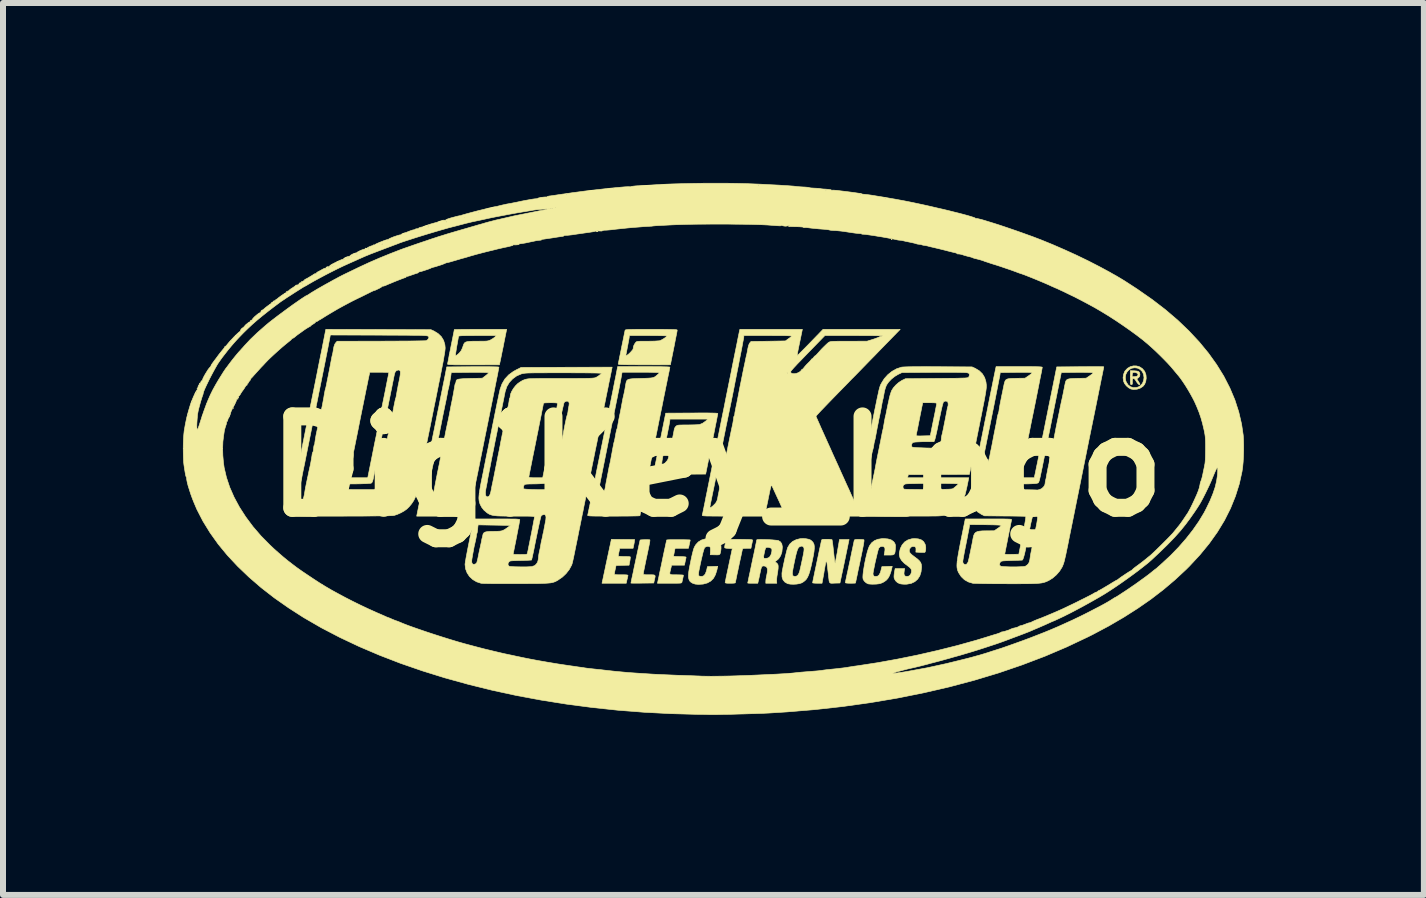
<source format=kicad_pcb>
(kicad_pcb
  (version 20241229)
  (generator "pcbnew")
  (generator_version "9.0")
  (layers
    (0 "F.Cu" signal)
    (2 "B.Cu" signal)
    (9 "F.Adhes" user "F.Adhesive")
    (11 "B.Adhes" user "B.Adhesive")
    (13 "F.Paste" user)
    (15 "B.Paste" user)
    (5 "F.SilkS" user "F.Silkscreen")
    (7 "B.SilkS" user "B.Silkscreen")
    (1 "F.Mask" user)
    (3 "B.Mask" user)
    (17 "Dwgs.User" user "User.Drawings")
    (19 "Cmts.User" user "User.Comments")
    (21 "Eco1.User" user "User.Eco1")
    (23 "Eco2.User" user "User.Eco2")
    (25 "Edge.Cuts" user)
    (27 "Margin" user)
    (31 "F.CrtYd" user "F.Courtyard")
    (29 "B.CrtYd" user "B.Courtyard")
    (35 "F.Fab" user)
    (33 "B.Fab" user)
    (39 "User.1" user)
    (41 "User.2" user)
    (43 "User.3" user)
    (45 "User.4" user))
  (footprint "DigiKey_Logo"
    (layer "F.Cu")
    (at 8.899 4.727)
    (property "Reference" "DigiKey_Logo" (at 0 0 0) (layer "F.SilkS") (effects (font (size 1.524 1.524) (thickness 0.3))))
    (attr through_hole)
    (fp_poly (pts (xy -8.053 -0.974) (xy -8.057 -0.969) (xy -8.062 -0.974) (xy -8.057 -0.978) (xy -8.053 -0.974)) (stroke (width 0.01) (type solid)) (fill yes) (layer "F.SilkS"))
    (fp_poly (pts (xy -7.168 -2.912) (xy -7.173 -2.907) (xy -7.178 -2.912) (xy -7.173 -2.916) (xy -7.168 -2.912)) (stroke (width 0.01) (type solid)) (fill yes) (layer "F.SilkS"))
    (fp_poly (pts (xy -1.983 -3.92) (xy -1.981 -3.916) (xy -1.994 -3.915) (xy -2.008 -3.916) (xy -2.006 -3.92) (xy -1.987 -3.921) (xy -1.983 -3.92)) (stroke (width 0.01) (type solid)) (fill yes) (layer "F.SilkS"))
    (fp_poly (pts (xy 2.923 -3.788) (xy 2.921 -3.782) (xy 2.916 -3.782) (xy 2.909 -3.785) (xy 2.91 -3.788) (xy 2.921 -3.789) (xy 2.923 -3.788)) (stroke (width 0.01) (type solid)) (fill yes) (layer "F.SilkS"))
    (fp_poly (pts (xy 2.406 1.217) (xy 2.436 1.219) (xy 2.453 1.222) (xy 2.454 1.222) (xy 2.456 1.23) (xy 2.455 1.25) (xy 2.45 1.282) (xy 2.442 1.329) (xy 2.43 1.39) (xy 2.414 1.468) (xy 2.394 1.562) (xy 2.39 1.584) (xy 2.373 1.663) (xy 2.357 1.736) (xy 2.344 1.801) (xy 2.332 1.857) (xy 2.323 1.9) (xy 2.317 1.929) (xy 2.314 1.943) (xy 2.314 1.943) (xy 2.306 1.945) (xy 2.282 1.946) (xy 2.248 1.947) (xy 2.23 1.947) (xy 2.187 1.946) (xy 2.158 1.943) (xy 2.145 1.939) (xy 2.145 1.938) (xy 2.147 1.925) (xy 2.152 1.898) (xy 2.16 1.861) (xy 2.168 1.822) (xy 2.175 1.789) (xy 2.186 1.741) (xy 2.198 1.683) (xy 2.212 1.618) (xy 2.227 1.549) (xy 2.241 1.48) (xy 2.255 1.413) (xy 2.268 1.352) (xy 2.279 1.3) (xy 2.287 1.261) (xy 2.291 1.241) (xy 2.295 1.229) (xy 2.302 1.221) (xy 2.316 1.218) (xy 2.342 1.216) (xy 2.37 1.216) (xy 2.406 1.217)) (stroke (width 0.01) (type solid)) (fill yes) (layer "F.SilkS"))
    (fp_poly (pts (xy 7 -1.676) (xy 7.051 -1.661) (xy 7.096 -1.632) (xy 7.132 -1.59) (xy 7.139 -1.577) (xy 7.157 -1.526) (xy 7.161 -1.471) (xy 7.153 -1.417) (xy 7.134 -1.369) (xy 7.106 -1.335) (xy 7.061 -1.306) (xy 7.008 -1.288) (xy 6.953 -1.283) (xy 6.906 -1.291) (xy 6.867 -1.312) (xy 6.829 -1.345) (xy 6.799 -1.384) (xy 6.783 -1.421) (xy 6.775 -1.479) (xy 6.776 -1.486) (xy 6.812 -1.486) (xy 6.819 -1.434) (xy 6.829 -1.406) (xy 6.859 -1.36) (xy 6.899 -1.329) (xy 6.946 -1.315) (xy 6.999 -1.317) (xy 7.032 -1.327) (xy 7.07 -1.351) (xy 7.099 -1.388) (xy 7.118 -1.435) (xy 7.124 -1.482) (xy 7.116 -1.537) (xy 7.094 -1.583) (xy 7.059 -1.618) (xy 7.014 -1.64) (xy 6.969 -1.646) (xy 6.919 -1.638) (xy 6.876 -1.614) (xy 6.843 -1.579) (xy 6.821 -1.535) (xy 6.812 -1.486) (xy 6.776 -1.486) (xy 6.783 -1.536) (xy 6.804 -1.587) (xy 6.809 -1.594) (xy 6.848 -1.636) (xy 6.896 -1.664) (xy 6.948 -1.677) (xy 7 -1.676)) (stroke (width 0.01) (type solid)) (fill yes) (layer "F.SilkS"))
    (fp_poly (pts (xy 6.963 -1.595) (xy 7.006 -1.591) (xy 7.034 -1.583) (xy 7.049 -1.566) (xy 7.055 -1.54) (xy 7.056 -1.528) (xy 7.049 -1.499) (xy 7.03 -1.479) (xy 7.004 -1.46) (xy 7.034 -1.412) (xy 7.05 -1.386) (xy 7.057 -1.371) (xy 7.054 -1.365) (xy 7.046 -1.364) (xy 7.029 -1.373) (xy 7.008 -1.399) (xy 6.997 -1.416) (xy 6.977 -1.447) (xy 6.962 -1.462) (xy 6.948 -1.466) (xy 6.947 -1.466) (xy 6.936 -1.461) (xy 6.931 -1.45) (xy 6.93 -1.427) (xy 6.93 -1.413) (xy 6.93 -1.384) (xy 6.927 -1.37) (xy 6.919 -1.364) (xy 6.914 -1.364) (xy 6.906 -1.365) (xy 6.901 -1.371) (xy 6.898 -1.385) (xy 6.896 -1.409) (xy 6.896 -1.447) (xy 6.896 -1.48) (xy 6.896 -1.495) (xy 6.926 -1.495) (xy 6.969 -1.498) (xy 7.003 -1.504) (xy 7.021 -1.517) (xy 7.022 -1.518) (xy 7.024 -1.536) (xy 7.011 -1.553) (xy 6.99 -1.565) (xy 6.963 -1.569) (xy 6.958 -1.569) (xy 6.94 -1.565) (xy 6.931 -1.554) (xy 6.928 -1.531) (xy 6.928 -1.531) (xy 6.926 -1.495) (xy 6.896 -1.495) (xy 6.896 -1.597) (xy 6.963 -1.595)) (stroke (width 0.01) (type solid)) (fill yes) (layer "F.SilkS"))
    (fp_poly (pts (xy -1.563 1.217) (xy -1.369 1.218) (xy -1.371 1.242) (xy -1.374 1.265) (xy -1.38 1.297) (xy -1.384 1.315) (xy -1.394 1.364) (xy -1.616 1.364) (xy -1.63 1.428) (xy -1.637 1.46) (xy -1.64 1.484) (xy -1.64 1.496) (xy -1.64 1.496) (xy -1.629 1.498) (xy -1.604 1.499) (xy -1.568 1.501) (xy -1.54 1.501) (xy -1.499 1.502) (xy -1.467 1.503) (xy -1.446 1.506) (xy -1.44 1.508) (xy -1.44 1.52) (xy -1.443 1.545) (xy -1.448 1.578) (xy -1.449 1.58) (xy -1.461 1.646) (xy -1.57 1.648) (xy -1.678 1.651) (xy -1.694 1.724) (xy -1.701 1.758) (xy -1.705 1.785) (xy -1.705 1.8) (xy -1.705 1.801) (xy -1.694 1.803) (xy -1.668 1.805) (xy -1.631 1.806) (xy -1.588 1.806) (xy -1.54 1.806) (xy -1.509 1.807) (xy -1.49 1.81) (xy -1.481 1.813) (xy -1.48 1.819) (xy -1.48 1.823) (xy -1.485 1.841) (xy -1.491 1.87) (xy -1.497 1.893) (xy -1.508 1.947) (xy -1.912 1.947) (xy -1.908 1.926) (xy -1.905 1.912) (xy -1.898 1.882) (xy -1.889 1.838) (xy -1.877 1.782) (xy -1.863 1.717) (xy -1.848 1.644) (xy -1.831 1.565) (xy -1.83 1.56) (xy -1.756 1.215) (xy -1.563 1.217)) (stroke (width 0.01) (type solid)) (fill yes) (layer "F.SilkS"))
    (fp_poly (pts (xy -1.144 1.221) (xy -1.122 1.222) (xy -1.114 1.224) (xy -1.114 1.236) (xy -1.117 1.263) (xy -1.124 1.299) (xy -1.133 1.343) (xy -1.133 1.343) (xy -1.155 1.448) (xy -1.174 1.537) (xy -1.189 1.61) (xy -1.201 1.668) (xy -1.21 1.713) (xy -1.217 1.746) (xy -1.221 1.769) (xy -1.223 1.783) (xy -1.223 1.787) (xy -1.222 1.796) (xy -1.216 1.801) (xy -1.202 1.804) (xy -1.177 1.806) (xy -1.137 1.806) (xy -1.124 1.806) (xy -1.078 1.806) (xy -1.048 1.808) (xy -1.032 1.814) (xy -1.026 1.828) (xy -1.029 1.851) (xy -1.037 1.886) (xy -1.038 1.891) (xy -1.05 1.943) (xy -1.24 1.945) (xy -1.298 1.946) (xy -1.348 1.946) (xy -1.389 1.946) (xy -1.417 1.945) (xy -1.429 1.944) (xy -1.43 1.944) (xy -1.428 1.934) (xy -1.423 1.908) (xy -1.415 1.868) (xy -1.404 1.817) (xy -1.391 1.758) (xy -1.378 1.693) (xy -1.363 1.624) (xy -1.348 1.553) (xy -1.333 1.484) (xy -1.319 1.418) (xy -1.306 1.359) (xy -1.295 1.307) (xy -1.286 1.267) (xy -1.28 1.239) (xy -1.277 1.227) (xy -1.277 1.227) (xy -1.266 1.224) (xy -1.241 1.222) (xy -1.209 1.221) (xy -1.175 1.22) (xy -1.144 1.221)) (stroke (width 0.01) (type solid)) (fill yes) (layer "F.SilkS"))
    (fp_poly (pts (xy 0.388 1.215) (xy 0.457 1.216) (xy 0.51 1.217) (xy 0.548 1.218) (xy 0.574 1.22) (xy 0.589 1.222) (xy 0.597 1.226) (xy 0.599 1.23) (xy 0.598 1.232) (xy 0.595 1.248) (xy 0.589 1.277) (xy 0.583 1.305) (xy 0.571 1.364) (xy 0.502 1.364) (xy 0.466 1.365) (xy 0.445 1.367) (xy 0.434 1.372) (xy 0.429 1.381) (xy 0.428 1.385) (xy 0.423 1.407) (xy 0.416 1.441) (xy 0.406 1.487) (xy 0.394 1.542) (xy 0.381 1.601) (xy 0.368 1.663) (xy 0.355 1.725) (xy 0.342 1.784) (xy 0.331 1.838) (xy 0.322 1.883) (xy 0.315 1.916) (xy 0.311 1.936) (xy 0.31 1.94) (xy 0.302 1.943) (xy 0.278 1.946) (xy 0.245 1.947) (xy 0.226 1.947) (xy 0.182 1.947) (xy 0.155 1.944) (xy 0.143 1.939) (xy 0.141 1.936) (xy 0.143 1.924) (xy 0.149 1.896) (xy 0.157 1.854) (xy 0.168 1.801) (xy 0.181 1.74) (xy 0.196 1.671) (xy 0.201 1.646) (xy 0.26 1.369) (xy 0.196 1.366) (xy 0.158 1.363) (xy 0.137 1.358) (xy 0.132 1.351) (xy 0.134 1.328) (xy 0.14 1.298) (xy 0.147 1.266) (xy 0.155 1.239) (xy 0.162 1.222) (xy 0.164 1.22) (xy 0.176 1.218) (xy 0.204 1.217) (xy 0.245 1.216) (xy 0.297 1.215) (xy 0.356 1.215) (xy 0.388 1.215)) (stroke (width 0.01) (type solid)) (fill yes) (layer "F.SilkS"))
    (fp_poly (pts (xy -0.073 1.204) (xy -0.014 1.218) (xy 0.03 1.242) (xy 0.058 1.276) (xy 0.071 1.322) (xy 0.072 1.369) (xy 0.068 1.404) (xy 0.062 1.435) (xy 0.058 1.45) (xy 0.052 1.462) (xy 0.044 1.469) (xy 0.029 1.473) (xy 0.004 1.474) (xy -0.03 1.473) (xy -0.108 1.472) (xy -0.105 1.41) (xy -0.104 1.375) (xy -0.106 1.355) (xy -0.112 1.343) (xy -0.121 1.336) (xy -0.15 1.33) (xy -0.181 1.339) (xy -0.202 1.354) (xy -0.208 1.368) (xy -0.218 1.398) (xy -0.23 1.44) (xy -0.242 1.491) (xy -0.255 1.544) (xy -0.272 1.622) (xy -0.285 1.685) (xy -0.295 1.732) (xy -0.301 1.768) (xy -0.303 1.793) (xy -0.303 1.809) (xy -0.299 1.82) (xy -0.293 1.826) (xy -0.284 1.829) (xy -0.277 1.831) (xy -0.242 1.833) (xy -0.213 1.82) (xy -0.19 1.791) (xy -0.172 1.744) (xy -0.165 1.717) (xy -0.155 1.67) (xy 0.017 1.664) (xy 0.003 1.728) (xy -0.021 1.804) (xy -0.054 1.865) (xy -0.099 1.91) (xy -0.156 1.942) (xy -0.226 1.961) (xy -0.304 1.966) (xy -0.359 1.961) (xy -0.403 1.946) (xy -0.429 1.93) (xy -0.449 1.911) (xy -0.462 1.885) (xy -0.47 1.853) (xy -0.471 1.81) (xy -0.466 1.756) (xy -0.455 1.689) (xy -0.438 1.605) (xy -0.434 1.585) (xy -0.419 1.513) (xy -0.406 1.457) (xy -0.395 1.414) (xy -0.386 1.381) (xy -0.377 1.356) (xy -0.367 1.335) (xy -0.356 1.316) (xy -0.346 1.301) (xy -0.306 1.258) (xy -0.253 1.226) (xy -0.19 1.207) (xy -0.12 1.201) (xy -0.073 1.204)) (stroke (width 0.01) (type solid)) (fill yes) (layer "F.SilkS"))
    (fp_poly (pts (xy 1.873 1.214) (xy 1.903 1.217) (xy 1.92 1.22) (xy 1.923 1.222) (xy 1.925 1.233) (xy 1.929 1.26) (xy 1.935 1.3) (xy 1.941 1.351) (xy 1.947 1.408) (xy 1.949 1.424) (xy 1.955 1.481) (xy 1.961 1.532) (xy 1.966 1.572) (xy 1.971 1.6) (xy 1.974 1.613) (xy 1.974 1.613) (xy 1.977 1.603) (xy 1.982 1.577) (xy 1.99 1.538) (xy 1.999 1.489) (xy 2.01 1.433) (xy 2.013 1.414) (xy 2.047 1.218) (xy 2.207 1.218) (xy 2.167 1.411) (xy 2.152 1.484) (xy 2.135 1.565) (xy 2.118 1.647) (xy 2.102 1.723) (xy 2.091 1.773) (xy 2.055 1.943) (xy 1.969 1.945) (xy 1.933 1.947) (xy 1.907 1.947) (xy 1.891 1.942) (xy 1.881 1.931) (xy 1.874 1.909) (xy 1.87 1.875) (xy 1.864 1.825) (xy 1.864 1.82) (xy 1.854 1.736) (xy 1.846 1.67) (xy 1.84 1.621) (xy 1.835 1.591) (xy 1.83 1.577) (xy 1.825 1.58) (xy 1.819 1.6) (xy 1.811 1.636) (xy 1.802 1.687) (xy 1.79 1.754) (xy 1.788 1.771) (xy 1.756 1.947) (xy 1.678 1.947) (xy 1.642 1.946) (xy 1.615 1.944) (xy 1.6 1.941) (xy 1.599 1.939) (xy 1.601 1.927) (xy 1.606 1.901) (xy 1.613 1.865) (xy 1.619 1.838) (xy 1.631 1.779) (xy 1.645 1.713) (xy 1.66 1.643) (xy 1.675 1.571) (xy 1.69 1.5) (xy 1.704 1.433) (xy 1.717 1.371) (xy 1.729 1.318) (xy 1.738 1.275) (xy 1.744 1.247) (xy 1.747 1.235) (xy 1.75 1.225) (xy 1.758 1.218) (xy 1.773 1.215) (xy 1.801 1.214) (xy 1.835 1.214) (xy 1.873 1.214)) (stroke (width 0.01) (type solid)) (fill yes) (layer "F.SilkS"))
    (fp_poly (pts (xy 3.359 1.207) (xy 3.41 1.223) (xy 3.448 1.251) (xy 3.473 1.293) (xy 3.48 1.314) (xy 3.485 1.346) (xy 3.485 1.379) (xy 3.481 1.408) (xy 3.473 1.428) (xy 3.468 1.432) (xy 3.454 1.433) (xy 3.426 1.433) (xy 3.392 1.432) (xy 3.389 1.432) (xy 3.32 1.428) (xy 3.322 1.399) (xy 3.322 1.368) (xy 3.319 1.351) (xy 3.309 1.341) (xy 3.297 1.336) (xy 3.266 1.333) (xy 3.238 1.346) (xy 3.217 1.374) (xy 3.216 1.376) (xy 3.21 1.401) (xy 3.213 1.424) (xy 3.228 1.448) (xy 3.257 1.475) (xy 3.3 1.508) (xy 3.347 1.543) (xy 3.379 1.573) (xy 3.4 1.601) (xy 3.411 1.631) (xy 3.415 1.667) (xy 3.415 1.68) (xy 3.407 1.757) (xy 3.386 1.824) (xy 3.35 1.879) (xy 3.302 1.921) (xy 3.243 1.949) (xy 3.173 1.962) (xy 3.161 1.963) (xy 3.121 1.963) (xy 3.083 1.96) (xy 3.055 1.955) (xy 3.055 1.955) (xy 3.015 1.937) (xy 2.983 1.907) (xy 2.962 1.871) (xy 2.958 1.858) (xy 2.956 1.831) (xy 2.959 1.794) (xy 2.963 1.764) (xy 2.975 1.703) (xy 3.134 1.703) (xy 3.127 1.738) (xy 3.122 1.782) (xy 3.127 1.812) (xy 3.144 1.829) (xy 3.173 1.834) (xy 3.175 1.834) (xy 3.208 1.826) (xy 3.232 1.802) (xy 3.245 1.769) (xy 3.249 1.735) (xy 3.239 1.706) (xy 3.212 1.678) (xy 3.192 1.663) (xy 3.129 1.615) (xy 3.084 1.569) (xy 3.056 1.523) (xy 3.044 1.476) (xy 3.044 1.442) (xy 3.061 1.369) (xy 3.091 1.308) (xy 3.133 1.259) (xy 3.187 1.225) (xy 3.251 1.206) (xy 3.294 1.202) (xy 3.359 1.207)) (stroke (width 0.01) (type solid)) (fill yes) (layer "F.SilkS"))
    (fp_poly (pts (xy 2.854 1.208) (xy 2.908 1.224) (xy 2.948 1.252) (xy 2.964 1.272) (xy 2.974 1.292) (xy 2.98 1.313) (xy 2.98 1.342) (xy 2.979 1.37) (xy 2.975 1.416) (xy 2.969 1.447) (xy 2.956 1.465) (xy 2.935 1.474) (xy 2.902 1.477) (xy 2.873 1.477) (xy 2.792 1.477) (xy 2.799 1.437) (xy 2.803 1.411) (xy 2.805 1.395) (xy 2.805 1.383) (xy 2.805 1.367) (xy 2.796 1.346) (xy 2.776 1.334) (xy 2.751 1.332) (xy 2.725 1.34) (xy 2.704 1.359) (xy 2.703 1.36) (xy 2.697 1.376) (xy 2.688 1.406) (xy 2.677 1.449) (xy 2.665 1.499) (xy 2.652 1.555) (xy 2.639 1.611) (xy 2.628 1.666) (xy 2.618 1.716) (xy 2.61 1.757) (xy 2.606 1.785) (xy 2.606 1.793) (xy 2.611 1.818) (xy 2.627 1.831) (xy 2.657 1.834) (xy 2.657 1.834) (xy 2.687 1.827) (xy 2.71 1.805) (xy 2.729 1.766) (xy 2.738 1.735) (xy 2.754 1.67) (xy 2.84 1.667) (xy 2.926 1.664) (xy 2.921 1.691) (xy 2.902 1.764) (xy 2.88 1.822) (xy 2.854 1.867) (xy 2.822 1.901) (xy 2.781 1.928) (xy 2.77 1.934) (xy 2.737 1.948) (xy 2.704 1.956) (xy 2.663 1.961) (xy 2.636 1.962) (xy 2.595 1.963) (xy 2.557 1.961) (xy 2.53 1.958) (xy 2.525 1.957) (xy 2.492 1.94) (xy 2.463 1.914) (xy 2.443 1.884) (xy 2.44 1.874) (xy 2.437 1.846) (xy 2.439 1.804) (xy 2.445 1.749) (xy 2.455 1.687) (xy 2.466 1.621) (xy 2.48 1.553) (xy 2.495 1.487) (xy 2.51 1.427) (xy 2.526 1.376) (xy 2.541 1.337) (xy 2.546 1.325) (xy 2.582 1.274) (xy 2.628 1.238) (xy 2.685 1.214) (xy 2.755 1.203) (xy 2.785 1.202) (xy 2.854 1.208)) (stroke (width 0.01) (type solid)) (fill yes) (layer "F.SilkS"))
    (fp_poly (pts (xy -0.611 1.221) (xy -0.56 1.221) (xy -0.515 1.222) (xy -0.478 1.223) (xy -0.452 1.224) (xy -0.442 1.226) (xy -0.442 1.226) (xy -0.444 1.239) (xy -0.449 1.263) (xy -0.451 1.273) (xy -0.458 1.305) (xy -0.464 1.333) (xy -0.465 1.338) (xy -0.471 1.364) (xy -0.694 1.364) (xy -0.706 1.423) (xy -0.712 1.455) (xy -0.717 1.479) (xy -0.719 1.49) (xy -0.718 1.495) (xy -0.712 1.497) (xy -0.699 1.5) (xy -0.675 1.501) (xy -0.639 1.502) (xy -0.59 1.503) (xy -0.55 1.505) (xy -0.526 1.507) (xy -0.514 1.51) (xy -0.511 1.517) (xy -0.511 1.522) (xy -0.516 1.54) (xy -0.522 1.569) (xy -0.527 1.592) (xy -0.538 1.646) (xy -0.752 1.646) (xy -0.758 1.672) (xy -0.765 1.7) (xy -0.772 1.731) (xy -0.772 1.731) (xy -0.78 1.762) (xy -0.782 1.782) (xy -0.777 1.796) (xy -0.762 1.803) (xy -0.734 1.806) (xy -0.691 1.806) (xy -0.668 1.806) (xy -0.624 1.807) (xy -0.589 1.808) (xy -0.564 1.81) (xy -0.555 1.813) (xy -0.555 1.813) (xy -0.557 1.827) (xy -0.563 1.856) (xy -0.572 1.896) (xy -0.579 1.926) (xy -0.581 1.933) (xy -0.585 1.938) (xy -0.593 1.942) (xy -0.608 1.945) (xy -0.632 1.946) (xy -0.668 1.947) (xy -0.718 1.947) (xy -0.784 1.947) (xy -0.988 1.947) (xy -0.983 1.926) (xy -0.98 1.912) (xy -0.974 1.882) (xy -0.964 1.838) (xy -0.953 1.782) (xy -0.939 1.717) (xy -0.923 1.644) (xy -0.907 1.566) (xy -0.891 1.489) (xy -0.876 1.418) (xy -0.862 1.355) (xy -0.851 1.303) (xy -0.842 1.262) (xy -0.836 1.235) (xy -0.833 1.225) (xy -0.833 1.225) (xy -0.823 1.224) (xy -0.797 1.222) (xy -0.76 1.221) (xy -0.714 1.221) (xy -0.663 1.221) (xy -0.611 1.221)) (stroke (width 0.01) (type solid)) (fill yes) (layer "F.SilkS"))
    (fp_poly (pts (xy 1.49 1.205) (xy 1.535 1.214) (xy 1.568 1.228) (xy 1.57 1.23) (xy 1.593 1.25) (xy 1.61 1.272) (xy 1.622 1.298) (xy 1.627 1.33) (xy 1.627 1.371) (xy 1.622 1.423) (xy 1.611 1.488) (xy 1.595 1.568) (xy 1.59 1.591) (xy 1.571 1.676) (xy 1.553 1.745) (xy 1.536 1.799) (xy 1.517 1.842) (xy 1.497 1.876) (xy 1.473 1.902) (xy 1.445 1.924) (xy 1.416 1.941) (xy 1.379 1.953) (xy 1.332 1.961) (xy 1.279 1.964) (xy 1.229 1.962) (xy 1.188 1.955) (xy 1.181 1.953) (xy 1.136 1.927) (xy 1.105 1.89) (xy 1.089 1.842) (xy 1.088 1.782) (xy 1.088 1.779) (xy 1.262 1.779) (xy 1.262 1.801) (xy 1.266 1.815) (xy 1.272 1.823) (xy 1.293 1.833) (xy 1.32 1.832) (xy 1.344 1.821) (xy 1.347 1.818) (xy 1.358 1.804) (xy 1.367 1.789) (xy 1.376 1.768) (xy 1.385 1.74) (xy 1.394 1.701) (xy 1.406 1.649) (xy 1.42 1.584) (xy 1.435 1.514) (xy 1.446 1.46) (xy 1.453 1.42) (xy 1.456 1.39) (xy 1.456 1.37) (xy 1.453 1.356) (xy 1.448 1.346) (xy 1.443 1.341) (xy 1.429 1.329) (xy 1.414 1.328) (xy 1.39 1.335) (xy 1.389 1.335) (xy 1.375 1.343) (xy 1.362 1.356) (xy 1.351 1.376) (xy 1.34 1.405) (xy 1.328 1.447) (xy 1.314 1.502) (xy 1.299 1.573) (xy 1.298 1.577) (xy 1.283 1.649) (xy 1.272 1.706) (xy 1.265 1.748) (xy 1.262 1.779) (xy 1.088 1.779) (xy 1.091 1.757) (xy 1.1 1.708) (xy 1.111 1.651) (xy 1.124 1.591) (xy 1.137 1.53) (xy 1.151 1.473) (xy 1.163 1.423) (xy 1.174 1.382) (xy 1.182 1.356) (xy 1.184 1.351) (xy 1.219 1.293) (xy 1.266 1.25) (xy 1.326 1.22) (xy 1.39 1.204) (xy 1.44 1.201) (xy 1.49 1.205)) (stroke (width 0.01) (type solid)) (fill yes) (layer "F.SilkS"))
    (fp_poly (pts (xy -3.548 -2.058) (xy -3.561 -1.99) (xy -3.575 -1.925) (xy -3.587 -1.865) (xy -3.597 -1.815) (xy -3.605 -1.777) (xy -3.608 -1.762) (xy -3.623 -1.695) (xy -4.055 -1.694) (xy -4.159 -1.694) (xy -4.245 -1.694) (xy -4.316 -1.695) (xy -4.372 -1.695) (xy -4.415 -1.697) (xy -4.447 -1.698) (xy -4.468 -1.7) (xy -4.481 -1.702) (xy -4.487 -1.705) (xy -4.487 -1.706) (xy -4.486 -1.718) (xy -4.48 -1.747) (xy -4.472 -1.788) (xy -4.462 -1.842) (xy -4.459 -1.86) (xy -4.356 -1.86) (xy -4.351 -1.849) (xy -4.337 -1.854) (xy -4.312 -1.873) (xy -4.287 -1.897) (xy -4.259 -1.933) (xy -4.238 -1.979) (xy -4.233 -1.994) (xy -4.223 -2.024) (xy -4.213 -2.047) (xy -4.2 -2.064) (xy -4.181 -2.075) (xy -4.153 -2.082) (xy -4.116 -2.086) (xy -4.064 -2.088) (xy -3.997 -2.088) (xy -3.986 -2.088) (xy -3.924 -2.089) (xy -3.878 -2.089) (xy -3.845 -2.09) (xy -3.82 -2.093) (xy -3.801 -2.097) (xy -3.785 -2.103) (xy -3.768 -2.111) (xy -3.765 -2.113) (xy -3.734 -2.131) (xy -3.707 -2.15) (xy -3.696 -2.16) (xy -3.675 -2.183) (xy -3.987 -2.183) (xy -4.077 -2.182) (xy -4.149 -2.182) (xy -4.205 -2.181) (xy -4.247 -2.18) (xy -4.276 -2.178) (xy -4.294 -2.175) (xy -4.302 -2.172) (xy -4.303 -2.171) (xy -4.307 -2.154) (xy -4.312 -2.124) (xy -4.319 -2.084) (xy -4.327 -2.038) (xy -4.336 -1.99) (xy -4.343 -1.944) (xy -4.349 -1.905) (xy -4.354 -1.875) (xy -4.356 -1.86) (xy -4.356 -1.86) (xy -4.459 -1.86) (xy -4.45 -1.904) (xy -4.436 -1.972) (xy -4.431 -1.998) (xy -4.417 -2.068) (xy -4.404 -2.132) (xy -4.393 -2.187) (xy -4.384 -2.232) (xy -4.378 -2.264) (xy -4.375 -2.28) (xy -4.374 -2.282) (xy -4.365 -2.283) (xy -4.339 -2.283) (xy -4.298 -2.284) (xy -4.244 -2.285) (xy -4.178 -2.285) (xy -4.102 -2.286) (xy -4.019 -2.286) (xy -3.938 -2.286) (xy -3.502 -2.286) (xy -3.548 -2.058)) (stroke (width 0.01) (type solid)) (fill yes) (layer "F.SilkS"))
    (fp_poly (pts (xy 0.781 1.218) (xy 0.83 1.219) (xy 0.881 1.221) (xy 0.929 1.224) (xy 0.972 1.228) (xy 1.006 1.231) (xy 1.027 1.235) (xy 1.03 1.236) (xy 1.064 1.258) (xy 1.085 1.29) (xy 1.094 1.335) (xy 1.094 1.353) (xy 1.087 1.426) (xy 1.066 1.488) (xy 1.033 1.538) (xy 1 1.567) (xy 0.97 1.587) (xy 0.998 1.608) (xy 1.012 1.622) (xy 1.022 1.64) (xy 1.025 1.665) (xy 1.024 1.701) (xy 1.018 1.749) (xy 1.011 1.792) (xy 1.004 1.835) (xy 1 1.874) (xy 0.999 1.905) (xy 0.999 1.912) (xy 1.002 1.947) (xy 0.818 1.947) (xy 0.819 1.912) (xy 0.821 1.883) (xy 0.827 1.846) (xy 0.833 1.82) (xy 0.844 1.762) (xy 0.847 1.718) (xy 0.839 1.688) (xy 0.822 1.669) (xy 0.798 1.66) (xy 0.773 1.658) (xy 0.755 1.666) (xy 0.744 1.687) (xy 0.734 1.723) (xy 0.734 1.724) (xy 0.726 1.762) (xy 0.716 1.809) (xy 0.706 1.856) (xy 0.704 1.865) (xy 0.685 1.947) (xy 0.601 1.947) (xy 0.564 1.947) (xy 0.535 1.946) (xy 0.519 1.944) (xy 0.517 1.943) (xy 0.519 1.933) (xy 0.525 1.907) (xy 0.533 1.866) (xy 0.544 1.813) (xy 0.558 1.75) (xy 0.573 1.678) (xy 0.589 1.6) (xy 0.593 1.584) (xy 0.609 1.505) (xy 0.611 1.5) (xy 0.782 1.5) (xy 0.782 1.519) (xy 0.788 1.529) (xy 0.8 1.533) (xy 0.808 1.533) (xy 0.838 1.53) (xy 0.86 1.524) (xy 0.885 1.505) (xy 0.905 1.471) (xy 0.918 1.423) (xy 0.919 1.417) (xy 0.921 1.39) (xy 0.917 1.374) (xy 0.904 1.362) (xy 0.9 1.36) (xy 0.871 1.349) (xy 0.845 1.347) (xy 0.829 1.349) (xy 0.819 1.355) (xy 0.812 1.369) (xy 0.804 1.394) (xy 0.798 1.421) (xy 0.788 1.468) (xy 0.782 1.5) (xy 0.611 1.5) (xy 0.625 1.432) (xy 0.639 1.366) (xy 0.65 1.311) (xy 0.659 1.267) (xy 0.665 1.237) (xy 0.668 1.223) (xy 0.668 1.223) (xy 0.677 1.22) (xy 0.701 1.218) (xy 0.737 1.217) (xy 0.781 1.218)) (stroke (width 0.01) (type solid)) (fill yes) (layer "F.SilkS"))
    (fp_poly (pts (xy -0.15 -0.892) (xy -0.093 -0.891) (xy -0.049 -0.89) (xy -0.018 -0.889) (xy 0.003 -0.887) (xy 0.015 -0.885) (xy 0.018 -0.882) (xy 0.018 -0.882) (xy 0.017 -0.871) (xy 0.011 -0.843) (xy 0.003 -0.8) (xy -0.008 -0.744) (xy -0.022 -0.676) (xy -0.037 -0.599) (xy -0.054 -0.513) (xy -0.073 -0.421) (xy -0.083 -0.372) (xy -0.184 0.127) (xy -0.619 0.129) (xy -0.724 0.13) (xy -0.812 0.13) (xy -0.884 0.13) (xy -0.942 0.129) (xy -0.985 0.128) (xy -1.017 0.127) (xy -1.038 0.125) (xy -1.05 0.123) (xy -1.053 0.12) (xy -1.053 0.12) (xy -1.051 0.109) (xy -1.046 0.081) (xy -1.038 0.038) (xy -1.026 -0.018) (xy -1.023 -0.037) (xy -0.916 -0.037) (xy -0.914 -0.024) (xy -0.907 -0.02) (xy -0.897 -0.025) (xy -0.883 -0.036) (xy -0.866 -0.053) (xy -0.856 -0.064) (xy -0.83 -0.092) (xy -0.814 -0.117) (xy -0.804 -0.147) (xy -0.801 -0.165) (xy -0.793 -0.202) (xy -0.785 -0.237) (xy -0.781 -0.255) (xy -0.774 -0.286) (xy -0.771 -0.316) (xy -0.771 -0.317) (xy -0.769 -0.339) (xy -0.765 -0.352) (xy -0.759 -0.365) (xy -0.755 -0.384) (xy -0.751 -0.407) (xy -0.744 -0.44) (xy -0.739 -0.461) (xy -0.731 -0.498) (xy -0.722 -0.544) (xy -0.715 -0.58) (xy -0.707 -0.622) (xy -0.696 -0.65) (xy -0.681 -0.669) (xy -0.681 -0.669) (xy -0.671 -0.677) (xy -0.662 -0.683) (xy -0.648 -0.687) (xy -0.627 -0.69) (xy -0.597 -0.691) (xy -0.554 -0.692) (xy -0.496 -0.692) (xy -0.486 -0.692) (xy -0.429 -0.693) (xy -0.376 -0.694) (xy -0.331 -0.696) (xy -0.298 -0.699) (xy -0.282 -0.701) (xy -0.235 -0.72) (xy -0.183 -0.757) (xy -0.169 -0.769) (xy -0.146 -0.79) (xy -0.781 -0.79) (xy -0.781 -0.769) (xy -0.783 -0.755) (xy -0.788 -0.725) (xy -0.796 -0.681) (xy -0.807 -0.625) (xy -0.82 -0.559) (xy -0.835 -0.485) (xy -0.851 -0.405) (xy -0.855 -0.383) (xy -0.874 -0.287) (xy -0.89 -0.208) (xy -0.902 -0.145) (xy -0.911 -0.096) (xy -0.915 -0.06) (xy -0.916 -0.037) (xy -1.023 -0.037) (xy -1.013 -0.086) (xy -0.997 -0.163) (xy -0.98 -0.249) (xy -0.962 -0.34) (xy -0.951 -0.39) (xy -0.85 -0.889) (xy -0.416 -0.891) (xy -0.31 -0.892) (xy -0.222 -0.892) (xy -0.15 -0.892)) (stroke (width 0.01) (type solid)) (fill yes) (layer "F.SilkS"))
    (fp_poly (pts (xy -0.986 -2.286) (xy -0.899 -2.286) (xy -0.828 -2.285) (xy -0.771 -2.284) (xy -0.728 -2.283) (xy -0.696 -2.282) (xy -0.675 -2.28) (xy -0.663 -2.277) (xy -0.659 -2.274) (xy -0.659 -2.274) (xy -0.66 -2.262) (xy -0.665 -2.234) (xy -0.673 -2.192) (xy -0.684 -2.139) (xy -0.696 -2.077) (xy -0.709 -2.008) (xy -0.715 -1.98) (xy -0.729 -1.91) (xy -0.742 -1.846) (xy -0.753 -1.791) (xy -0.762 -1.746) (xy -0.768 -1.714) (xy -0.771 -1.698) (xy -0.771 -1.696) (xy -0.781 -1.696) (xy -0.807 -1.695) (xy -0.848 -1.695) (xy -0.902 -1.695) (xy -0.968 -1.694) (xy -1.044 -1.694) (xy -1.127 -1.695) (xy -1.209 -1.695) (xy -1.312 -1.695) (xy -1.397 -1.696) (xy -1.466 -1.696) (xy -1.522 -1.697) (xy -1.564 -1.698) (xy -1.596 -1.699) (xy -1.618 -1.701) (xy -1.632 -1.703) (xy -1.64 -1.706) (xy -1.642 -1.709) (xy -1.642 -1.711) (xy -1.639 -1.724) (xy -1.633 -1.753) (xy -1.624 -1.795) (xy -1.614 -1.848) (xy -1.613 -1.85) (xy -1.515 -1.85) (xy -1.508 -1.848) (xy -1.493 -1.856) (xy -1.472 -1.871) (xy -1.45 -1.891) (xy -1.437 -1.904) (xy -1.414 -1.93) (xy -1.4 -1.947) (xy -1.394 -1.959) (xy -1.392 -1.971) (xy -1.392 -1.975) (xy -1.386 -2.007) (xy -1.369 -2.042) (xy -1.351 -2.067) (xy -1.344 -2.075) (xy -1.336 -2.08) (xy -1.323 -2.084) (xy -1.304 -2.086) (xy -1.275 -2.088) (xy -1.233 -2.088) (xy -1.177 -2.088) (xy -1.151 -2.088) (xy -1.09 -2.089) (xy -1.036 -2.09) (xy -0.991 -2.093) (xy -0.959 -2.095) (xy -0.944 -2.098) (xy -0.922 -2.109) (xy -0.894 -2.124) (xy -0.867 -2.142) (xy -0.844 -2.159) (xy -0.83 -2.172) (xy -0.828 -2.175) (xy -0.837 -2.177) (xy -0.863 -2.179) (xy -0.903 -2.18) (xy -0.955 -2.181) (xy -1.018 -2.182) (xy -1.088 -2.182) (xy -1.143 -2.183) (xy -1.458 -2.183) (xy -1.458 -2.161) (xy -1.46 -2.145) (xy -1.465 -2.114) (xy -1.473 -2.072) (xy -1.482 -2.023) (xy -1.487 -1.999) (xy -1.496 -1.95) (xy -1.504 -1.907) (xy -1.511 -1.874) (xy -1.514 -1.854) (xy -1.515 -1.85) (xy -1.613 -1.85) (xy -1.601 -1.91) (xy -1.587 -1.978) (xy -1.585 -1.99) (xy -1.571 -2.058) (xy -1.558 -2.121) (xy -1.547 -2.176) (xy -1.538 -2.221) (xy -1.531 -2.253) (xy -1.528 -2.269) (xy -1.527 -2.27) (xy -1.525 -2.273) (xy -1.52 -2.277) (xy -1.511 -2.279) (xy -1.496 -2.281) (xy -1.472 -2.283) (xy -1.44 -2.284) (xy -1.397 -2.285) (xy -1.341 -2.286) (xy -1.271 -2.286) (xy -1.186 -2.286) (xy -1.091 -2.286) (xy -0.986 -2.286)) (stroke (width 0.01) (type solid)) (fill yes) (layer "F.SilkS"))
    (fp_poly (pts (xy -3.791 -1.663) (xy -3.732 -1.662) (xy -3.687 -1.661) (xy -3.656 -1.66) (xy -3.638 -1.658) (xy -3.631 -1.655) (xy -3.631 -1.655) (xy -3.633 -1.642) (xy -3.638 -1.615) (xy -3.646 -1.575) (xy -3.655 -1.525) (xy -3.667 -1.469) (xy -3.669 -1.459) (xy -3.713 -1.238) (xy -3.756 -1.025) (xy -3.797 -0.822) (xy -3.836 -0.629) (xy -3.873 -0.448) (xy -3.907 -0.277) (xy -3.939 -0.119) (xy -3.968 0.026) (xy -3.995 0.158) (xy -4.019 0.275) (xy -4.039 0.377) (xy -4.057 0.464) (xy -4.071 0.534) (xy -4.081 0.587) (xy -4.088 0.621) (xy -4.099 0.676) (xy -4.109 0.725) (xy -4.117 0.766) (xy -4.123 0.795) (xy -4.125 0.807) (xy -4.13 0.828) (xy -5.002 0.828) (xy -4.973 0.683) (xy -4.87 0.683) (xy -4.86 0.686) (xy -4.84 0.674) (xy -4.811 0.649) (xy -4.804 0.643) (xy -4.774 0.607) (xy -4.757 0.576) (xy -4.755 0.568) (xy -4.748 0.546) (xy -4.741 0.536) (xy -4.74 0.536) (xy -4.735 0.531) (xy -4.736 0.528) (xy -4.737 0.515) (xy -4.733 0.492) (xy -4.732 0.488) (xy -4.726 0.464) (xy -4.718 0.428) (xy -4.71 0.387) (xy -4.708 0.376) (xy -4.7 0.333) (xy -4.692 0.292) (xy -4.686 0.259) (xy -4.685 0.254) (xy -4.678 0.219) (xy -4.67 0.178) (xy -4.666 0.16) (xy -4.66 0.127) (xy -4.651 0.083) (xy -4.641 0.036) (xy -4.638 0.019) (xy -4.627 -0.032) (xy -4.616 -0.088) (xy -4.607 -0.138) (xy -4.605 -0.148) (xy -4.599 -0.185) (xy -4.593 -0.214) (xy -4.588 -0.231) (xy -4.587 -0.233) (xy -4.584 -0.246) (xy -4.58 -0.27) (xy -4.577 -0.292) (xy -4.572 -0.322) (xy -4.566 -0.345) (xy -4.562 -0.352) (xy -4.555 -0.368) (xy -4.553 -0.381) (xy -4.551 -0.397) (xy -4.546 -0.428) (xy -4.539 -0.471) (xy -4.529 -0.521) (xy -4.519 -0.576) (xy -4.507 -0.631) (xy -4.496 -0.684) (xy -4.486 -0.731) (xy -4.482 -0.748) (xy -4.473 -0.79) (xy -4.465 -0.829) (xy -4.456 -0.873) (xy -4.446 -0.928) (xy -4.445 -0.931) (xy -4.441 -0.951) (xy -4.435 -0.986) (xy -4.426 -1.032) (xy -4.415 -1.084) (xy -4.407 -1.124) (xy -4.396 -1.181) (xy -4.386 -1.235) (xy -4.378 -1.282) (xy -4.371 -1.318) (xy -4.369 -1.334) (xy -4.364 -1.363) (xy -4.358 -1.383) (xy -4.354 -1.388) (xy -4.348 -1.401) (xy -4.346 -1.414) (xy -4.344 -1.429) (xy -4.338 -1.44) (xy -4.324 -1.449) (xy -4.301 -1.456) (xy -4.267 -1.46) (xy -4.22 -1.464) (xy -4.157 -1.466) (xy -4.106 -1.468) (xy -3.907 -1.472) (xy -3.853 -1.513) (xy -3.825 -1.536) (xy -3.809 -1.553) (xy -3.807 -1.563) (xy -3.819 -1.565) (xy -3.847 -1.567) (xy -3.89 -1.568) (xy -3.945 -1.569) (xy -4.012 -1.569) (xy -4.087 -1.569) (xy -4.121 -1.569) (xy -4.426 -1.566) (xy -4.432 -1.519) (xy -4.436 -1.489) (xy -4.443 -1.451) (xy -4.45 -1.409) (xy -4.458 -1.369) (xy -4.465 -1.334) (xy -4.47 -1.308) (xy -4.473 -1.298) (xy -4.477 -1.286) (xy -4.482 -1.262) (xy -4.487 -1.236) (xy -4.492 -1.208) (xy -4.5 -1.166) (xy -4.51 -1.115) (xy -4.522 -1.058) (xy -4.53 -1.021) (xy -4.542 -0.962) (xy -4.554 -0.904) (xy -4.565 -0.851) (xy -4.574 -0.809) (xy -4.577 -0.79) (xy -4.585 -0.749) (xy -4.593 -0.708) (xy -4.599 -0.677) (xy -4.606 -0.644) (xy -4.612 -0.614) (xy -4.613 -0.607) (xy -4.617 -0.587) (xy -4.623 -0.553) (xy -4.632 -0.51) (xy -4.641 -0.466) (xy -4.651 -0.413) (xy -4.664 -0.35) (xy -4.678 -0.283) (xy -4.691 -0.219) (xy -4.693 -0.207) (xy -4.705 -0.148) (xy -4.717 -0.088) (xy -4.729 -0.033) (xy -4.739 0.013) (xy -4.741 0.024) (xy -4.748 0.055) (xy -4.757 0.102) (xy -4.769 0.161) (xy -4.783 0.228) (xy -4.797 0.3) (xy -4.812 0.374) (xy -4.812 0.376) (xy -4.826 0.446) (xy -4.838 0.51) (xy -4.85 0.567) (xy -4.859 0.613) (xy -4.866 0.646) (xy -4.869 0.664) (xy -4.87 0.666) (xy -4.87 0.683) (xy -4.973 0.683) (xy -4.952 0.581) (xy -4.943 0.534) (xy -4.93 0.471) (xy -4.914 0.392) (xy -4.896 0.301) (xy -4.875 0.199) (xy -4.853 0.088) (xy -4.829 -0.031) (xy -4.803 -0.155) (xy -4.778 -0.283) (xy -4.751 -0.413) (xy -4.732 -0.508) (xy -4.706 -0.635) (xy -4.681 -0.76) (xy -4.657 -0.881) (xy -4.633 -0.996) (xy -4.612 -1.104) (xy -4.592 -1.203) (xy -4.574 -1.291) (xy -4.559 -1.368) (xy -4.546 -1.43) (xy -4.537 -1.478) (xy -4.531 -1.505) (xy -4.501 -1.66) (xy -4.066 -1.663) (xy -3.957 -1.663) (xy -3.866 -1.663) (xy -3.791 -1.663)) (stroke (width 0.01) (type solid)) (fill yes) (layer "F.SilkS"))
    (fp_poly (pts (xy -1.115 -1.665) (xy -1.024 -1.664) (xy -0.946 -1.664) (xy -0.882 -1.662) (xy -0.832 -1.661) (xy -0.799 -1.659) (xy -0.782 -1.657) (xy -0.781 -1.656) (xy -0.783 -1.643) (xy -0.788 -1.617) (xy -0.794 -1.584) (xy -0.795 -1.579) (xy -0.8 -1.557) (xy -0.808 -1.518) (xy -0.819 -1.465) (xy -0.832 -1.399) (xy -0.848 -1.323) (xy -0.865 -1.237) (xy -0.884 -1.145) (xy -0.903 -1.048) (xy -0.917 -0.978) (xy -0.94 -0.868) (xy -0.965 -0.744) (xy -0.992 -0.608) (xy -1.021 -0.466) (xy -1.05 -0.32) (xy -1.08 -0.174) (xy -1.108 -0.032) (xy -1.135 0.101) (xy -1.152 0.183) (xy -1.173 0.29) (xy -1.194 0.39) (xy -1.213 0.484) (xy -1.23 0.57) (xy -1.245 0.645) (xy -1.258 0.709) (xy -1.268 0.76) (xy -1.275 0.796) (xy -1.279 0.817) (xy -1.279 0.821) (xy -1.289 0.822) (xy -1.315 0.824) (xy -1.356 0.825) (xy -1.41 0.826) (xy -1.476 0.827) (xy -1.552 0.827) (xy -1.635 0.828) (xy -1.717 0.828) (xy -1.82 0.828) (xy -1.905 0.828) (xy -1.974 0.827) (xy -2.029 0.827) (xy -2.072 0.826) (xy -2.103 0.825) (xy -2.125 0.823) (xy -2.14 0.821) (xy -2.148 0.819) (xy -2.151 0.816) (xy -2.151 0.812) (xy -2.151 0.811) (xy -2.148 0.799) (xy -2.142 0.77) (xy -2.133 0.727) (xy -2.124 0.684) (xy -2.02 0.684) (xy -2.019 0.687) (xy -2.007 0.681) (xy -1.986 0.665) (xy -1.963 0.645) (xy -1.936 0.616) (xy -1.918 0.589) (xy -1.904 0.554) (xy -1.9 0.539) (xy -1.89 0.501) (xy -1.884 0.465) (xy -1.881 0.44) (xy -1.879 0.416) (xy -1.875 0.402) (xy -1.873 0.401) (xy -1.867 0.389) (xy -1.861 0.366) (xy -1.859 0.355) (xy -1.854 0.328) (xy -1.849 0.296) (xy -1.842 0.258) (xy -1.832 0.208) (xy -1.822 0.155) (xy -1.814 0.115) (xy -1.807 0.077) (xy -1.802 0.05) (xy -1.801 0.047) (xy -1.795 0.013) (xy -1.787 -0.019) (xy -1.781 -0.048) (xy -1.773 -0.084) (xy -1.769 -0.103) (xy -1.763 -0.138) (xy -1.755 -0.183) (xy -1.746 -0.228) (xy -1.745 -0.235) (xy -1.737 -0.279) (xy -1.729 -0.321) (xy -1.722 -0.355) (xy -1.721 -0.36) (xy -1.716 -0.388) (xy -1.711 -0.407) (xy -1.709 -0.412) (xy -1.705 -0.424) (xy -1.7 -0.45) (xy -1.693 -0.486) (xy -1.688 -0.513) (xy -1.681 -0.554) (xy -1.673 -0.59) (xy -1.667 -0.615) (xy -1.664 -0.623) (xy -1.657 -0.643) (xy -1.651 -0.671) (xy -1.65 -0.68) (xy -1.646 -0.705) (xy -1.639 -0.744) (xy -1.631 -0.789) (xy -1.623 -0.828) (xy -1.611 -0.886) (xy -1.598 -0.952) (xy -1.586 -1.016) (xy -1.581 -1.044) (xy -1.572 -1.091) (xy -1.564 -1.134) (xy -1.556 -1.168) (xy -1.552 -1.185) (xy -1.544 -1.222) (xy -1.533 -1.274) (xy -1.522 -1.337) (xy -1.52 -1.35) (xy -1.514 -1.384) (xy -1.508 -1.411) (xy -1.499 -1.431) (xy -1.485 -1.445) (xy -1.464 -1.454) (xy -1.433 -1.46) (xy -1.391 -1.464) (xy -1.334 -1.466) (xy -1.265 -1.468) (xy -1.196 -1.47) (xy -1.143 -1.472) (xy -1.102 -1.475) (xy -1.072 -1.479) (xy -1.05 -1.485) (xy -1.032 -1.494) (xy -1.016 -1.505) (xy -1.004 -1.515) (xy -0.979 -1.537) (xy -0.965 -1.55) (xy -0.96 -1.559) (xy -0.96 -1.562) (xy -0.969 -1.565) (xy -0.995 -1.567) (xy -1.037 -1.568) (xy -1.093 -1.57) (xy -1.162 -1.571) (xy -1.241 -1.571) (xy -1.269 -1.571) (xy -1.578 -1.571) (xy -1.585 -1.526) (xy -1.589 -1.504) (xy -1.596 -1.466) (xy -1.605 -1.417) (xy -1.616 -1.36) (xy -1.628 -1.299) (xy -1.632 -1.279) (xy -1.643 -1.227) (xy -1.656 -1.159) (xy -1.673 -1.076) (xy -1.692 -0.981) (xy -1.713 -0.876) (xy -1.736 -0.762) (xy -1.76 -0.642) (xy -1.785 -0.519) (xy -1.811 -0.393) (xy -1.836 -0.267) (xy -1.861 -0.143) (xy -1.885 -0.024) (xy -1.908 0.09) (xy -1.929 0.195) (xy -1.948 0.29) (xy -1.965 0.373) (xy -1.979 0.44) (xy -1.994 0.516) (xy -2.006 0.58) (xy -2.014 0.63) (xy -2.019 0.665) (xy -2.02 0.684) (xy -2.124 0.684) (xy -2.121 0.671) (xy -2.108 0.606) (xy -2.093 0.533) (xy -2.078 0.454) (xy -2.075 0.442) (xy -2.062 0.376) (xy -2.046 0.295) (xy -2.026 0.199) (xy -2.005 0.091) (xy -1.981 -0.026) (xy -1.956 -0.15) (xy -1.93 -0.279) (xy -1.903 -0.411) (xy -1.876 -0.544) (xy -1.85 -0.674) (xy -1.843 -0.706) (xy -1.819 -0.827) (xy -1.795 -0.945) (xy -1.772 -1.058) (xy -1.751 -1.163) (xy -1.731 -1.261) (xy -1.714 -1.349) (xy -1.699 -1.425) (xy -1.686 -1.488) (xy -1.676 -1.537) (xy -1.67 -1.57) (xy -1.667 -1.583) (xy -1.652 -1.665) (xy -1.217 -1.665) (xy -1.115 -1.665)) (stroke (width 0.01) (type solid)) (fill yes) (layer "F.SilkS"))
    (fp_poly (pts (xy 1.383 -2.067) (xy 1.37 -2.006) (xy 1.359 -1.951) (xy 1.35 -1.905) (xy 1.344 -1.87) (xy 1.341 -1.85) (xy 1.34 -1.846) (xy 1.347 -1.852) (xy 1.366 -1.869) (xy 1.394 -1.898) (xy 1.431 -1.935) (xy 1.475 -1.979) (xy 1.524 -2.029) (xy 1.558 -2.064) (xy 1.773 -2.286) (xy 2.416 -2.286) (xy 3.059 -2.286) (xy 2.708 -1.926) (xy 2.636 -1.851) (xy 2.562 -1.776) (xy 2.489 -1.701) (xy 2.419 -1.629) (xy 2.354 -1.562) (xy 2.296 -1.503) (xy 2.246 -1.453) (xy 2.208 -1.414) (xy 2.206 -1.411) (xy 2.107 -1.31) (xy 2.02 -1.221) (xy 1.945 -1.144) (xy 1.881 -1.078) (xy 1.827 -1.022) (xy 1.782 -0.975) (xy 1.745 -0.937) (xy 1.716 -0.906) (xy 1.694 -0.882) (xy 1.677 -0.864) (xy 1.666 -0.851) (xy 1.659 -0.843) (xy 1.656 -0.838) (xy 1.656 -0.836) (xy 1.659 -0.826) (xy 1.67 -0.801) (xy 1.688 -0.761) (xy 1.711 -0.709) (xy 1.739 -0.645) (xy 1.772 -0.572) (xy 1.809 -0.49) (xy 1.849 -0.401) (xy 1.892 -0.306) (xy 1.936 -0.207) (xy 1.982 -0.106) (xy 2.029 -0.003) (xy 2.075 0.1) (xy 2.121 0.201) (xy 2.165 0.299) (xy 2.208 0.392) (xy 2.247 0.48) (xy 2.284 0.56) (xy 2.316 0.631) (xy 2.344 0.692) (xy 2.367 0.741) (xy 2.384 0.777) (xy 2.394 0.799) (xy 2.396 0.802) (xy 2.409 0.828) (xy 1.152 0.828) (xy 1.036 0.571) (xy 1.006 0.507) (xy 0.979 0.448) (xy 0.955 0.396) (xy 0.936 0.355) (xy 0.922 0.325) (xy 0.914 0.31) (xy 0.913 0.308) (xy 0.909 0.315) (xy 0.903 0.337) (xy 0.894 0.373) (xy 0.883 0.42) (xy 0.872 0.476) (xy 0.866 0.501) (xy 0.854 0.565) (xy 0.841 0.626) (xy 0.829 0.682) (xy 0.82 0.728) (xy 0.813 0.76) (xy 0.812 0.764) (xy 0.798 0.828) (xy 0.276 0.828) (xy 0.164 0.828) (xy 0.069 0.828) (xy -0.01 0.827) (xy -0.075 0.827) (xy -0.126 0.826) (xy -0.166 0.826) (xy -0.196 0.824) (xy -0.217 0.823) (xy -0.23 0.821) (xy -0.238 0.818) (xy -0.241 0.815) (xy -0.241 0.812) (xy -0.241 0.811) (xy -0.238 0.797) (xy -0.231 0.768) (xy -0.223 0.726) (xy -0.212 0.676) (xy -0.212 0.675) (xy -0.113 0.675) (xy -0.109 0.685) (xy -0.097 0.683) (xy -0.075 0.667) (xy -0.056 0.651) (xy -0.018 0.612) (xy 0.004 0.573) (xy 0.013 0.541) (xy 0.018 0.517) (xy 0.024 0.484) (xy 0.028 0.462) (xy 0.037 0.42) (xy 0.045 0.375) (xy 0.049 0.357) (xy 0.056 0.321) (xy 0.065 0.287) (xy 0.069 0.273) (xy 0.075 0.249) (xy 0.077 0.234) (xy 0.077 0.233) (xy 0.078 0.22) (xy 0.083 0.191) (xy 0.091 0.148) (xy 0.103 0.092) (xy 0.117 0.025) (xy 0.127 -0.024) (xy 0.136 -0.066) (xy 0.145 -0.111) (xy 0.15 -0.141) (xy 0.156 -0.175) (xy 0.162 -0.204) (xy 0.165 -0.216) (xy 0.169 -0.237) (xy 0.176 -0.27) (xy 0.183 -0.306) (xy 0.211 -0.445) (xy 0.24 -0.586) (xy 0.258 -0.67) (xy 0.268 -0.716) (xy 0.275 -0.758) (xy 0.281 -0.79) (xy 0.282 -0.808) (xy 0.285 -0.83) (xy 0.292 -0.842) (xy 0.299 -0.855) (xy 0.301 -0.873) (xy 0.303 -0.895) (xy 0.309 -0.928) (xy 0.316 -0.964) (xy 0.324 -1.005) (xy 0.333 -1.045) (xy 0.338 -1.072) (xy 0.347 -1.118) (xy 0.358 -1.175) (xy 0.371 -1.242) (xy 0.385 -1.316) (xy 0.401 -1.393) (xy 0.417 -1.473) (xy 0.433 -1.552) (xy 0.436 -1.568) (xy 1.168 -1.568) (xy 1.17 -1.563) (xy 1.18 -1.553) (xy 1.185 -1.555) (xy 1.185 -1.556) (xy 1.179 -1.564) (xy 1.174 -1.567) (xy 1.168 -1.568) (xy 0.436 -1.568) (xy 0.438 -1.576) (xy 1.232 -1.576) (xy 1.24 -1.559) (xy 1.261 -1.549) (xy 1.291 -1.546) (xy 1.326 -1.551) (xy 1.361 -1.564) (xy 1.375 -1.572) (xy 1.397 -1.588) (xy 1.409 -1.602) (xy 1.411 -1.606) (xy 1.419 -1.617) (xy 1.423 -1.618) (xy 1.435 -1.625) (xy 1.451 -1.643) (xy 1.456 -1.65) (xy 1.474 -1.672) (xy 1.5 -1.701) (xy 1.529 -1.73) (xy 1.529 -1.73) (xy 1.554 -1.755) (xy 1.572 -1.776) (xy 1.58 -1.788) (xy 1.58 -1.789) (xy 1.586 -1.794) (xy 1.588 -1.793) (xy 1.597 -1.797) (xy 1.611 -1.813) (xy 1.614 -1.816) (xy 1.628 -1.835) (xy 1.639 -1.844) (xy 1.64 -1.844) (xy 1.65 -1.85) (xy 1.667 -1.867) (xy 1.678 -1.879) (xy 1.712 -1.917) (xy 1.749 -1.958) (xy 1.787 -1.996) (xy 1.822 -2.03) (xy 1.85 -2.056) (xy 1.868 -2.07) (xy 1.878 -2.075) (xy 1.888 -2.079) (xy 1.902 -2.082) (xy 1.922 -2.085) (xy 1.95 -2.086) (xy 1.988 -2.087) (xy 2.038 -2.088) (xy 2.102 -2.088) (xy 2.182 -2.088) (xy 2.202 -2.088) (xy 2.507 -2.089) (xy 2.594 -2.116) (xy 2.634 -2.129) (xy 2.669 -2.142) (xy 2.693 -2.151) (xy 2.7 -2.155) (xy 2.725 -2.165) (xy 2.739 -2.169) (xy 2.758 -2.174) (xy 2.764 -2.178) (xy 2.756 -2.178) (xy 2.731 -2.179) (xy 2.69 -2.18) (xy 2.636 -2.181) (xy 2.57 -2.182) (xy 2.494 -2.182) (xy 2.409 -2.182) (xy 2.318 -2.183) (xy 2.286 -2.183) (xy 1.804 -2.183) (xy 1.595 -1.968) (xy 1.516 -1.887) (xy 1.449 -1.817) (xy 1.393 -1.759) (xy 1.347 -1.712) (xy 1.311 -1.673) (xy 1.283 -1.643) (xy 1.262 -1.619) (xy 1.247 -1.602) (xy 1.238 -1.59) (xy 1.234 -1.581) (xy 1.232 -1.576) (xy 0.438 -1.576) (xy 0.448 -1.627) (xy 0.463 -1.696) (xy 0.476 -1.757) (xy 0.486 -1.807) (xy 0.494 -1.843) (xy 0.499 -1.863) (xy 0.505 -1.889) (xy 0.512 -1.925) (xy 0.519 -1.965) (xy 0.519 -1.965) (xy 0.531 -2.018) (xy 0.546 -2.053) (xy 0.551 -2.059) (xy 0.572 -2.084) (xy 0.859 -2.088) (xy 1.146 -2.093) (xy 1.191 -2.126) (xy 1.218 -2.145) (xy 1.24 -2.162) (xy 1.25 -2.17) (xy 1.25 -2.173) (xy 1.242 -2.176) (xy 1.226 -2.178) (xy 1.2 -2.179) (xy 1.161 -2.181) (xy 1.11 -2.182) (xy 1.044 -2.182) (xy 0.963 -2.182) (xy 0.864 -2.183) (xy 0.857 -2.183) (xy 0.452 -2.183) (xy 0.452 -2.159) (xy 0.45 -2.146) (xy 0.445 -2.117) (xy 0.436 -2.073) (xy 0.426 -2.016) (xy 0.413 -1.948) (xy 0.398 -1.871) (xy 0.381 -1.786) (xy 0.364 -1.696) (xy 0.345 -1.602) (xy 0.326 -1.506) (xy 0.307 -1.41) (xy 0.289 -1.316) (xy 0.271 -1.226) (xy 0.254 -1.141) (xy 0.238 -1.063) (xy 0.224 -0.995) (xy 0.212 -0.938) (xy 0.203 -0.894) (xy 0.198 -0.87) (xy 0.192 -0.843) (xy 0.183 -0.798) (xy 0.171 -0.74) (xy 0.156 -0.669) (xy 0.14 -0.588) (xy 0.122 -0.499) (xy 0.103 -0.403) (xy 0.083 -0.303) (xy 0.063 -0.201) (xy 0.043 -0.099) (xy 0.035 -0.056) (xy 0.031 -0.038) (xy 0.024 -0.006) (xy 0.016 0.035) (xy 0.007 0.08) (xy -0.003 0.127) (xy -0.012 0.169) (xy -0.018 0.202) (xy -0.022 0.221) (xy -0.028 0.253) (xy -0.038 0.303) (xy -0.052 0.371) (xy -0.07 0.456) (xy -0.084 0.526) (xy -0.094 0.575) (xy -0.103 0.618) (xy -0.109 0.651) (xy -0.113 0.671) (xy -0.113 0.675) (xy -0.212 0.675) (xy -0.201 0.618) (xy -0.198 0.607) (xy -0.189 0.561) (xy -0.177 0.499) (xy -0.161 0.423) (xy -0.144 0.337) (xy -0.125 0.243) (xy -0.105 0.143) (xy -0.084 0.04) (xy -0.064 -0.063) (xy -0.057 -0.094) (xy -0.039 -0.186) (xy -0.017 -0.294) (xy 0.007 -0.415) (xy 0.034 -0.546) (xy 0.062 -0.686) (xy 0.091 -0.83) (xy 0.121 -0.976) (xy 0.15 -1.123) (xy 0.179 -1.266) (xy 0.207 -1.404) (xy 0.211 -1.425) (xy 0.236 -1.547) (xy 0.259 -1.664) (xy 0.281 -1.774) (xy 0.302 -1.877) (xy 0.321 -1.97) (xy 0.338 -2.053) (xy 0.352 -2.125) (xy 0.364 -2.183) (xy 0.373 -2.227) (xy 0.379 -2.254) (xy 0.381 -2.265) (xy 0.386 -2.286) (xy 1.428 -2.286) (xy 1.383 -2.067)) (stroke (width 0.01) (type solid)) (fill yes) (layer "F.SilkS"))
    (fp_poly (pts (xy -5.641 -2.284) (xy -4.765 -2.281) (xy -4.712 -2.257) (xy -4.644 -2.215) (xy -4.591 -2.164) (xy -4.553 -2.101) (xy -4.532 -2.03) (xy -4.528 -1.99) (xy -4.527 -1.976) (xy -4.528 -1.96) (xy -4.53 -1.939) (xy -4.533 -1.914) (xy -4.538 -1.881) (xy -4.545 -1.841) (xy -4.553 -1.792) (xy -4.564 -1.732) (xy -4.578 -1.662) (xy -4.594 -1.579) (xy -4.613 -1.482) (xy -4.636 -1.371) (xy -4.661 -1.244) (xy -4.69 -1.099) (xy -4.694 -1.082) (xy -4.721 -0.949) (xy -4.748 -0.814) (xy -4.775 -0.679) (xy -4.802 -0.547) (xy -4.828 -0.419) (xy -4.852 -0.298) (xy -4.875 -0.186) (xy -4.895 -0.084) (xy -4.913 0.004) (xy -4.928 0.077) (xy -4.935 0.112) (xy -4.952 0.193) (xy -4.968 0.27) (xy -4.983 0.341) (xy -4.997 0.403) (xy -5.009 0.454) (xy -5.018 0.492) (xy -5.025 0.513) (xy -5.025 0.514) (xy -5.05 0.566) (xy -5.086 0.621) (xy -5.128 0.672) (xy -5.166 0.709) (xy -5.21 0.741) (xy -5.265 0.772) (xy -5.323 0.798) (xy -5.376 0.816) (xy -5.389 0.818) (xy -5.406 0.82) (xy -5.439 0.821) (xy -5.487 0.822) (xy -5.549 0.823) (xy -5.622 0.824) (xy -5.706 0.825) (xy -5.798 0.826) (xy -5.897 0.827) (xy -6.001 0.827) (xy -6.11 0.827) (xy -6.22 0.828) (xy -6.331 0.828) (xy -6.441 0.828) (xy -6.549 0.828) (xy -6.653 0.828) (xy -6.75 0.827) (xy -6.841 0.827) (xy -6.922 0.826) (xy -6.993 0.825) (xy -7.052 0.824) (xy -7.097 0.823) (xy -7.127 0.822) (xy -7.14 0.821) (xy -7.14 0.82) (xy -7.139 0.811) (xy -7.134 0.786) (xy -7.126 0.744) (xy -7.114 0.687) (xy -7.114 0.684) (xy -7.018 0.684) (xy -7.012 0.686) (xy -6.995 0.677) (xy -6.966 0.654) (xy -6.935 0.623) (xy -6.909 0.585) (xy -6.894 0.549) (xy -6.891 0.537) (xy -6.886 0.514) (xy -6.884 0.508) (xy -6.88 0.492) (xy -6.874 0.463) (xy -6.869 0.433) (xy -6.864 0.402) (xy -6.858 0.369) (xy -6.854 0.348) (xy -6.228 0.348) (xy -6.227 0.359) (xy -6.223 0.368) (xy -6.213 0.374) (xy -6.196 0.379) (xy -6.17 0.382) (xy -6.133 0.384) (xy -6.082 0.385) (xy -6.016 0.386) (xy -5.956 0.386) (xy -5.707 0.386) (xy -5.671 0.347) (xy -5.65 0.319) (xy -5.637 0.295) (xy -5.635 0.285) (xy -5.633 0.265) (xy -5.629 0.233) (xy -5.622 0.196) (xy -5.622 0.195) (xy -5.614 0.157) (xy -5.605 0.108) (xy -5.595 0.054) (xy -5.588 0.014) (xy -5.579 -0.031) (xy -5.572 -0.07) (xy -5.565 -0.099) (xy -5.562 -0.113) (xy -5.562 -0.113) (xy -5.557 -0.133) (xy -5.553 -0.151) (xy -5.55 -0.17) (xy -5.544 -0.202) (xy -5.535 -0.242) (xy -5.53 -0.268) (xy -5.52 -0.318) (xy -5.509 -0.371) (xy -5.5 -0.418) (xy -5.497 -0.433) (xy -5.491 -0.468) (xy -5.485 -0.496) (xy -5.482 -0.512) (xy -5.482 -0.513) (xy -5.478 -0.528) (xy -5.471 -0.557) (xy -5.463 -0.595) (xy -5.455 -0.637) (xy -5.447 -0.678) (xy -5.446 -0.687) (xy -5.439 -0.721) (xy -5.43 -0.766) (xy -5.42 -0.811) (xy -5.418 -0.818) (xy -5.409 -0.863) (xy -5.398 -0.917) (xy -5.387 -0.974) (xy -5.381 -1.007) (xy -5.372 -1.051) (xy -5.364 -1.09) (xy -5.357 -1.12) (xy -5.353 -1.134) (xy -5.347 -1.152) (xy -5.341 -1.183) (xy -5.335 -1.218) (xy -5.327 -1.265) (xy -5.317 -1.316) (xy -5.311 -1.35) (xy -5.295 -1.426) (xy -5.283 -1.486) (xy -5.276 -1.532) (xy -5.274 -1.565) (xy -5.276 -1.587) (xy -5.283 -1.6) (xy -5.294 -1.607) (xy -5.309 -1.608) (xy -5.34 -1.599) (xy -5.361 -1.574) (xy -5.372 -1.541) (xy -5.375 -1.526) (xy -5.382 -1.494) (xy -5.391 -1.447) (xy -5.404 -1.386) (xy -5.418 -1.313) (xy -5.435 -1.231) (xy -5.453 -1.14) (xy -5.473 -1.042) (xy -5.494 -0.938) (xy -5.516 -0.832) (xy -5.538 -0.723) (xy -5.56 -0.614) (xy -5.582 -0.506) (xy -5.603 -0.402) (xy -5.623 -0.302) (xy -5.642 -0.208) (xy -5.659 -0.123) (xy -5.675 -0.047) (xy -5.688 0.017) (xy -5.692 0.038) (xy -5.707 0.11) (xy -5.718 0.167) (xy -5.727 0.209) (xy -5.735 0.239) (xy -5.743 0.259) (xy -5.751 0.272) (xy -5.761 0.278) (xy -5.774 0.281) (xy -5.79 0.282) (xy -5.805 0.283) (xy -5.835 0.286) (xy -5.879 0.287) (xy -5.933 0.289) (xy -5.991 0.29) (xy -6.032 0.291) (xy -6.092 0.291) (xy -6.135 0.292) (xy -6.166 0.293) (xy -6.186 0.296) (xy -6.199 0.299) (xy -6.207 0.305) (xy -6.213 0.312) (xy -6.213 0.313) (xy -6.224 0.334) (xy -6.228 0.348) (xy -6.854 0.348) (xy -6.851 0.331) (xy -6.842 0.287) (xy -6.831 0.234) (xy -6.821 0.188) (xy -6.141 0.188) (xy -5.818 0.188) (xy -5.741 -0.195) (xy -5.723 -0.286) (xy -5.702 -0.391) (xy -5.678 -0.506) (xy -5.654 -0.628) (xy -5.629 -0.752) (xy -5.604 -0.875) (xy -5.581 -0.992) (xy -5.565 -1.07) (xy -5.546 -1.163) (xy -5.528 -1.251) (xy -5.512 -1.332) (xy -5.498 -1.403) (xy -5.486 -1.464) (xy -5.476 -1.512) (xy -5.47 -1.546) (xy -5.466 -1.564) (xy -5.466 -1.566) (xy -5.475 -1.568) (xy -5.499 -1.569) (xy -5.537 -1.57) (xy -5.584 -1.571) (xy -5.625 -1.571) (xy -5.784 -1.571) (xy -5.799 -1.503) (xy -5.803 -1.483) (xy -5.811 -1.447) (xy -5.821 -1.395) (xy -5.835 -1.329) (xy -5.851 -1.251) (xy -5.869 -1.161) (xy -5.889 -1.062) (xy -5.911 -0.954) (xy -5.934 -0.84) (xy -5.958 -0.721) (xy -5.977 -0.623) (xy -6.141 0.188) (xy -6.821 0.188) (xy -6.817 0.169) (xy -6.801 0.091) (xy -6.78 -0.003) (xy -6.778 -0.012) (xy -6.768 -0.062) (xy -6.759 -0.112) (xy -6.752 -0.154) (xy -6.748 -0.179) (xy -6.744 -0.209) (xy -6.739 -0.229) (xy -6.735 -0.235) (xy -6.73 -0.244) (xy -6.725 -0.266) (xy -6.721 -0.298) (xy -6.721 -0.301) (xy -6.717 -0.332) (xy -6.712 -0.354) (xy -6.708 -0.362) (xy -6.707 -0.362) (xy -6.701 -0.365) (xy -6.701 -0.369) (xy -6.701 -0.39) (xy -6.696 -0.425) (xy -6.689 -0.471) (xy -6.68 -0.523) (xy -6.669 -0.575) (xy -6.659 -0.622) (xy -6.648 -0.678) (xy -6.636 -0.737) (xy -6.627 -0.781) (xy -6.617 -0.829) (xy -6.608 -0.874) (xy -6.6 -0.91) (xy -6.594 -0.933) (xy -6.594 -0.933) (xy -6.586 -0.968) (xy -6.575 -1.018) (xy -6.564 -1.079) (xy -6.551 -1.147) (xy -6.543 -1.198) (xy -6.536 -1.236) (xy -6.53 -1.267) (xy -6.525 -1.286) (xy -6.524 -1.289) (xy -6.52 -1.302) (xy -6.514 -1.328) (xy -6.506 -1.363) (xy -6.504 -1.376) (xy -6.496 -1.417) (xy -6.488 -1.457) (xy -6.482 -1.487) (xy -6.481 -1.491) (xy -6.472 -1.537) (xy -6.46 -1.597) (xy -6.447 -1.664) (xy -6.434 -1.734) (xy -6.43 -1.754) (xy -6.422 -1.796) (xy -6.415 -1.833) (xy -6.408 -1.861) (xy -6.406 -1.867) (xy -6.4 -1.895) (xy -6.394 -1.929) (xy -6.393 -1.938) (xy -6.382 -1.997) (xy -6.367 -2.04) (xy -6.349 -2.066) (xy -6.328 -2.088) (xy -5.598 -2.089) (xy -5.482 -2.09) (xy -5.371 -2.09) (xy -5.267 -2.091) (xy -5.171 -2.091) (xy -5.084 -2.092) (xy -5.008 -2.093) (xy -4.945 -2.094) (xy -4.896 -2.095) (xy -4.863 -2.096) (xy -4.846 -2.097) (xy -4.845 -2.097) (xy -4.823 -2.11) (xy -4.807 -2.129) (xy -4.799 -2.148) (xy -4.801 -2.16) (xy -4.81 -2.171) (xy -4.814 -2.173) (xy -4.82 -2.176) (xy -4.829 -2.178) (xy -4.842 -2.18) (xy -4.862 -2.182) (xy -4.888 -2.183) (xy -4.922 -2.185) (xy -4.965 -2.186) (xy -5.019 -2.186) (xy -5.085 -2.187) (xy -5.163 -2.188) (xy -5.255 -2.188) (xy -5.362 -2.189) (xy -5.486 -2.189) (xy -5.628 -2.19) (xy -5.635 -2.19) (xy -6.442 -2.192) (xy -6.449 -2.152) (xy -6.453 -2.129) (xy -6.461 -2.088) (xy -6.472 -2.031) (xy -6.486 -1.957) (xy -6.504 -1.869) (xy -6.524 -1.767) (xy -6.547 -1.652) (xy -6.573 -1.524) (xy -6.601 -1.385) (xy -6.631 -1.236) (xy -6.632 -1.232) (xy -6.657 -1.105) (xy -6.684 -0.973) (xy -6.711 -0.838) (xy -6.739 -0.702) (xy -6.767 -0.565) (xy -6.794 -0.429) (xy -6.821 -0.296) (xy -6.847 -0.166) (xy -6.872 -0.04) (xy -6.897 0.079) (xy -6.919 0.192) (xy -6.94 0.296) (xy -6.959 0.39) (xy -6.976 0.474) (xy -6.99 0.545) (xy -7.002 0.603) (xy -7.011 0.646) (xy -7.016 0.673) (xy -7.018 0.684) (xy -7.018 0.684) (xy -7.114 0.684) (xy -7.1 0.613) (xy -7.082 0.522) (xy -7.06 0.415) (xy -7.035 0.291) (xy -7.007 0.15) (xy -6.975 -0.009) (xy -6.939 -0.185) (xy -6.9 -0.378) (xy -6.858 -0.59) (xy -6.811 -0.82) (xy -6.769 -1.03) (xy -6.743 -1.157) (xy -6.717 -1.284) (xy -6.692 -1.408) (xy -6.668 -1.527) (xy -6.646 -1.639) (xy -6.625 -1.744) (xy -6.606 -1.838) (xy -6.589 -1.921) (xy -6.575 -1.99) (xy -6.565 -2.043) (xy -6.56 -2.067) (xy -6.517 -2.286) (xy -5.641 -2.284)) (stroke (width 0.01) (type solid)) (fill yes) (layer "F.SilkS"))
    (fp_poly (pts (xy 3.61 -1.663) (xy 3.692 -1.663) (xy 4.257 -1.66) (xy 4.31 -1.636) (xy 4.378 -1.595) (xy 4.43 -1.544) (xy 4.467 -1.482) (xy 4.489 -1.409) (xy 4.495 -1.359) (xy 4.495 -1.344) (xy 4.495 -1.326) (xy 4.494 -1.306) (xy 4.491 -1.282) (xy 4.487 -1.252) (xy 4.481 -1.214) (xy 4.473 -1.169) (xy 4.463 -1.113) (xy 4.45 -1.047) (xy 4.434 -0.967) (xy 4.416 -0.874) (xy 4.394 -0.765) (xy 4.369 -0.639) (xy 4.365 -0.621) (xy 4.343 -0.511) (xy 4.322 -0.405) (xy 4.302 -0.305) (xy 4.283 -0.213) (xy 4.267 -0.131) (xy 4.252 -0.059) (xy 4.24 0.000489) (xy 4.231 0.046) (xy 4.225 0.076) (xy 4.222 0.087) (xy 4.213 0.132) (xy 3.704 0.134) (xy 3.195 0.136) (xy 3.188 0.162) (xy 3.181 0.188) (xy 4.203 0.188) (xy 4.172 0.339) (xy 4.156 0.408) (xy 4.141 0.469) (xy 4.125 0.518) (xy 4.113 0.548) (xy 4.071 0.619) (xy 4.014 0.684) (xy 3.946 0.741) (xy 3.872 0.785) (xy 3.812 0.809) (xy 3.799 0.813) (xy 3.785 0.816) (xy 3.769 0.819) (xy 3.75 0.821) (xy 3.725 0.823) (xy 3.694 0.825) (xy 3.654 0.826) (xy 3.605 0.826) (xy 3.544 0.827) (xy 3.47 0.827) (xy 3.382 0.827) (xy 3.277 0.827) (xy 3.181 0.827) (xy 3.062 0.827) (xy 2.96 0.827) (xy 2.873 0.826) (xy 2.802 0.826) (xy 2.743 0.825) (xy 2.695 0.824) (xy 2.657 0.822) (xy 2.628 0.821) (xy 2.606 0.819) (xy 2.589 0.816) (xy 2.576 0.814) (xy 2.566 0.811) (xy 2.499 0.777) (xy 2.442 0.73) (xy 2.398 0.672) (xy 2.367 0.605) (xy 2.353 0.532) (xy 2.352 0.51) (xy 2.354 0.492) (xy 2.359 0.458) (xy 2.363 0.436) (xy 2.465 0.436) (xy 2.465 0.472) (xy 2.471 0.495) (xy 2.482 0.507) (xy 2.5 0.509) (xy 2.523 0.503) (xy 2.525 0.502) (xy 2.537 0.489) (xy 2.55 0.461) (xy 2.562 0.419) (xy 2.574 0.368) (xy 2.577 0.347) (xy 2.579 0.337) (xy 3.105 0.337) (xy 3.109 0.362) (xy 3.121 0.376) (xy 3.135 0.379) (xy 3.169 0.381) (xy 3.22 0.382) (xy 3.29 0.383) (xy 3.378 0.384) (xy 3.485 0.384) (xy 3.532 0.383) (xy 3.63 0.383) (xy 3.71 0.382) (xy 3.776 0.381) (xy 3.827 0.38) (xy 3.867 0.379) (xy 3.896 0.377) (xy 3.917 0.375) (xy 3.931 0.372) (xy 3.941 0.369) (xy 3.946 0.365) (xy 3.966 0.349) (xy 3.991 0.328) (xy 3.996 0.324) (xy 4.015 0.307) (xy 4.026 0.294) (xy 4.026 0.291) (xy 4.017 0.289) (xy 3.992 0.287) (xy 3.952 0.285) (xy 3.9 0.284) (xy 3.838 0.283) (xy 3.769 0.282) (xy 3.694 0.282) (xy 3.616 0.282) (xy 3.537 0.282) (xy 3.46 0.283) (xy 3.386 0.283) (xy 3.318 0.285) (xy 3.258 0.286) (xy 3.209 0.287) (xy 3.172 0.289) (xy 3.15 0.291) (xy 3.145 0.292) (xy 3.124 0.303) (xy 3.112 0.313) (xy 3.105 0.337) (xy 2.579 0.337) (xy 2.583 0.317) (xy 2.591 0.275) (xy 2.602 0.226) (xy 2.611 0.183) (xy 2.622 0.131) (xy 2.633 0.077) (xy 2.643 0.029) (xy 2.648 0) (xy 2.654 -0.033) (xy 2.663 -0.08) (xy 2.674 -0.136) (xy 2.686 -0.195) (xy 2.694 -0.235) (xy 2.707 -0.298) (xy 2.716 -0.342) (xy 3.247 -0.342) (xy 3.254 -0.327) (xy 3.268 -0.321) (xy 3.301 -0.317) (xy 3.352 -0.313) (xy 3.421 -0.311) (xy 3.436 -0.31) (xy 3.492 -0.308) (xy 3.542 -0.307) (xy 3.583 -0.305) (xy 3.611 -0.304) (xy 3.623 -0.303) (xy 3.638 -0.307) (xy 3.663 -0.319) (xy 3.681 -0.33) (xy 3.716 -0.36) (xy 3.736 -0.397) (xy 3.744 -0.445) (xy 3.744 -0.456) (xy 3.747 -0.484) (xy 3.753 -0.517) (xy 3.754 -0.522) (xy 3.763 -0.555) (xy 3.771 -0.594) (xy 3.774 -0.607) (xy 3.782 -0.645) (xy 3.791 -0.693) (xy 3.802 -0.747) (xy 3.813 -0.801) (xy 3.823 -0.854) (xy 3.832 -0.9) (xy 3.839 -0.936) (xy 3.843 -0.958) (xy 3.843 -0.959) (xy 3.848 -0.983) (xy 3.853 -0.998) (xy 3.853 -0.998) (xy 3.858 -1.017) (xy 3.859 -1.043) (xy 3.855 -1.067) (xy 3.847 -1.082) (xy 3.847 -1.083) (xy 3.819 -1.091) (xy 3.792 -1.084) (xy 3.78 -1.075) (xy 3.775 -1.061) (xy 3.766 -1.032) (xy 3.755 -0.988) (xy 3.742 -0.931) (xy 3.728 -0.865) (xy 3.712 -0.791) (xy 3.707 -0.767) (xy 3.692 -0.694) (xy 3.678 -0.625) (xy 3.665 -0.564) (xy 3.653 -0.513) (xy 3.644 -0.474) (xy 3.637 -0.45) (xy 3.636 -0.445) (xy 3.623 -0.414) (xy 3.484 -0.413) (xy 3.43 -0.413) (xy 3.38 -0.411) (xy 3.338 -0.409) (xy 3.308 -0.407) (xy 3.302 -0.406) (xy 3.275 -0.401) (xy 3.261 -0.391) (xy 3.253 -0.373) (xy 3.251 -0.369) (xy 3.247 -0.342) (xy 2.716 -0.342) (xy 2.72 -0.364) (xy 2.733 -0.426) (xy 2.743 -0.48) (xy 2.748 -0.503) (xy 2.751 -0.517) (xy 3.326 -0.517) (xy 3.331 -0.513) (xy 3.344 -0.51) (xy 3.368 -0.509) (xy 3.406 -0.509) (xy 3.442 -0.51) (xy 3.561 -0.513) (xy 3.614 -0.776) (xy 3.628 -0.844) (xy 3.641 -0.907) (xy 3.651 -0.961) (xy 3.66 -1.005) (xy 3.666 -1.035) (xy 3.668 -1.05) (xy 3.668 -1.051) (xy 3.664 -1.056) (xy 3.647 -1.06) (xy 3.616 -1.062) (xy 3.57 -1.063) (xy 3.552 -1.063) (xy 3.435 -1.063) (xy 3.426 -1.018) (xy 3.421 -0.996) (xy 3.414 -0.959) (xy 3.404 -0.91) (xy 3.392 -0.852) (xy 3.38 -0.789) (xy 3.373 -0.757) (xy 3.361 -0.695) (xy 3.35 -0.638) (xy 3.34 -0.59) (xy 3.332 -0.553) (xy 3.328 -0.53) (xy 3.326 -0.524) (xy 3.326 -0.517) (xy 2.751 -0.517) (xy 2.756 -0.546) (xy 2.764 -0.583) (xy 2.77 -0.61) (xy 2.773 -0.621) (xy 2.778 -0.641) (xy 2.781 -0.659) (xy 2.785 -0.685) (xy 2.791 -0.72) (xy 2.798 -0.76) (xy 2.805 -0.797) (xy 2.811 -0.827) (xy 2.816 -0.845) (xy 2.816 -0.847) (xy 2.821 -0.865) (xy 2.826 -0.892) (xy 2.827 -0.894) (xy 2.829 -0.909) (xy 2.833 -0.928) (xy 2.838 -0.952) (xy 2.845 -0.985) (xy 2.854 -1.03) (xy 2.867 -1.088) (xy 2.877 -1.136) (xy 2.888 -1.181) (xy 2.901 -1.223) (xy 2.913 -1.257) (xy 2.917 -1.266) (xy 2.946 -1.312) (xy 2.987 -1.358) (xy 3.035 -1.4) (xy 3.084 -1.432) (xy 3.091 -1.436) (xy 3.147 -1.463) (xy 3.667 -1.468) (xy 3.779 -1.469) (xy 3.874 -1.47) (xy 3.953 -1.47) (xy 4.018 -1.471) (xy 4.07 -1.473) (xy 4.11 -1.474) (xy 4.141 -1.475) (xy 4.163 -1.477) (xy 4.179 -1.479) (xy 4.189 -1.482) (xy 4.196 -1.485) (xy 4.2 -1.489) (xy 4.202 -1.491) (xy 4.211 -1.515) (xy 4.213 -1.533) (xy 4.208 -1.548) (xy 4.196 -1.557) (xy 4.172 -1.563) (xy 4.164 -1.564) (xy 4.146 -1.566) (xy 4.111 -1.567) (xy 4.061 -1.568) (xy 3.998 -1.569) (xy 3.924 -1.569) (xy 3.84 -1.57) (xy 3.75 -1.57) (xy 3.654 -1.569) (xy 3.604 -1.569) (xy 3.09 -1.566) (xy 3.026 -1.536) (xy 2.969 -1.502) (xy 2.914 -1.458) (xy 2.867 -1.409) (xy 2.832 -1.359) (xy 2.829 -1.352) (xy 2.814 -1.315) (xy 2.8 -1.266) (xy 2.79 -1.216) (xy 2.783 -1.177) (xy 2.777 -1.145) (xy 2.773 -1.125) (xy 2.771 -1.12) (xy 2.767 -1.107) (xy 2.762 -1.082) (xy 2.756 -1.052) (xy 2.747 -0.999) (xy 2.735 -0.936) (xy 2.72 -0.86) (xy 2.704 -0.786) (xy 2.695 -0.738) (xy 2.685 -0.687) (xy 2.676 -0.644) (xy 2.662 -0.568) (xy 2.651 -0.509) (xy 2.643 -0.466) (xy 2.636 -0.437) (xy 2.632 -0.42) (xy 2.63 -0.415) (xy 2.627 -0.403) (xy 2.622 -0.378) (xy 2.62 -0.362) (xy 2.614 -0.323) (xy 2.604 -0.283) (xy 2.601 -0.273) (xy 2.592 -0.239) (xy 2.583 -0.198) (xy 2.578 -0.174) (xy 2.572 -0.134) (xy 2.564 -0.095) (xy 2.56 -0.075) (xy 2.553 -0.042) (xy 2.547 -0.012) (xy 2.546 -0.005) (xy 2.54 0.026) (xy 2.531 0.07) (xy 2.521 0.121) (xy 2.51 0.175) (xy 2.5 0.225) (xy 2.497 0.24) (xy 2.481 0.322) (xy 2.47 0.387) (xy 2.465 0.436) (xy 2.363 0.436) (xy 2.367 0.41) (xy 2.378 0.349) (xy 2.391 0.278) (xy 2.407 0.198) (xy 2.423 0.112) (xy 2.441 0.025) (xy 2.478 -0.159) (xy 2.511 -0.325) (xy 2.541 -0.474) (xy 2.568 -0.607) (xy 2.592 -0.726) (xy 2.613 -0.831) (xy 2.631 -0.923) (xy 2.648 -1.003) (xy 2.662 -1.072) (xy 2.674 -1.131) (xy 2.685 -1.181) (xy 2.694 -1.222) (xy 2.701 -1.256) (xy 2.708 -1.284) (xy 2.714 -1.306) (xy 2.719 -1.324) (xy 2.723 -1.337) (xy 2.727 -1.348) (xy 2.731 -1.358) (xy 2.735 -1.366) (xy 2.739 -1.374) (xy 2.744 -1.383) (xy 2.747 -1.389) (xy 2.793 -1.463) (xy 2.853 -1.53) (xy 2.923 -1.586) (xy 3 -1.629) (xy 3.08 -1.655) (xy 3.082 -1.656) (xy 3.103 -1.658) (xy 3.143 -1.66) (xy 3.201 -1.662) (xy 3.277 -1.663) (xy 3.371 -1.663) (xy 3.482 -1.664) (xy 3.61 -1.663)) (stroke (width 0.01) (type solid)) (fill yes) (layer "F.SilkS"))
    (fp_poly (pts (xy 5.141 -1.665) (xy 5.222 -1.665) (xy 5.287 -1.664) (xy 5.338 -1.663) (xy 5.376 -1.662) (xy 5.402 -1.66) (xy 5.419 -1.658) (xy 5.427 -1.655) (xy 5.428 -1.653) (xy 5.426 -1.642) (xy 5.421 -1.614) (xy 5.413 -1.57) (xy 5.401 -1.513) (xy 5.387 -1.443) (xy 5.371 -1.361) (xy 5.353 -1.27) (xy 5.333 -1.17) (xy 5.312 -1.064) (xy 5.289 -0.952) (xy 5.287 -0.94) (xy 5.249 -0.757) (xy 5.216 -0.591) (xy 5.186 -0.443) (xy 5.16 -0.312) (xy 5.137 -0.197) (xy 5.117 -0.099) (xy 5.1 -0.016) (xy 5.087 0.052) (xy 5.076 0.105) (xy 5.068 0.144) (xy 5.064 0.17) (xy 5.061 0.182) (xy 5.061 0.184) (xy 5.07 0.185) (xy 5.094 0.187) (xy 5.13 0.188) (xy 5.174 0.188) (xy 5.178 0.188) (xy 5.294 0.188) (xy 5.309 0.12) (xy 5.314 0.097) (xy 5.322 0.057) (xy 5.333 0.003) (xy 5.347 -0.062) (xy 5.362 -0.137) (xy 5.379 -0.219) (xy 5.396 -0.307) (xy 5.41 -0.376) (xy 5.432 -0.486) (xy 5.457 -0.608) (xy 5.483 -0.739) (xy 5.51 -0.872) (xy 5.536 -1.003) (xy 5.561 -1.125) (xy 5.583 -1.232) (xy 5.669 -1.66) (xy 6.061 -1.663) (xy 6.145 -1.663) (xy 6.223 -1.664) (xy 6.292 -1.664) (xy 6.352 -1.664) (xy 6.4 -1.663) (xy 6.433 -1.663) (xy 6.451 -1.662) (xy 6.453 -1.662) (xy 6.452 -1.652) (xy 6.447 -1.627) (xy 6.439 -1.587) (xy 6.429 -1.536) (xy 6.416 -1.477) (xy 6.403 -1.41) (xy 6.401 -1.401) (xy 6.333 -1.063) (xy 6.268 -0.743) (xy 6.206 -0.441) (xy 6.149 -0.157) (xy 6.095 0.11) (xy 6.045 0.359) (xy 5.998 0.591) (xy 5.955 0.805) (xy 5.915 1.003) (xy 5.878 1.184) (xy 5.852 1.317) (xy 5.834 1.402) (xy 5.82 1.471) (xy 5.807 1.526) (xy 5.797 1.57) (xy 5.787 1.605) (xy 5.777 1.634) (xy 5.767 1.659) (xy 5.76 1.675) (xy 5.718 1.743) (xy 5.663 1.807) (xy 5.599 1.862) (xy 5.541 1.898) (xy 5.517 1.91) (xy 5.494 1.92) (xy 5.47 1.929) (xy 5.445 1.936) (xy 5.417 1.942) (xy 5.383 1.946) (xy 5.342 1.95) (xy 5.292 1.952) (xy 5.233 1.954) (xy 5.161 1.955) (xy 5.076 1.955) (xy 4.976 1.956) (xy 4.859 1.956) (xy 4.831 1.955) (xy 4.732 1.955) (xy 4.638 1.955) (xy 4.551 1.954) (xy 4.471 1.953) (xy 4.402 1.952) (xy 4.345 1.95) (xy 4.302 1.949) (xy 4.275 1.948) (xy 4.268 1.947) (xy 4.195 1.925) (xy 4.13 1.888) (xy 4.076 1.836) (xy 4.034 1.772) (xy 4.029 1.762) (xy 4.019 1.738) (xy 4.012 1.714) (xy 4.007 1.688) (xy 4.005 1.658) (xy 4.006 1.622) (xy 4.009 1.588) (xy 4.102 1.588) (xy 4.108 1.611) (xy 4.118 1.624) (xy 4.138 1.635) (xy 4.155 1.633) (xy 4.166 1.628) (xy 4.175 1.619) (xy 4.715 1.619) (xy 4.716 1.643) (xy 4.732 1.661) (xy 4.739 1.664) (xy 4.759 1.667) (xy 4.793 1.67) (xy 4.838 1.672) (xy 4.89 1.674) (xy 4.946 1.674) (xy 5.001 1.674) (xy 5.052 1.672) (xy 5.096 1.67) (xy 5.129 1.667) (xy 5.146 1.663) (xy 5.147 1.663) (xy 5.176 1.643) (xy 5.196 1.622) (xy 5.21 1.595) (xy 5.22 1.557) (xy 5.227 1.51) (xy 5.232 1.474) (xy 5.239 1.437) (xy 5.24 1.435) (xy 5.244 1.413) (xy 5.252 1.376) (xy 5.261 1.33) (xy 5.271 1.277) (xy 5.278 1.242) (xy 5.288 1.185) (xy 5.299 1.13) (xy 5.309 1.082) (xy 5.317 1.044) (xy 5.32 1.03) (xy 5.328 0.991) (xy 5.337 0.944) (xy 5.344 0.9) (xy 5.349 0.861) (xy 5.35 0.837) (xy 5.347 0.822) (xy 5.341 0.812) (xy 5.34 0.811) (xy 5.319 0.803) (xy 5.292 0.806) (xy 5.272 0.816) (xy 5.267 0.827) (xy 5.26 0.854) (xy 5.25 0.894) (xy 5.238 0.944) (xy 5.226 1.003) (xy 5.217 1.049) (xy 5.194 1.163) (xy 5.175 1.26) (xy 5.158 1.34) (xy 5.144 1.406) (xy 5.132 1.459) (xy 5.121 1.499) (xy 5.112 1.528) (xy 5.104 1.548) (xy 5.098 1.558) (xy 5.091 1.562) (xy 5.091 1.562) (xy 5.08 1.562) (xy 5.053 1.563) (xy 5.014 1.565) (xy 4.965 1.566) (xy 4.916 1.568) (xy 4.855 1.57) (xy 4.81 1.572) (xy 4.779 1.574) (xy 4.758 1.577) (xy 4.744 1.581) (xy 4.735 1.587) (xy 4.73 1.592) (xy 4.715 1.619) (xy 4.175 1.619) (xy 4.18 1.614) (xy 4.192 1.589) (xy 4.194 1.583) (xy 4.199 1.562) (xy 4.208 1.525) (xy 4.218 1.476) (xy 4.23 1.42) (xy 4.242 1.36) (xy 4.255 1.298) (xy 4.266 1.24) (xy 4.275 1.192) (xy 4.284 1.153) (xy 4.296 1.124) (xy 4.314 1.103) (xy 4.34 1.088) (xy 4.378 1.079) (xy 4.428 1.074) (xy 4.494 1.073) (xy 4.513 1.073) (xy 4.627 1.072) (xy 4.686 1.032) (xy 4.714 1.012) (xy 4.734 0.995) (xy 4.743 0.984) (xy 4.743 0.983) (xy 4.733 0.98) (xy 4.706 0.977) (xy 4.662 0.975) (xy 4.603 0.973) (xy 4.529 0.972) (xy 4.479 0.971) (xy 4.217 0.969) (xy 4.21 1.014) (xy 4.207 1.035) (xy 4.2 1.071) (xy 4.19 1.12) (xy 4.179 1.179) (xy 4.166 1.245) (xy 4.153 1.311) (xy 4.139 1.379) (xy 4.127 1.441) (xy 4.117 1.496) (xy 4.109 1.54) (xy 4.104 1.572) (xy 4.102 1.587) (xy 4.102 1.588) (xy 4.009 1.588) (xy 4.01 1.579) (xy 4.017 1.526) (xy 4.028 1.461) (xy 4.042 1.384) (xy 4.06 1.29) (xy 4.073 1.225) (xy 4.144 0.875) (xy 4.532 0.875) (xy 4.628 0.875) (xy 4.707 0.875) (xy 4.77 0.875) (xy 4.819 0.876) (xy 4.856 0.877) (xy 4.883 0.878) (xy 4.901 0.88) (xy 4.911 0.883) (xy 4.916 0.886) (xy 4.917 0.889) (xy 4.916 0.891) (xy 4.913 0.905) (xy 4.907 0.934) (xy 4.898 0.976) (xy 4.888 1.03) (xy 4.875 1.092) (xy 4.862 1.16) (xy 4.859 1.171) (xy 4.846 1.24) (xy 4.833 1.303) (xy 4.822 1.358) (xy 4.813 1.403) (xy 4.807 1.434) (xy 4.804 1.45) (xy 4.803 1.451) (xy 4.803 1.458) (xy 4.808 1.463) (xy 4.821 1.465) (xy 4.845 1.466) (xy 4.883 1.466) (xy 4.918 1.465) (xy 5.037 1.463) (xy 5.099 1.149) (xy 5.119 1.052) (xy 5.133 0.973) (xy 5.144 0.912) (xy 5.151 0.868) (xy 5.153 0.841) (xy 5.152 0.832) (xy 5.14 0.831) (xy 5.112 0.83) (xy 5.069 0.829) (xy 5.014 0.828) (xy 4.95 0.827) (xy 4.877 0.826) (xy 4.802 0.826) (xy 4.464 0.823) (xy 4.411 0.797) (xy 4.348 0.756) (xy 4.298 0.702) (xy 4.262 0.637) (xy 4.241 0.561) (xy 4.236 0.519) (xy 4.235 0.503) (xy 4.235 0.485) (xy 4.237 0.464) (xy 4.239 0.438) (xy 4.241 0.427) (xy 4.339 0.427) (xy 4.34 0.436) (xy 4.34 0.44) (xy 4.35 0.473) (xy 4.367 0.489) (xy 4.386 0.488) (xy 4.406 0.469) (xy 4.415 0.454) (xy 4.424 0.432) (xy 4.433 0.402) (xy 4.441 0.36) (xy 4.445 0.335) (xy 4.971 0.335) (xy 4.973 0.349) (xy 4.981 0.363) (xy 4.986 0.371) (xy 4.994 0.377) (xy 5.005 0.381) (xy 5.023 0.384) (xy 5.051 0.385) (xy 5.091 0.387) (xy 5.147 0.388) (xy 5.167 0.388) (xy 5.222 0.389) (xy 5.27 0.39) (xy 5.308 0.391) (xy 5.333 0.392) (xy 5.342 0.393) (xy 5.352 0.392) (xy 5.373 0.388) (xy 5.384 0.385) (xy 5.418 0.369) (xy 5.448 0.342) (xy 5.469 0.311) (xy 5.475 0.283) (xy 5.478 0.256) (xy 5.484 0.227) (xy 5.484 0.227) (xy 5.492 0.195) (xy 5.498 0.16) (xy 5.499 0.156) (xy 5.503 0.13) (xy 5.511 0.091) (xy 5.519 0.048) (xy 5.523 0.028) (xy 5.532 -0.014) (xy 5.54 -0.052) (xy 5.545 -0.081) (xy 5.547 -0.089) (xy 5.551 -0.113) (xy 5.558 -0.147) (xy 5.565 -0.183) (xy 5.572 -0.22) (xy 5.579 -0.252) (xy 5.583 -0.273) (xy 5.586 -0.29) (xy 5.593 -0.322) (xy 5.601 -0.364) (xy 5.611 -0.413) (xy 5.615 -0.433) (xy 5.626 -0.484) (xy 5.635 -0.531) (xy 5.643 -0.57) (xy 5.648 -0.597) (xy 5.649 -0.602) (xy 5.653 -0.624) (xy 5.66 -0.66) (xy 5.669 -0.704) (xy 5.678 -0.748) (xy 5.689 -0.8) (xy 5.7 -0.854) (xy 5.71 -0.902) (xy 5.716 -0.931) (xy 5.724 -0.974) (xy 5.735 -1.026) (xy 5.746 -1.078) (xy 5.749 -1.091) (xy 5.765 -1.163) (xy 5.777 -1.221) (xy 5.786 -1.267) (xy 5.794 -1.305) (xy 5.8 -1.339) (xy 5.806 -1.367) (xy 5.813 -1.4) (xy 5.821 -1.425) (xy 5.834 -1.443) (xy 5.854 -1.455) (xy 5.883 -1.462) (xy 5.924 -1.466) (xy 5.981 -1.468) (xy 6.013 -1.469) (xy 6.16 -1.472) (xy 6.222 -1.514) (xy 6.252 -1.536) (xy 6.269 -1.549) (xy 6.273 -1.557) (xy 6.268 -1.562) (xy 6.264 -1.564) (xy 6.249 -1.566) (xy 6.219 -1.567) (xy 6.175 -1.568) (xy 6.12 -1.569) (xy 6.058 -1.569) (xy 5.995 -1.569) (xy 5.745 -1.566) (xy 5.601 -0.851) (xy 5.569 -0.69) (xy 5.54 -0.547) (xy 5.514 -0.419) (xy 5.492 -0.307) (xy 5.472 -0.21) (xy 5.455 -0.125) (xy 5.44 -0.052) (xy 5.428 0.009) (xy 5.417 0.06) (xy 5.408 0.103) (xy 5.401 0.137) (xy 5.395 0.165) (xy 5.39 0.187) (xy 5.386 0.204) (xy 5.383 0.217) (xy 5.38 0.228) (xy 5.378 0.235) (xy 5.369 0.261) (xy 5.359 0.274) (xy 5.341 0.28) (xy 5.319 0.284) (xy 5.293 0.286) (xy 5.252 0.288) (xy 5.203 0.29) (xy 5.15 0.291) (xy 5.135 0.291) (xy 5.082 0.291) (xy 5.044 0.292) (xy 5.019 0.294) (xy 5.002 0.297) (xy 4.993 0.302) (xy 4.986 0.31) (xy 4.982 0.316) (xy 4.971 0.335) (xy 4.445 0.335) (xy 4.446 0.329) (xy 4.452 0.298) (xy 4.46 0.258) (xy 4.469 0.217) (xy 4.478 0.179) (xy 4.485 0.151) (xy 4.488 0.141) (xy 4.494 0.12) (xy 4.5 0.087) (xy 4.506 0.05) (xy 4.506 0.048) (xy 4.511 0.014) (xy 4.516 -0.013) (xy 4.519 -0.027) (xy 4.52 -0.027) (xy 4.523 -0.04) (xy 4.528 -0.063) (xy 4.53 -0.075) (xy 4.534 -0.102) (xy 4.539 -0.121) (xy 4.54 -0.124) (xy 4.544 -0.136) (xy 4.55 -0.162) (xy 4.557 -0.196) (xy 4.558 -0.204) (xy 4.566 -0.246) (xy 4.575 -0.287) (xy 4.581 -0.319) (xy 4.582 -0.32) (xy 4.589 -0.357) (xy 4.597 -0.397) (xy 4.599 -0.409) (xy 4.604 -0.433) (xy 4.609 -0.461) (xy 4.616 -0.497) (xy 4.625 -0.544) (xy 4.637 -0.603) (xy 4.652 -0.679) (xy 4.653 -0.682) (xy 4.662 -0.727) (xy 4.671 -0.777) (xy 4.676 -0.809) (xy 4.683 -0.842) (xy 4.689 -0.867) (xy 4.694 -0.88) (xy 4.699 -0.894) (xy 4.705 -0.92) (xy 4.708 -0.942) (xy 4.713 -0.977) (xy 4.721 -1.021) (xy 4.73 -1.068) (xy 4.733 -1.083) (xy 4.743 -1.135) (xy 4.755 -1.194) (xy 4.767 -1.25) (xy 4.77 -1.265) (xy 4.782 -1.325) (xy 4.791 -1.369) (xy 4.799 -1.4) (xy 4.806 -1.421) (xy 4.813 -1.434) (xy 4.82 -1.443) (xy 4.823 -1.445) (xy 4.835 -1.453) (xy 4.849 -1.459) (xy 4.868 -1.463) (xy 4.895 -1.466) (xy 4.933 -1.468) (xy 4.986 -1.469) (xy 5.009 -1.47) (xy 5.141 -1.472) (xy 5.197 -1.51) (xy 5.225 -1.53) (xy 5.247 -1.548) (xy 5.257 -1.559) (xy 5.257 -1.56) (xy 5.254 -1.563) (xy 5.244 -1.566) (xy 5.223 -1.568) (xy 5.191 -1.569) (xy 5.146 -1.57) (xy 5.085 -1.57) (xy 5.007 -1.569) (xy 4.994 -1.569) (xy 4.727 -1.566) (xy 4.724 -1.543) (xy 4.722 -1.527) (xy 4.716 -1.494) (xy 4.706 -1.446) (xy 4.694 -1.383) (xy 4.679 -1.307) (xy 4.662 -1.22) (xy 4.643 -1.123) (xy 4.622 -1.017) (xy 4.599 -0.903) (xy 4.575 -0.784) (xy 4.55 -0.66) (xy 4.524 -0.532) (xy 4.498 -0.403) (xy 4.492 -0.372) (xy 4.464 -0.233) (xy 4.439 -0.112) (xy 4.418 -0.007) (xy 4.4 0.083) (xy 4.385 0.16) (xy 4.372 0.224) (xy 4.362 0.277) (xy 4.354 0.32) (xy 4.348 0.354) (xy 4.344 0.381) (xy 4.341 0.401) (xy 4.34 0.416) (xy 4.339 0.427) (xy 4.241 0.427) (xy 4.244 0.407) (xy 4.25 0.368) (xy 4.259 0.32) (xy 4.27 0.261) (xy 4.284 0.189) (xy 4.3 0.104) (xy 4.321 0.003) (xy 4.34 -0.094) (xy 4.364 -0.211) (xy 4.389 -0.338) (xy 4.416 -0.471) (xy 4.443 -0.605) (xy 4.469 -0.737) (xy 4.495 -0.862) (xy 4.518 -0.977) (xy 4.538 -1.078) (xy 4.539 -1.082) (xy 4.557 -1.174) (xy 4.575 -1.262) (xy 4.592 -1.344) (xy 4.607 -1.419) (xy 4.62 -1.484) (xy 4.631 -1.537) (xy 4.639 -1.575) (xy 4.643 -1.597) (xy 4.658 -1.665) (xy 5.043 -1.665) (xy 5.141 -1.665)) (stroke (width 0.01) (type solid)) (fill yes) (layer "F.SilkS"))
    (fp_poly (pts (xy -1.775 -1.498) (xy -1.784 -1.454) (xy -1.797 -1.393) (xy -1.811 -1.321) (xy -1.828 -1.239) (xy -1.846 -1.151) (xy -1.864 -1.06) (xy -1.883 -0.969) (xy -1.886 -0.95) (xy -1.907 -0.848) (xy -1.93 -0.736) (xy -1.954 -0.618) (xy -1.977 -0.5) (xy -2 -0.386) (xy -2.022 -0.282) (xy -2.036 -0.212) (xy -2.05 -0.141) (xy -2.068 -0.055) (xy -2.088 0.044) (xy -2.11 0.154) (xy -2.134 0.272) (xy -2.159 0.395) (xy -2.184 0.52) (xy -2.21 0.646) (xy -2.234 0.769) (xy -2.243 0.809) (xy -2.271 0.949) (xy -2.296 1.071) (xy -2.317 1.178) (xy -2.336 1.27) (xy -2.352 1.348) (xy -2.365 1.413) (xy -2.376 1.467) (xy -2.385 1.511) (xy -2.393 1.547) (xy -2.399 1.574) (xy -2.404 1.595) (xy -2.408 1.611) (xy -2.411 1.622) (xy -2.414 1.631) (xy -2.416 1.637) (xy -2.419 1.643) (xy -2.421 1.65) (xy -2.422 1.65) (xy -2.459 1.719) (xy -2.511 1.785) (xy -2.573 1.844) (xy -2.643 1.892) (xy -2.643 1.893) (xy -2.664 1.905) (xy -2.683 1.915) (xy -2.701 1.923) (xy -2.721 1.93) (xy -2.744 1.936) (xy -2.771 1.941) (xy -2.804 1.944) (xy -2.845 1.947) (xy -2.895 1.949) (xy -2.956 1.951) (xy -3.03 1.952) (xy -3.117 1.952) (xy -3.221 1.953) (xy -3.34 1.953) (xy -3.441 1.953) (xy -3.538 1.953) (xy -3.628 1.953) (xy -3.709 1.953) (xy -3.781 1.952) (xy -3.841 1.951) (xy -3.887 1.95) (xy -3.918 1.948) (xy -3.93 1.947) (xy -4.003 1.923) (xy -4.067 1.885) (xy -4.121 1.835) (xy -4.161 1.775) (xy -4.187 1.707) (xy -4.196 1.633) (xy -4.196 1.633) (xy -4.194 1.615) (xy -4.189 1.582) (xy -4.187 1.575) (xy -4.085 1.575) (xy -4.084 1.597) (xy -4.078 1.614) (xy -4.071 1.625) (xy -4.055 1.632) (xy -4.033 1.629) (xy -4.012 1.619) (xy -4.011 1.618) (xy -3.479 1.618) (xy -3.478 1.643) (xy -3.463 1.661) (xy -3.46 1.663) (xy -3.443 1.667) (xy -3.413 1.669) (xy -3.373 1.672) (xy -3.325 1.673) (xy -3.273 1.674) (xy -3.221 1.674) (xy -3.171 1.674) (xy -3.127 1.672) (xy -3.093 1.67) (xy -3.072 1.667) (xy -3.067 1.665) (xy -3.061 1.659) (xy -3.059 1.66) (xy -3.045 1.658) (xy -3.026 1.645) (xy -3.006 1.625) (xy -2.99 1.601) (xy -2.986 1.593) (xy -2.977 1.561) (xy -2.972 1.528) (xy -2.972 1.527) (xy -2.97 1.501) (xy -2.965 1.464) (xy -2.957 1.422) (xy -2.953 1.406) (xy -2.944 1.365) (xy -2.937 1.326) (xy -2.932 1.298) (xy -2.931 1.291) (xy -2.926 1.264) (xy -2.918 1.229) (xy -2.912 1.203) (xy -2.905 1.173) (xy -2.9 1.15) (xy -2.899 1.14) (xy -2.897 1.127) (xy -2.895 1.119) (xy -2.89 1.103) (xy -2.884 1.075) (xy -2.88 1.049) (xy -2.872 1.008) (xy -2.864 0.966) (xy -2.86 0.945) (xy -2.849 0.886) (xy -2.846 0.843) (xy -2.853 0.815) (xy -2.867 0.802) (xy -2.889 0.803) (xy -2.911 0.811) (xy -2.923 0.817) (xy -2.928 0.827) (xy -2.936 0.855) (xy -2.946 0.896) (xy -2.958 0.95) (xy -2.972 1.014) (xy -2.987 1.086) (xy -3 1.148) (xy -3.016 1.226) (xy -3.031 1.299) (xy -3.044 1.366) (xy -3.056 1.424) (xy -3.066 1.47) (xy -3.073 1.502) (xy -3.076 1.516) (xy -3.087 1.56) (xy -3.145 1.564) (xy -3.178 1.565) (xy -3.223 1.567) (xy -3.275 1.568) (xy -3.326 1.569) (xy -3.376 1.571) (xy -3.411 1.572) (xy -3.435 1.575) (xy -3.45 1.579) (xy -3.459 1.586) (xy -3.464 1.591) (xy -3.479 1.618) (xy -4.011 1.618) (xy -4.003 1.61) (xy -3.998 1.595) (xy -3.99 1.566) (xy -3.981 1.527) (xy -3.973 1.486) (xy -3.963 1.436) (xy -3.952 1.385) (xy -3.942 1.341) (xy -3.937 1.317) (xy -3.929 1.282) (xy -3.922 1.25) (xy -3.919 1.232) (xy -3.915 1.208) (xy -3.911 1.195) (xy -3.906 1.176) (xy -3.9 1.15) (xy -3.9 1.147) (xy -3.894 1.124) (xy -3.881 1.106) (xy -3.861 1.094) (xy -3.83 1.087) (xy -3.785 1.083) (xy -3.724 1.082) (xy -3.716 1.082) (xy -3.661 1.081) (xy -3.619 1.079) (xy -3.587 1.074) (xy -3.559 1.064) (xy -3.531 1.049) (xy -3.498 1.026) (xy -3.486 1.017) (xy -3.439 0.983) (xy -3.707 0.978) (xy -3.776 0.977) (xy -3.838 0.976) (xy -3.892 0.975) (xy -3.934 0.974) (xy -3.963 0.974) (xy -3.976 0.974) (xy -3.977 0.974) (xy -3.979 0.983) (xy -3.982 1.006) (xy -3.985 1.038) (xy -3.985 1.04) (xy -3.989 1.076) (xy -3.994 1.105) (xy -4 1.122) (xy -4.005 1.135) (xy -4.005 1.138) (xy -4.005 1.147) (xy -4.008 1.169) (xy -4.014 1.202) (xy -4.022 1.24) (xy -4.031 1.279) (xy -4.035 1.296) (xy -4.043 1.331) (xy -4.05 1.366) (xy -4.051 1.371) (xy -4.055 1.396) (xy -4.062 1.433) (xy -4.07 1.476) (xy -4.073 1.495) (xy -4.081 1.542) (xy -4.085 1.575) (xy -4.187 1.575) (xy -4.181 1.534) (xy -4.17 1.475) (xy -4.157 1.406) (xy -4.142 1.33) (xy -4.126 1.25) (xy -4.123 1.235) (xy -4.051 0.875) (xy -3.667 0.875) (xy -3.572 0.875) (xy -3.493 0.875) (xy -3.43 0.876) (xy -3.381 0.876) (xy -3.344 0.877) (xy -3.318 0.879) (xy -3.3 0.881) (xy -3.289 0.883) (xy -3.284 0.887) (xy -3.283 0.89) (xy -3.285 0.902) (xy -3.29 0.929) (xy -3.297 0.97) (xy -3.307 1.02) (xy -3.318 1.077) (xy -3.33 1.139) (xy -3.342 1.202) (xy -3.354 1.264) (xy -3.366 1.321) (xy -3.376 1.372) (xy -3.384 1.412) (xy -3.39 1.44) (xy -3.391 1.446) (xy -3.393 1.455) (xy -3.391 1.461) (xy -3.382 1.465) (xy -3.363 1.467) (xy -3.332 1.467) (xy -3.285 1.468) (xy -3.279 1.468) (xy -3.23 1.467) (xy -3.197 1.467) (xy -3.176 1.465) (xy -3.164 1.461) (xy -3.159 1.455) (xy -3.156 1.446) (xy -3.151 1.423) (xy -3.143 1.387) (xy -3.134 1.339) (xy -3.122 1.282) (xy -3.11 1.22) (xy -3.097 1.155) (xy -3.084 1.09) (xy -3.072 1.027) (xy -3.061 0.969) (xy -3.052 0.919) (xy -3.044 0.88) (xy -3.04 0.854) (xy -3.039 0.845) (xy -3.039 0.84) (xy -3.043 0.837) (xy -3.052 0.834) (xy -3.068 0.832) (xy -3.092 0.83) (xy -3.126 0.829) (xy -3.173 0.828) (xy -3.233 0.828) (xy -3.31 0.828) (xy -3.366 0.828) (xy -3.462 0.828) (xy -3.541 0.827) (xy -3.605 0.826) (xy -3.657 0.824) (xy -3.698 0.82) (xy -3.732 0.815) (xy -3.759 0.808) (xy -3.782 0.8) (xy -3.803 0.789) (xy -3.825 0.775) (xy -3.834 0.768) (xy -3.879 0.73) (xy -3.918 0.681) (xy -3.945 0.629) (xy -3.952 0.608) (xy -3.959 0.582) (xy -3.963 0.555) (xy -3.965 0.526) (xy -3.963 0.492) (xy -3.959 0.451) (xy -3.959 0.447) (xy -3.857 0.447) (xy -3.852 0.482) (xy -3.839 0.503) (xy -3.82 0.507) (xy -3.797 0.495) (xy -3.793 0.491) (xy -3.782 0.473) (xy -3.771 0.443) (xy -3.764 0.413) (xy -3.755 0.369) (xy -3.752 0.35) (xy -3.223 0.35) (xy -3.22 0.369) (xy -3.216 0.373) (xy -3.202 0.376) (xy -3.174 0.379) (xy -3.133 0.381) (xy -3.084 0.384) (xy -3.031 0.385) (xy -2.977 0.387) (xy -2.924 0.387) (xy -2.878 0.387) (xy -2.841 0.386) (xy -2.818 0.385) (xy -2.814 0.384) (xy -2.786 0.372) (xy -2.758 0.349) (xy -2.755 0.347) (xy -2.742 0.332) (xy -2.733 0.318) (xy -2.727 0.303) (xy -2.721 0.28) (xy -2.715 0.246) (xy -2.709 0.212) (xy -2.701 0.167) (xy -2.692 0.12) (xy -2.685 0.089) (xy -2.677 0.052) (xy -2.668 0.005) (xy -2.659 -0.041) (xy -2.657 -0.047) (xy -2.648 -0.094) (xy -2.639 -0.143) (xy -2.63 -0.184) (xy -2.629 -0.188) (xy -2.621 -0.227) (xy -2.612 -0.276) (xy -2.603 -0.324) (xy -2.601 -0.334) (xy -2.593 -0.378) (xy -2.585 -0.42) (xy -2.578 -0.454) (xy -2.576 -0.461) (xy -2.569 -0.492) (xy -2.564 -0.518) (xy -2.562 -0.524) (xy -2.554 -0.572) (xy -2.544 -0.624) (xy -2.534 -0.677) (xy -2.523 -0.729) (xy -2.513 -0.777) (xy -2.504 -0.815) (xy -2.497 -0.843) (xy -2.493 -0.856) (xy -2.492 -0.856) (xy -2.488 -0.867) (xy -2.483 -0.891) (xy -2.479 -0.917) (xy -2.474 -0.956) (xy -2.467 -0.994) (xy -2.463 -1.013) (xy -2.459 -1.051) (xy -2.467 -1.077) (xy -2.487 -1.089) (xy -2.504 -1.089) (xy -2.532 -1.078) (xy -2.545 -1.063) (xy -2.549 -1.05) (xy -2.556 -1.02) (xy -2.567 -0.975) (xy -2.58 -0.916) (xy -2.595 -0.845) (xy -2.612 -0.764) (xy -2.631 -0.673) (xy -2.651 -0.576) (xy -2.672 -0.472) (xy -2.681 -0.428) (xy -2.702 -0.322) (xy -2.723 -0.221) (xy -2.742 -0.125) (xy -2.76 -0.037) (xy -2.776 0.041) (xy -2.79 0.108) (xy -2.801 0.162) (xy -2.81 0.202) (xy -2.815 0.226) (xy -2.816 0.23) (xy -2.828 0.278) (xy -2.879 0.284) (xy -2.908 0.286) (xy -2.95 0.288) (xy -3.001 0.29) (xy -3.054 0.291) (xy -3.063 0.291) (xy -3.123 0.292) (xy -3.166 0.294) (xy -3.193 0.298) (xy -3.205 0.303) (xy -3.206 0.303) (xy -3.218 0.326) (xy -3.223 0.35) (xy -3.752 0.35) (xy -3.746 0.319) (xy -3.74 0.292) (xy -3.732 0.254) (xy -3.723 0.21) (xy -3.716 0.177) (xy -3.133 0.177) (xy -3.126 0.182) (xy -3.105 0.186) (xy -3.067 0.188) (xy -3.017 0.188) (xy -2.901 0.188) (xy -2.777 -0.426) (xy -2.756 -0.531) (xy -2.736 -0.63) (xy -2.717 -0.723) (xy -2.7 -0.807) (xy -2.685 -0.882) (xy -2.673 -0.944) (xy -2.663 -0.994) (xy -2.657 -1.029) (xy -2.653 -1.048) (xy -2.653 -1.051) (xy -2.658 -1.056) (xy -2.675 -1.06) (xy -2.706 -1.062) (xy -2.753 -1.063) (xy -2.77 -1.063) (xy -2.815 -1.062) (xy -2.852 -1.061) (xy -2.877 -1.058) (xy -2.888 -1.055) (xy -2.888 -1.055) (xy -2.89 -1.044) (xy -2.895 -1.017) (xy -2.903 -0.974) (xy -2.915 -0.918) (xy -2.928 -0.849) (xy -2.944 -0.77) (xy -2.962 -0.681) (xy -2.981 -0.585) (xy -3.002 -0.483) (xy -3.01 -0.44) (xy -3.031 -0.336) (xy -3.051 -0.237) (xy -3.07 -0.145) (xy -3.086 -0.061) (xy -3.101 0.012) (xy -3.113 0.074) (xy -3.123 0.123) (xy -3.129 0.157) (xy -3.132 0.175) (xy -3.133 0.177) (xy -3.716 0.177) (xy -3.712 0.156) (xy -3.699 0.09) (xy -3.683 0.011) (xy -3.664 -0.084) (xy -3.654 -0.136) (xy -3.644 -0.186) (xy -3.634 -0.234) (xy -3.626 -0.273) (xy -3.621 -0.3) (xy -3.621 -0.301) (xy -3.614 -0.334) (xy -3.608 -0.365) (xy -3.607 -0.372) (xy -3.603 -0.397) (xy -3.595 -0.435) (xy -3.586 -0.48) (xy -3.577 -0.527) (xy -3.567 -0.571) (xy -3.566 -0.579) (xy -3.515 -0.821) (xy -3.508 -0.856) (xy -3.499 -0.904) (xy -3.489 -0.953) (xy -3.48 -0.994) (xy -3.476 -1.011) (xy -3.468 -1.049) (xy -3.462 -1.084) (xy -3.46 -1.103) (xy -3.457 -1.126) (xy -3.452 -1.138) (xy -3.451 -1.138) (xy -3.446 -1.147) (xy -3.443 -1.167) (xy -3.443 -1.172) (xy -3.436 -1.209) (xy -3.417 -1.253) (xy -3.389 -1.3) (xy -3.355 -1.344) (xy -3.318 -1.381) (xy -3.281 -1.407) (xy -3.279 -1.409) (xy -3.258 -1.42) (xy -3.246 -1.429) (xy -3.246 -1.429) (xy -3.235 -1.435) (xy -3.211 -1.444) (xy -3.189 -1.452) (xy -3.177 -1.455) (xy -3.162 -1.458) (xy -3.143 -1.461) (xy -3.119 -1.463) (xy -3.088 -1.464) (xy -3.048 -1.465) (xy -2.998 -1.466) (xy -2.937 -1.467) (xy -2.862 -1.467) (xy -2.773 -1.467) (xy -2.668 -1.467) (xy -2.594 -1.467) (xy -2.478 -1.467) (xy -2.38 -1.467) (xy -2.297 -1.468) (xy -2.229 -1.468) (xy -2.173 -1.469) (xy -2.129 -1.47) (xy -2.095 -1.471) (xy -2.068 -1.473) (xy -2.049 -1.475) (xy -2.034 -1.477) (xy -2.024 -1.48) (xy -2.015 -1.483) (xy -1.99 -1.497) (xy -1.97 -1.51) (xy -1.968 -1.512) (xy -1.949 -1.527) (xy -1.937 -1.534) (xy -1.923 -1.545) (xy -1.919 -1.553) (xy -1.928 -1.554) (xy -1.956 -1.556) (xy -2.001 -1.558) (xy -2.063 -1.559) (xy -2.142 -1.56) (xy -2.236 -1.561) (xy -2.345 -1.561) (xy -2.469 -1.562) (xy -2.558 -1.562) (xy -2.683 -1.562) (xy -2.791 -1.562) (xy -2.884 -1.561) (xy -2.961 -1.561) (xy -3.026 -1.561) (xy -3.079 -1.56) (xy -3.122 -1.559) (xy -3.157 -1.558) (xy -3.184 -1.556) (xy -3.205 -1.554) (xy -3.222 -1.551) (xy -3.237 -1.549) (xy -3.249 -1.545) (xy -3.258 -1.543) (xy -3.335 -1.51) (xy -3.402 -1.461) (xy -3.458 -1.401) (xy -3.5 -1.33) (xy -3.526 -1.251) (xy -3.528 -1.244) (xy -3.531 -1.227) (xy -3.538 -1.194) (xy -3.547 -1.146) (xy -3.56 -1.083) (xy -3.575 -1.009) (xy -3.592 -0.924) (xy -3.611 -0.83) (xy -3.631 -0.728) (xy -3.653 -0.62) (xy -3.674 -0.517) (xy -3.697 -0.405) (xy -3.718 -0.297) (xy -3.739 -0.195) (xy -3.758 -0.101) (xy -3.774 -0.015) (xy -3.789 0.06) (xy -3.801 0.123) (xy -3.811 0.172) (xy -3.817 0.205) (xy -3.82 0.221) (xy -3.826 0.261) (xy -3.835 0.309) (xy -3.842 0.343) (xy -3.85 0.383) (xy -3.855 0.421) (xy -3.857 0.447) (xy -3.959 0.447) (xy -3.952 0.4) (xy -3.941 0.338) (xy -3.927 0.262) (xy -3.908 0.17) (xy -3.908 0.169) (xy -3.894 0.102) (xy -3.878 0.02) (xy -3.859 -0.075) (xy -3.838 -0.18) (xy -3.815 -0.29) (xy -3.792 -0.405) (xy -3.769 -0.519) (xy -3.747 -0.631) (xy -3.739 -0.673) (xy -3.718 -0.774) (xy -3.699 -0.871) (xy -3.68 -0.963) (xy -3.663 -1.047) (xy -3.647 -1.122) (xy -3.634 -1.185) (xy -3.623 -1.236) (xy -3.615 -1.271) (xy -3.612 -1.287) (xy -3.579 -1.378) (xy -3.532 -1.458) (xy -3.468 -1.527) (xy -3.39 -1.584) (xy -3.343 -1.61) (xy -3.261 -1.651) (xy -2.502 -1.654) (xy -1.743 -1.656) (xy -1.775 -1.498)) (stroke (width 0.01) (type solid)) (fill yes) (layer "F.SilkS"))
    (fp_poly (pts (xy 0.169 -4.722) (xy 0.345 -4.719) (xy 0.509 -4.715) (xy 0.555 -4.713) (xy 0.631 -4.71) (xy 0.712 -4.707) (xy 0.796 -4.703) (xy 0.881 -4.698) (xy 0.964 -4.694) (xy 1.044 -4.69) (xy 1.117 -4.685) (xy 1.183 -4.681) (xy 1.237 -4.677) (xy 1.28 -4.674) (xy 1.307 -4.671) (xy 1.316 -4.67) (xy 1.331 -4.668) (xy 1.36 -4.665) (xy 1.399 -4.662) (xy 1.434 -4.66) (xy 1.476 -4.658) (xy 1.511 -4.655) (xy 1.535 -4.652) (xy 1.543 -4.649) (xy 1.554 -4.646) (xy 1.579 -4.643) (xy 1.614 -4.641) (xy 1.632 -4.64) (xy 1.672 -4.638) (xy 1.705 -4.636) (xy 1.726 -4.633) (xy 1.731 -4.632) (xy 1.746 -4.629) (xy 1.775 -4.626) (xy 1.812 -4.624) (xy 1.825 -4.623) (xy 1.862 -4.62) (xy 1.89 -4.616) (xy 1.906 -4.612) (xy 1.908 -4.61) (xy 1.918 -4.605) (xy 1.927 -4.606) (xy 1.942 -4.607) (xy 1.972 -4.605) (xy 2.012 -4.602) (xy 2.056 -4.596) (xy 2.15 -4.585) (xy 2.227 -4.575) (xy 2.288 -4.567) (xy 2.335 -4.56) (xy 2.37 -4.555) (xy 2.394 -4.551) (xy 2.409 -4.548) (xy 2.417 -4.546) (xy 2.418 -4.545) (xy 2.429 -4.541) (xy 2.453 -4.538) (xy 2.469 -4.537) (xy 2.495 -4.534) (xy 2.538 -4.529) (xy 2.593 -4.521) (xy 2.659 -4.51) (xy 2.733 -4.498) (xy 2.813 -4.485) (xy 2.896 -4.47) (xy 2.979 -4.456) (xy 3.059 -4.441) (xy 3.135 -4.427) (xy 3.165 -4.421) (xy 3.26 -4.402) (xy 3.359 -4.381) (xy 3.461 -4.359) (xy 3.564 -4.336) (xy 3.666 -4.312) (xy 3.767 -4.289) (xy 3.864 -4.266) (xy 3.955 -4.243) (xy 4.04 -4.222) (xy 4.116 -4.202) (xy 4.182 -4.184) (xy 4.236 -4.168) (xy 4.277 -4.155) (xy 4.303 -4.145) (xy 4.313 -4.139) (xy 4.313 -4.138) (xy 4.315 -4.134) (xy 4.321 -4.135) (xy 4.337 -4.135) (xy 4.368 -4.128) (xy 4.414 -4.117) (xy 4.472 -4.1) (xy 4.54 -4.079) (xy 4.618 -4.055) (xy 4.703 -4.028) (xy 4.793 -3.998) (xy 4.887 -3.966) (xy 4.983 -3.933) (xy 5.08 -3.899) (xy 5.174 -3.865) (xy 5.266 -3.832) (xy 5.352 -3.799) (xy 5.405 -3.779) (xy 5.601 -3.699) (xy 5.801 -3.612) (xy 6.001 -3.521) (xy 6.197 -3.426) (xy 6.384 -3.33) (xy 6.558 -3.236) (xy 6.599 -3.212) (xy 6.657 -3.18) (xy 6.706 -3.151) (xy 6.751 -3.124) (xy 6.794 -3.098) (xy 6.839 -3.069) (xy 6.89 -3.036) (xy 6.95 -2.997) (xy 7.022 -2.95) (xy 7.024 -2.948) (xy 7.261 -2.783) (xy 7.481 -2.614) (xy 7.686 -2.439) (xy 7.873 -2.26) (xy 8.044 -2.077) (xy 8.198 -1.89) (xy 8.334 -1.7) (xy 8.454 -1.506) (xy 8.555 -1.309) (xy 8.639 -1.11) (xy 8.704 -0.908) (xy 8.751 -0.705) (xy 8.778 -0.522) (xy 8.783 -0.447) (xy 8.785 -0.359) (xy 8.785 -0.265) (xy 8.782 -0.169) (xy 8.777 -0.077) (xy 8.769 0.008) (xy 8.759 0.078) (xy 8.759 0.08) (xy 8.713 0.29) (xy 8.648 0.496) (xy 8.566 0.699) (xy 8.466 0.898) (xy 8.347 1.094) (xy 8.21 1.286) (xy 8.055 1.475) (xy 7.881 1.662) (xy 7.826 1.717) (xy 7.641 1.889) (xy 7.446 2.054) (xy 7.239 2.213) (xy 7.02 2.365) (xy 6.786 2.514) (xy 6.537 2.659) (xy 6.27 2.801) (xy 6.184 2.844) (xy 5.835 3.009) (xy 5.471 3.164) (xy 5.092 3.308) (xy 4.7 3.442) (xy 4.295 3.564) (xy 3.878 3.675) (xy 3.449 3.774) (xy 3.01 3.862) (xy 2.56 3.938) (xy 2.101 4.002) (xy 1.633 4.054) (xy 1.157 4.093) (xy 0.871 4.111) (xy 0.826 4.113) (xy 0.767 4.116) (xy 0.698 4.118) (xy 0.621 4.121) (xy 0.537 4.123) (xy 0.45 4.126) (xy 0.361 4.128) (xy 0.273 4.131) (xy 0.188 4.133) (xy 0.109 4.134) (xy 0.037 4.136) (xy -0.025 4.137) (xy -0.074 4.137) (xy -0.108 4.137) (xy -0.122 4.137) (xy -0.142 4.136) (xy -0.177 4.135) (xy -0.224 4.134) (xy -0.277 4.133) (xy -0.325 4.133) (xy -0.768 4.121) (xy -1.209 4.098) (xy -1.646 4.064) (xy -2.079 4.018) (xy -2.506 3.962) (xy -2.927 3.895) (xy -3.341 3.818) (xy -3.747 3.73) (xy -4.143 3.632) (xy -4.53 3.525) (xy -4.906 3.408) (xy -5.271 3.282) (xy -5.623 3.146) (xy -5.961 3.002) (xy -6.285 2.849) (xy -6.594 2.688) (xy -6.886 2.519) (xy -7.138 2.357) (xy -7.375 2.191) (xy -7.595 2.02) (xy -7.799 1.844) (xy -7.987 1.664) (xy -8.158 1.481) (xy -8.312 1.294) (xy -8.448 1.103) (xy -8.566 0.911) (xy -8.667 0.715) (xy -8.723 0.583) (xy -8.748 0.518) (xy -8.767 0.466) (xy -8.73 0.466) (xy -8.725 0.47) (xy -8.721 0.466) (xy -8.725 0.461) (xy -8.73 0.466) (xy -8.767 0.466) (xy -8.772 0.451) (xy -8.793 0.385) (xy -8.812 0.325) (xy -8.817 0.306) (xy -8.805 0.306) (xy -8.801 0.31) (xy -8.796 0.306) (xy -8.801 0.301) (xy -8.805 0.306) (xy -8.817 0.306) (xy -8.826 0.272) (xy -8.834 0.231) (xy -8.837 0.21) (xy -8.839 0.187) (xy -8.842 0.175) (xy -8.844 0.175) (xy -8.848 0.168) (xy -8.855 0.142) (xy -8.863 0.098) (xy -8.873 0.036) (xy -8.882 -0.024) (xy -8.888 -0.075) (xy -8.891 -0.14) (xy -8.893 -0.216) (xy -8.894 -0.297) (xy -8.894 -0.301) (xy -8.237 -0.301) (xy -8.234 -0.184) (xy -8.224 -0.069) (xy -8.212 0.019) (xy -8.174 0.182) (xy -8.119 0.347) (xy -8.046 0.513) (xy -7.957 0.678) (xy -7.852 0.841) (xy -7.732 1.002) (xy -7.597 1.159) (xy -7.448 1.31) (xy -7.379 1.375) (xy -7.3 1.445) (xy -7.226 1.509) (xy -7.153 1.569) (xy -7.078 1.627) (xy -7 1.686) (xy -6.915 1.746) (xy -6.82 1.81) (xy -6.715 1.88) (xy -6.618 1.943) (xy -6.53 1.997) (xy -6.428 2.057) (xy -6.315 2.119) (xy -6.194 2.184) (xy -6.067 2.249) (xy -5.939 2.312) (xy -5.812 2.372) (xy -5.69 2.427) (xy -5.668 2.437) (xy -5.621 2.457) (xy -5.577 2.476) (xy -5.541 2.492) (xy -5.516 2.503) (xy -5.516 2.504) (xy -5.491 2.514) (xy -5.474 2.52) (xy -5.471 2.521) (xy -5.461 2.525) (xy -5.438 2.534) (xy -5.417 2.544) (xy -5.385 2.557) (xy -5.356 2.569) (xy -5.343 2.573) (xy -5.317 2.582) (xy -5.292 2.592) (xy -5.228 2.619) (xy -5.148 2.65) (xy -5.053 2.684) (xy -4.947 2.721) (xy -4.83 2.761) (xy -4.705 2.802) (xy -4.574 2.844) (xy -4.439 2.886) (xy -4.323 2.921) (xy -4.274 2.935) (xy -4.211 2.953) (xy -4.14 2.972) (xy -4.065 2.992) (xy -3.99 3.012) (xy -3.92 3.03) (xy -3.862 3.045) (xy -3.778 3.065) (xy -3.709 3.082) (xy -3.653 3.095) (xy -3.607 3.106) (xy -3.568 3.115) (xy -3.533 3.123) (xy -3.499 3.13) (xy -3.467 3.137) (xy -3.413 3.148) (xy -3.35 3.162) (xy -3.287 3.175) (xy -3.246 3.184) (xy -3.116 3.21) (xy -2.972 3.237) (xy -2.817 3.264) (xy -2.655 3.291) (xy -2.489 3.316) (xy -2.427 3.325) (xy -2.369 3.333) (xy -2.311 3.342) (xy -2.258 3.349) (xy -2.216 3.355) (xy -2.201 3.358) (xy -2.165 3.363) (xy -2.115 3.369) (xy -2.06 3.375) (xy -2.004 3.381) (xy -1.999 3.382) (xy -1.942 3.387) (xy -1.884 3.394) (xy -1.831 3.4) (xy -1.789 3.405) (xy -1.787 3.405) (xy -1.696 3.415) (xy -1.589 3.425) (xy -1.469 3.436) (xy -1.339 3.445) (xy -1.201 3.454) (xy -1.059 3.463) (xy -0.916 3.47) (xy -0.774 3.476) (xy -0.659 3.481) (xy -0.581 3.483) (xy -0.508 3.486) (xy -0.442 3.488) (xy -0.386 3.49) (xy -0.341 3.492) (xy -0.311 3.493) (xy -0.301 3.493) (xy -0.247 3.496) (xy -0.178 3.497) (xy -0.094 3.498) (xy -0.001 3.497) (xy 0.101 3.496) (xy 0.207 3.494) (xy 0.316 3.491) (xy 0.339 3.49) (xy 0.455 3.486) (xy 0.57 3.482) (xy 0.683 3.477) (xy 0.792 3.472) (xy 0.894 3.467) (xy 0.989 3.463) (xy 1.074 3.458) (xy 1.147 3.454) (xy 1.167 3.452) (xy 2.93 3.452) (xy 2.977 3.447) (xy 3.002 3.444) (xy 3.042 3.438) (xy 3.091 3.431) (xy 3.147 3.422) (xy 3.189 3.415) (xy 3.506 3.357) (xy 3.831 3.286) (xy 4.116 3.216) (xy 4.203 3.194) (xy 4.274 3.175) (xy 4.334 3.158) (xy 4.386 3.144) (xy 4.433 3.13) (xy 4.478 3.116) (xy 4.511 3.106) (xy 4.548 3.094) (xy 4.593 3.079) (xy 4.639 3.065) (xy 4.647 3.062) (xy 4.748 3.03) (xy 4.86 2.991) (xy 4.981 2.948) (xy 5.106 2.903) (xy 5.232 2.856) (xy 5.355 2.808) (xy 5.472 2.762) (xy 5.579 2.718) (xy 5.672 2.678) (xy 5.687 2.672) (xy 5.78 2.63) (xy 5.859 2.594) (xy 5.93 2.562) (xy 5.994 2.531) (xy 6.057 2.501) (xy 6.122 2.469) (xy 6.193 2.433) (xy 6.195 2.432) (xy 6.299 2.378) (xy 6.388 2.332) (xy 6.462 2.292) (xy 6.522 2.258) (xy 6.57 2.229) (xy 6.601 2.209) (xy 6.624 2.194) (xy 6.641 2.184) (xy 6.646 2.183) (xy 6.656 2.177) (xy 6.68 2.163) (xy 6.713 2.142) (xy 6.755 2.114) (xy 6.803 2.083) (xy 6.854 2.049) (xy 6.905 2.014) (xy 6.954 1.98) (xy 6.999 1.949) (xy 7.037 1.922) (xy 7.039 1.92) (xy 7.082 1.889) (xy 7.121 1.861) (xy 7.154 1.837) (xy 7.176 1.82) (xy 7.181 1.817) (xy 7.206 1.798) (xy 7.236 1.774) (xy 7.252 1.761) (xy 7.279 1.739) (xy 7.303 1.72) (xy 7.313 1.713) (xy 7.33 1.7) (xy 7.338 1.694) (xy 7.346 1.686) (xy 7.366 1.668) (xy 7.394 1.644) (xy 7.422 1.618) (xy 7.564 1.487) (xy 7.699 1.348) (xy 7.824 1.205) (xy 7.938 1.06) (xy 8.039 0.915) (xy 8.125 0.773) (xy 8.163 0.7) (xy 8.225 0.571) (xy 8.273 0.454) (xy 8.31 0.345) (xy 8.334 0.244) (xy 8.348 0.148) (xy 8.351 0.115) (xy 8.353 0.073) (xy 8.353 0.039) (xy 8.352 0.017) (xy 8.35 0.009) (xy 8.343 0.018) (xy 8.329 0.044) (xy 8.309 0.087) (xy 8.283 0.148) (xy 8.251 0.226) (xy 8.249 0.23) (xy 8.231 0.272) (xy 8.207 0.325) (xy 8.178 0.385) (xy 8.147 0.449) (xy 8.116 0.51) (xy 8.087 0.565) (xy 8.063 0.609) (xy 8.062 0.61) (xy 8.039 0.648) (xy 8.007 0.698) (xy 7.969 0.755) (xy 7.927 0.815) (xy 7.884 0.876) (xy 7.842 0.932) (xy 7.821 0.961) (xy 7.733 1.07) (xy 7.63 1.185) (xy 7.511 1.308) (xy 7.377 1.438) (xy 7.241 1.565) (xy 7.183 1.615) (xy 7.111 1.672) (xy 7.029 1.736) (xy 6.94 1.802) (xy 6.845 1.871) (xy 6.749 1.939) (xy 6.653 2.005) (xy 6.561 2.066) (xy 6.475 2.121) (xy 6.398 2.167) (xy 6.388 2.173) (xy 6.281 2.234) (xy 6.185 2.288) (xy 6.094 2.338) (xy 6.004 2.386) (xy 5.909 2.436) (xy 5.866 2.458) (xy 5.835 2.473) (xy 5.798 2.492) (xy 5.756 2.512) (xy 5.714 2.532) (xy 5.675 2.55) (xy 5.643 2.565) (xy 5.62 2.575) (xy 5.612 2.578) (xy 5.603 2.581) (xy 5.58 2.591) (xy 5.548 2.606) (xy 5.521 2.618) (xy 5.473 2.64) (xy 5.42 2.663) (xy 5.372 2.684) (xy 5.358 2.69) (xy 5.315 2.708) (xy 5.273 2.726) (xy 5.239 2.741) (xy 5.234 2.743) (xy 5.208 2.754) (xy 5.169 2.769) (xy 5.121 2.788) (xy 5.07 2.807) (xy 5.056 2.813) (xy 5.004 2.832) (xy 4.953 2.851) (xy 4.908 2.868) (xy 4.874 2.881) (xy 4.868 2.883) (xy 4.807 2.906) (xy 4.73 2.934) (xy 4.643 2.964) (xy 4.548 2.995) (xy 4.448 3.028) (xy 4.348 3.06) (xy 4.251 3.09) (xy 4.16 3.117) (xy 4.079 3.141) (xy 4.073 3.143) (xy 4.02 3.158) (xy 3.965 3.173) (xy 3.916 3.187) (xy 3.878 3.198) (xy 3.876 3.199) (xy 3.838 3.209) (xy 3.788 3.223) (xy 3.734 3.238) (xy 3.688 3.25) (xy 3.628 3.266) (xy 3.562 3.283) (xy 3.497 3.301) (xy 3.457 3.311) (xy 3.403 3.325) (xy 3.345 3.339) (xy 3.292 3.352) (xy 3.26 3.359) (xy 3.214 3.369) (xy 3.169 3.38) (xy 3.131 3.39) (xy 3.123 3.392) (xy 3.086 3.402) (xy 3.049 3.412) (xy 3.033 3.415) (xy 2.999 3.424) (xy 2.966 3.436) (xy 2.962 3.438) (xy 2.93 3.452) (xy 1.167 3.452) (xy 1.207 3.45) (xy 1.252 3.446) (xy 1.279 3.443) (xy 1.308 3.44) (xy 1.35 3.435) (xy 1.404 3.43) (xy 1.465 3.425) (xy 1.529 3.42) (xy 1.543 3.419) (xy 1.603 3.414) (xy 1.656 3.41) (xy 1.7 3.406) (xy 1.732 3.402) (xy 1.749 3.4) (xy 1.751 3.4) (xy 1.762 3.398) (xy 1.789 3.394) (xy 1.829 3.389) (xy 1.878 3.384) (xy 1.934 3.378) (xy 1.944 3.377) (xy 2.005 3.371) (xy 2.063 3.364) (xy 2.113 3.358) (xy 2.152 3.353) (xy 2.177 3.349) (xy 2.178 3.349) (xy 2.204 3.344) (xy 2.245 3.338) (xy 2.294 3.33) (xy 2.347 3.323) (xy 2.361 3.321) (xy 2.686 3.271) (xy 3.018 3.211) (xy 3.353 3.143) (xy 3.685 3.067) (xy 4.012 2.985) (xy 4.327 2.897) (xy 4.511 2.841) (xy 4.558 2.826) (xy 4.607 2.811) (xy 4.649 2.798) (xy 4.665 2.794) (xy 4.697 2.783) (xy 4.724 2.773) (xy 4.737 2.766) (xy 4.752 2.758) (xy 4.757 2.758) (xy 4.771 2.756) (xy 4.797 2.75) (xy 4.829 2.74) (xy 4.861 2.73) (xy 4.886 2.72) (xy 4.897 2.714) (xy 4.917 2.706) (xy 4.947 2.696) (xy 4.97 2.691) (xy 5.001 2.683) (xy 5.026 2.674) (xy 5.035 2.669) (xy 5.051 2.659) (xy 5.056 2.657) (xy 5.073 2.654) (xy 5.101 2.646) (xy 5.133 2.634) (xy 5.164 2.622) (xy 5.171 2.619) (xy 5.196 2.61) (xy 5.215 2.606) (xy 5.216 2.606) (xy 5.235 2.601) (xy 5.252 2.592) (xy 5.269 2.584) (xy 5.299 2.57) (xy 5.338 2.554) (xy 5.372 2.541) (xy 5.412 2.526) (xy 5.451 2.51) (xy 5.491 2.494) (xy 5.535 2.475) (xy 5.588 2.453) (xy 5.651 2.426) (xy 5.724 2.394) (xy 5.762 2.377) (xy 5.811 2.354) (xy 5.869 2.326) (xy 5.932 2.296) (xy 5.998 2.264) (xy 6.063 2.231) (xy 6.126 2.2) (xy 6.183 2.171) (xy 6.232 2.146) (xy 6.269 2.126) (xy 6.293 2.112) (xy 6.294 2.111) (xy 6.316 2.099) (xy 6.331 2.094) (xy 6.334 2.094) (xy 6.342 2.091) (xy 6.35 2.084) (xy 6.363 2.072) (xy 6.369 2.07) (xy 6.381 2.065) (xy 6.408 2.05) (xy 6.449 2.026) (xy 6.503 1.994) (xy 6.568 1.955) (xy 6.593 1.939) (xy 6.627 1.919) (xy 6.656 1.902) (xy 6.674 1.893) (xy 6.679 1.891) (xy 6.69 1.884) (xy 6.69 1.883) (xy 6.699 1.876) (xy 6.72 1.86) (xy 6.749 1.839) (xy 6.784 1.816) (xy 6.819 1.792) (xy 6.853 1.77) (xy 6.88 1.753) (xy 6.898 1.742) (xy 6.903 1.74) (xy 6.914 1.734) (xy 6.926 1.724) (xy 6.936 1.714) (xy 6.946 1.704) (xy 6.961 1.692) (xy 6.983 1.675) (xy 7.017 1.65) (xy 7.023 1.646) (xy 7.11 1.58) (xy 7.21 1.499) (xy 7.23 1.483) (xy 7.251 1.464) (xy 7.283 1.434) (xy 7.323 1.396) (xy 7.368 1.352) (xy 7.416 1.305) (xy 7.464 1.257) (xy 7.509 1.212) (xy 7.549 1.171) (xy 7.581 1.137) (xy 7.603 1.114) (xy 7.606 1.11) (xy 7.669 1.033) (xy 7.721 0.968) (xy 7.763 0.91) (xy 7.796 0.861) (xy 7.814 0.834) (xy 7.828 0.813) (xy 7.834 0.804) (xy 7.851 0.78) (xy 7.873 0.741) (xy 7.899 0.693) (xy 7.926 0.638) (xy 7.954 0.579) (xy 7.981 0.52) (xy 8.006 0.464) (xy 8.026 0.414) (xy 8.04 0.374) (xy 8.048 0.347) (xy 8.048 0.344) (xy 8.051 0.328) (xy 8.052 0.325) (xy 8.055 0.316) (xy 8.058 0.297) (xy 8.058 0.296) (xy 8.064 0.268) (xy 8.075 0.237) (xy 8.076 0.235) (xy 8.083 0.216) (xy 8.091 0.187) (xy 8.101 0.146) (xy 8.112 0.091) (xy 8.127 0.021) (xy 8.14 -0.047) (xy 8.143 -0.072) (xy 8.146 -0.113) (xy 8.148 -0.164) (xy 8.149 -0.223) (xy 8.15 -0.286) (xy 8.15 -0.296) (xy 8.15 -0.366) (xy 8.149 -0.421) (xy 8.147 -0.465) (xy 8.144 -0.503) (xy 8.139 -0.538) (xy 8.132 -0.576) (xy 8.125 -0.61) (xy 8.1 -0.716) (xy 8.073 -0.812) (xy 8.041 -0.905) (xy 8.002 -1.001) (xy 7.965 -1.084) (xy 7.935 -1.142) (xy 7.899 -1.208) (xy 7.859 -1.277) (xy 7.816 -1.347) (xy 7.773 -1.412) (xy 7.733 -1.469) (xy 7.698 -1.514) (xy 7.69 -1.523) (xy 7.674 -1.542) (xy 7.651 -1.57) (xy 7.624 -1.602) (xy 7.615 -1.613) (xy 7.573 -1.663) (xy 7.519 -1.722) (xy 7.457 -1.786) (xy 7.39 -1.853) (xy 7.321 -1.92) (xy 7.253 -1.983) (xy 7.192 -2.037) (xy 7.106 -2.109) (xy 7.006 -2.186) (xy 6.895 -2.267) (xy 6.778 -2.349) (xy 6.657 -2.431) (xy 6.536 -2.509) (xy 6.418 -2.581) (xy 6.307 -2.646) (xy 6.265 -2.669) (xy 6.169 -2.721) (xy 6.088 -2.764) (xy 6.022 -2.798) (xy 5.97 -2.825) (xy 5.964 -2.828) (xy 5.922 -2.848) (xy 5.874 -2.871) (xy 5.825 -2.895) (xy 5.778 -2.918) (xy 5.734 -2.938) (xy 5.698 -2.955) (xy 5.672 -2.967) (xy 5.66 -2.973) (xy 5.659 -2.973) (xy 5.649 -2.976) (xy 5.627 -2.986) (xy 5.597 -3) (xy 5.595 -3) (xy 5.539 -3.026) (xy 5.473 -3.055) (xy 5.402 -3.085) (xy 5.33 -3.115) (xy 5.259 -3.144) (xy 5.193 -3.17) (xy 5.135 -3.193) (xy 5.088 -3.21) (xy 5.066 -3.217) (xy 5.034 -3.228) (xy 5.004 -3.239) (xy 5 -3.241) (xy 4.967 -3.253) (xy 4.921 -3.27) (xy 4.863 -3.29) (xy 4.798 -3.312) (xy 4.731 -3.335) (xy 4.663 -3.357) (xy 4.614 -3.372) (xy 4.563 -3.388) (xy 4.517 -3.404) (xy 4.478 -3.416) (xy 4.452 -3.426) (xy 4.445 -3.429) (xy 4.421 -3.437) (xy 4.387 -3.447) (xy 4.348 -3.457) (xy 4.346 -3.458) (xy 4.311 -3.466) (xy 4.283 -3.474) (xy 4.267 -3.48) (xy 4.266 -3.481) (xy 4.252 -3.487) (xy 4.227 -3.494) (xy 4.205 -3.499) (xy 4.166 -3.509) (xy 4.121 -3.522) (xy 4.098 -3.53) (xy 4.065 -3.539) (xy 4.038 -3.543) (xy 4.025 -3.543) (xy 4.013 -3.543) (xy 4.012 -3.546) (xy 4.007 -3.552) (xy 3.987 -3.56) (xy 3.972 -3.564) (xy 3.941 -3.571) (xy 3.9 -3.581) (xy 3.857 -3.592) (xy 3.852 -3.593) (xy 3.811 -3.604) (xy 3.762 -3.616) (xy 3.71 -3.629) (xy 3.659 -3.641) (xy 3.613 -3.652) (xy 3.578 -3.66) (xy 3.559 -3.664) (xy 3.539 -3.669) (xy 3.53 -3.672) (xy 3.516 -3.676) (xy 3.491 -3.681) (xy 3.475 -3.684) (xy 3.447 -3.688) (xy 3.425 -3.693) (xy 3.42 -3.695) (xy 3.405 -3.7) (xy 3.38 -3.704) (xy 3.373 -3.704) (xy 3.345 -3.708) (xy 3.324 -3.714) (xy 3.321 -3.715) (xy 3.306 -3.72) (xy 3.277 -3.727) (xy 3.24 -3.735) (xy 3.222 -3.739) (xy 3.181 -3.747) (xy 3.143 -3.755) (xy 3.115 -3.762) (xy 3.108 -3.763) (xy 3.078 -3.77) (xy 3.052 -3.772) (xy 3.023 -3.775) (xy 2.992 -3.782) (xy 2.991 -3.782) (xy 2.965 -3.788) (xy 2.924 -3.796) (xy 2.873 -3.806) (xy 2.813 -3.817) (xy 2.75 -3.828) (xy 2.685 -3.838) (xy 2.622 -3.849) (xy 2.565 -3.857) (xy 2.516 -3.864) (xy 2.48 -3.869) (xy 2.459 -3.871) (xy 2.432 -3.872) (xy 2.416 -3.875) (xy 2.414 -3.878) (xy 2.409 -3.882) (xy 2.392 -3.883) (xy 2.375 -3.884) (xy 2.348 -3.886) (xy 2.31 -3.89) (xy 2.26 -3.897) (xy 2.194 -3.907) (xy 2.117 -3.919) (xy 2.067 -3.925) (xy 2.017 -3.93) (xy 1.974 -3.934) (xy 1.957 -3.934) (xy 1.923 -3.936) (xy 1.895 -3.939) (xy 1.881 -3.942) (xy 1.866 -3.946) (xy 1.837 -3.95) (xy 1.8 -3.954) (xy 1.787 -3.955) (xy 1.704 -3.961) (xy 1.634 -3.968) (xy 1.573 -3.974) (xy 1.535 -3.979) (xy 1.501 -3.983) (xy 1.474 -3.984) (xy 1.461 -3.982) (xy 1.451 -3.981) (xy 1.451 -3.985) (xy 1.446 -3.989) (xy 1.424 -3.993) (xy 1.384 -3.996) (xy 1.327 -3.998) (xy 1.251 -3.999) (xy 1.242 -4) (xy 1.211 -4.001) (xy 1.197 -4.003) (xy 1.2 -4.006) (xy 1.204 -4.008) (xy 1.218 -4.013) (xy 1.215 -4.015) (xy 1.209 -4.015) (xy 1.185 -4.012) (xy 1.167 -4.008) (xy 1.142 -4.006) (xy 1.111 -4.011) (xy 1.103 -4.013) (xy 1.08 -4.018) (xy 1.068 -4.019) (xy 1.068 -4.017) (xy 1.068 -4.014) (xy 1.063 -4.012) (xy 1.05 -4.012) (xy 1.027 -4.013) (xy 0.992 -4.015) (xy 0.941 -4.019) (xy 0.913 -4.021) (xy 0.847 -4.026) (xy 0.764 -4.03) (xy 0.668 -4.033) (xy 0.559 -4.036) (xy 0.441 -4.038) (xy 0.316 -4.039) (xy 0.186 -4.041) (xy 0.053 -4.041) (xy -0.08 -4.041) (xy -0.211 -4.04) (xy -0.338 -4.039) (xy -0.458 -4.037) (xy -0.569 -4.034) (xy -0.669 -4.031) (xy -0.743 -4.028) (xy -0.84 -4.023) (xy -0.918 -4.019) (xy -0.98 -4.016) (xy -1.025 -4.013) (xy -1.056 -4.01) (xy -1.073 -4.008) (xy -1.077 -4.007) (xy -1.086 -4.006) (xy -1.108 -4.005) (xy -1.14 -4.003) (xy -1.143 -4.003) (xy -1.213 -3.999) (xy -1.297 -3.992) (xy -1.39 -3.985) (xy -1.488 -3.976) (xy -1.586 -3.966) (xy -1.68 -3.956) (xy -1.754 -3.947) (xy -1.797 -3.943) (xy -1.834 -3.94) (xy -1.86 -3.939) (xy -1.87 -3.939) (xy -1.886 -3.938) (xy -1.896 -3.932) (xy -1.918 -3.925) (xy -1.955 -3.926) (xy -1.959 -3.926) (xy -1.988 -3.928) (xy -2.01 -3.926) (xy -2.017 -3.924) (xy -2.03 -3.92) (xy -2.057 -3.914) (xy -2.096 -3.908) (xy -2.142 -3.901) (xy -2.15 -3.9) (xy -2.207 -3.892) (xy -2.269 -3.883) (xy -2.327 -3.875) (xy -2.366 -3.869) (xy -2.412 -3.862) (xy -2.458 -3.857) (xy -2.495 -3.853) (xy -2.509 -3.853) (xy -2.534 -3.852) (xy -2.547 -3.849) (xy -2.547 -3.846) (xy -2.55 -3.842) (xy -2.568 -3.837) (xy -2.588 -3.834) (xy -2.617 -3.83) (xy -2.659 -3.824) (xy -2.709 -3.816) (xy -2.76 -3.808) (xy -2.761 -3.808) (xy -2.809 -3.801) (xy -2.851 -3.795) (xy -2.883 -3.79) (xy -2.902 -3.788) (xy -2.904 -3.788) (xy -2.918 -3.784) (xy -2.92 -3.779) (xy -2.925 -3.775) (xy -2.943 -3.772) (xy -2.946 -3.772) (xy -2.972 -3.77) (xy -3.007 -3.765) (xy -3.043 -3.757) (xy -3.124 -3.74) (xy -3.19 -3.726) (xy -3.239 -3.718) (xy -3.27 -3.714) (xy -3.289 -3.711) (xy -3.296 -3.705) (xy -3.296 -3.705) (xy -3.301 -3.7) (xy -3.322 -3.696) (xy -3.353 -3.694) (xy -3.387 -3.695) (xy -3.399 -3.693) (xy -3.396 -3.69) (xy -3.399 -3.686) (xy -3.418 -3.68) (xy -3.448 -3.672) (xy -3.486 -3.663) (xy -3.519 -3.656) (xy -3.55 -3.65) (xy -3.583 -3.642) (xy -3.619 -3.634) (xy -3.661 -3.624) (xy -3.712 -3.611) (xy -3.775 -3.596) (xy -3.852 -3.577) (xy -3.895 -3.566) (xy -4.013 -3.535) (xy -4.118 -3.505) (xy -4.167 -3.49) (xy -4.192 -3.483) (xy -4.223 -3.474) (xy -4.229 -3.473) (xy -4.254 -3.466) (xy -4.291 -3.455) (xy -4.335 -3.442) (xy -4.361 -3.434) (xy -4.404 -3.422) (xy -4.444 -3.41) (xy -4.475 -3.402) (xy -4.488 -3.4) (xy -4.512 -3.394) (xy -4.529 -3.387) (xy -4.53 -3.387) (xy -4.544 -3.38) (xy -4.572 -3.369) (xy -4.607 -3.357) (xy -4.645 -3.345) (xy -4.68 -3.334) (xy -4.708 -3.326) (xy -4.713 -3.325) (xy -4.739 -3.318) (xy -4.759 -3.311) (xy -4.76 -3.31) (xy -4.779 -3.301) (xy -4.81 -3.289) (xy -4.846 -3.277) (xy -4.885 -3.264) (xy -4.921 -3.253) (xy -4.95 -3.246) (xy -4.967 -3.242) (xy -4.97 -3.243) (xy -4.975 -3.242) (xy -4.973 -3.239) (xy -4.976 -3.23) (xy -4.988 -3.224) (xy -5.007 -3.219) (xy -5.037 -3.209) (xy -5.074 -3.196) (xy -5.089 -3.191) (xy -5.125 -3.178) (xy -5.155 -3.17) (xy -5.173 -3.167) (xy -5.177 -3.167) (xy -5.182 -3.167) (xy -5.18 -3.162) (xy -5.18 -3.153) (xy -5.185 -3.151) (xy -5.197 -3.148) (xy -5.223 -3.139) (xy -5.26 -3.125) (xy -5.304 -3.108) (xy -5.352 -3.089) (xy -5.401 -3.069) (xy -5.446 -3.05) (xy -5.486 -3.034) (xy -5.516 -3.02) (xy -5.52 -3.019) (xy -5.546 -3.009) (xy -5.565 -3.005) (xy -5.571 -3.007) (xy -5.578 -3.008) (xy -5.577 -3.005) (xy -5.582 -2.997) (xy -5.601 -2.984) (xy -5.63 -2.968) (xy -5.641 -2.963) (xy -5.672 -2.948) (xy -5.694 -2.938) (xy -5.705 -2.935) (xy -5.705 -2.935) (xy -5.711 -2.934) (xy -5.731 -2.926) (xy -5.761 -2.912) (xy -5.788 -2.898) (xy -5.835 -2.875) (xy -5.891 -2.847) (xy -5.946 -2.82) (xy -5.974 -2.807) (xy -6.029 -2.78) (xy -6.087 -2.751) (xy -6.151 -2.717) (xy -6.224 -2.678) (xy -6.286 -2.644) (xy -6.322 -2.624) (xy -6.368 -2.597) (xy -6.419 -2.567) (xy -6.469 -2.537) (xy -6.514 -2.51) (xy -6.549 -2.488) (xy -6.557 -2.483) (xy -6.584 -2.466) (xy -6.605 -2.453) (xy -6.613 -2.449) (xy -6.631 -2.439) (xy -6.65 -2.426) (xy -6.669 -2.415) (xy -6.682 -2.415) (xy -6.687 -2.415) (xy -6.686 -2.411) (xy -6.69 -2.402) (xy -6.707 -2.388) (xy -6.727 -2.375) (xy -6.752 -2.359) (xy -6.769 -2.346) (xy -6.773 -2.34) (xy -6.78 -2.333) (xy -6.782 -2.333) (xy -6.793 -2.328) (xy -6.816 -2.315) (xy -6.844 -2.298) (xy -6.874 -2.278) (xy -6.9 -2.259) (xy -6.91 -2.252) (xy -6.929 -2.238) (xy -6.956 -2.219) (xy -6.966 -2.212) (xy -6.996 -2.19) (xy -7.025 -2.167) (xy -7.031 -2.161) (xy -7.052 -2.145) (xy -7.069 -2.136) (xy -7.072 -2.135) (xy -7.083 -2.131) (xy -7.084 -2.128) (xy -7.091 -2.118) (xy -7.109 -2.101) (xy -7.131 -2.083) (xy -7.187 -2.038) (xy -7.25 -1.985) (xy -7.318 -1.925) (xy -7.385 -1.864) (xy -7.447 -1.806) (xy -7.482 -1.772) (xy -7.5 -1.753) (xy -7.527 -1.725) (xy -7.56 -1.689) (xy -7.597 -1.651) (xy -7.633 -1.611) (xy -7.666 -1.575) (xy -7.694 -1.544) (xy -7.714 -1.522) (xy -7.72 -1.515) (xy -7.739 -1.493) (xy -7.755 -1.477) (xy -7.759 -1.474) (xy -7.769 -1.46) (xy -7.771 -1.454) (xy -7.777 -1.439) (xy -7.789 -1.425) (xy -7.803 -1.408) (xy -7.808 -1.396) (xy -7.815 -1.385) (xy -7.82 -1.385) (xy -7.828 -1.38) (xy -7.828 -1.369) (xy -7.829 -1.357) (xy -7.832 -1.357) (xy -7.841 -1.354) (xy -7.854 -1.338) (xy -7.863 -1.324) (xy -7.88 -1.296) (xy -7.897 -1.272) (xy -7.902 -1.265) (xy -7.917 -1.245) (xy -7.934 -1.218) (xy -7.94 -1.207) (xy -7.954 -1.185) (xy -7.966 -1.173) (xy -7.971 -1.173) (xy -7.975 -1.17) (xy -7.973 -1.157) (xy -7.97 -1.143) (xy -7.977 -1.143) (xy -7.978 -1.143) (xy -7.986 -1.145) (xy -7.984 -1.134) (xy -7.982 -1.122) (xy -7.992 -1.123) (xy -8.002 -1.124) (xy -8.002 -1.121) (xy -8.004 -1.11) (xy -8.012 -1.087) (xy -8.025 -1.057) (xy -8.041 -1.026) (xy -8.056 -0.998) (xy -8.062 -0.988) (xy -8.071 -0.972) (xy -8.082 -0.948) (xy -8.094 -0.922) (xy -8.102 -0.901) (xy -8.104 -0.894) (xy -8.108 -0.876) (xy -8.117 -0.852) (xy -8.126 -0.829) (xy -8.135 -0.813) (xy -8.138 -0.809) (xy -8.144 -0.801) (xy -8.15 -0.781) (xy -8.151 -0.776) (xy -8.158 -0.754) (xy -8.166 -0.749) (xy -8.168 -0.749) (xy -8.173 -0.75) (xy -8.171 -0.745) (xy -8.171 -0.73) (xy -8.176 -0.705) (xy -8.184 -0.682) (xy -8.195 -0.648) (xy -8.204 -0.615) (xy -8.208 -0.6) (xy -8.212 -0.573) (xy -8.217 -0.538) (xy -8.221 -0.513) (xy -8.233 -0.413) (xy -8.237 -0.301) (xy -8.894 -0.301) (xy -8.893 -0.379) (xy -8.89 -0.457) (xy -8.885 -0.529) (xy -8.879 -0.588) (xy -8.877 -0.602) (xy -8.862 -0.687) (xy -8.668 -0.687) (xy -8.668 -0.655) (xy -8.667 -0.642) (xy -8.662 -0.623) (xy -8.656 -0.619) (xy -8.648 -0.63) (xy -8.638 -0.658) (xy -8.628 -0.687) (xy -8.588 -0.812) (xy -8.585 -0.823) (xy -8.147 -0.823) (xy -8.142 -0.818) (xy -8.137 -0.823) (xy -8.142 -0.828) (xy -8.147 -0.823) (xy -8.585 -0.823) (xy -8.577 -0.847) (xy -8.137 -0.847) (xy -8.134 -0.839) (xy -8.131 -0.84) (xy -8.13 -0.852) (xy -8.131 -0.853) (xy -8.137 -0.852) (xy -8.137 -0.847) (xy -8.577 -0.847) (xy -8.567 -0.875) (xy -8.128 -0.875) (xy -8.125 -0.867) (xy -8.122 -0.869) (xy -8.121 -0.88) (xy -8.122 -0.881) (xy -8.127 -0.88) (xy -8.128 -0.875) (xy -8.567 -0.875) (xy -8.551 -0.922) (xy -8.515 -1.02) (xy -8.506 -1.044) (xy -8.053 -1.044) (xy -8.049 -1.036) (xy -8.046 -1.038) (xy -8.045 -1.049) (xy -8.046 -1.05) (xy -8.052 -1.049) (xy -8.053 -1.044) (xy -8.506 -1.044) (xy -8.479 -1.11) (xy -8.442 -1.194) (xy -8.402 -1.275) (xy -8.357 -1.357) (xy -8.306 -1.444) (xy -8.248 -1.537) (xy -8.227 -1.571) (xy -8.207 -1.601) (xy -8.19 -1.626) (xy -8.18 -1.64) (xy -8.18 -1.64) (xy -8.17 -1.652) (xy -8.153 -1.675) (xy -8.13 -1.706) (xy -8.115 -1.726) (xy -8.09 -1.759) (xy -8.06 -1.797) (xy -8.029 -1.836) (xy -7.998 -1.873) (xy -7.972 -1.904) (xy -7.953 -1.924) (xy -7.949 -1.929) (xy -7.941 -1.937) (xy -7.924 -1.957) (xy -7.899 -1.984) (xy -7.874 -2.013) (xy -7.775 -2.119) (xy -7.659 -2.23) (xy -7.527 -2.346) (xy -7.465 -2.398) (xy -7.423 -2.431) (xy -7.372 -2.47) (xy -7.316 -2.513) (xy -7.255 -2.558) (xy -7.192 -2.605) (xy -7.129 -2.651) (xy -7.067 -2.696) (xy -7.008 -2.737) (xy -6.955 -2.774) (xy -6.909 -2.805) (xy -6.872 -2.829) (xy -6.847 -2.845) (xy -6.834 -2.85) (xy -6.834 -2.85) (xy -6.824 -2.855) (xy -6.803 -2.868) (xy -6.789 -2.877) (xy -6.761 -2.896) (xy -6.719 -2.921) (xy -6.666 -2.953) (xy -6.605 -2.988) (xy -6.54 -3.025) (xy -6.524 -3.034) (xy -6.453 -3.073) (xy -6.394 -3.106) (xy -6.343 -3.133) (xy -6.298 -3.158) (xy -6.253 -3.181) (xy -6.205 -3.205) (xy -6.157 -3.228) (xy -5.969 -3.319) (xy -5.79 -3.402) (xy -5.617 -3.477) (xy -5.445 -3.547) (xy -5.267 -3.616) (xy -5.259 -3.619) (xy -5.212 -3.636) (xy -5.151 -3.657) (xy -5.08 -3.682) (xy -5.002 -3.709) (xy -4.92 -3.737) (xy -4.839 -3.764) (xy -4.761 -3.791) (xy -4.69 -3.814) (xy -4.63 -3.834) (xy -4.586 -3.847) (xy -4.494 -3.876) (xy -4.389 -3.907) (xy -4.269 -3.942) (xy -4.158 -3.974) (xy -4.093 -3.993) (xy -4.024 -4.013) (xy -3.959 -4.032) (xy -3.901 -4.048) (xy -3.862 -4.06) (xy -3.808 -4.075) (xy -3.75 -4.09) (xy -3.697 -4.104) (xy -3.664 -4.112) (xy -3.618 -4.122) (xy -3.571 -4.133) (xy -3.531 -4.142) (xy -3.523 -4.144) (xy -3.453 -4.16) (xy -3.394 -4.174) (xy -3.341 -4.185) (xy -3.286 -4.196) (xy -3.225 -4.208) (xy -3.19 -4.215) (xy -3.136 -4.226) (xy -3.085 -4.236) (xy -3.042 -4.245) (xy -3.011 -4.251) (xy -3.001 -4.253) (xy -2.968 -4.26) (xy -2.927 -4.268) (xy -2.897 -4.273) (xy -2.865 -4.279) (xy -2.84 -4.286) (xy -2.826 -4.292) (xy -2.825 -4.296) (xy -2.838 -4.297) (xy -2.86 -4.295) (xy -2.894 -4.291) (xy -2.935 -4.287) (xy -2.959 -4.285) (xy -3.002 -4.281) (xy -3.049 -4.275) (xy -3.072 -4.271) (xy -3.107 -4.265) (xy -3.154 -4.257) (xy -3.202 -4.249) (xy -3.217 -4.247) (xy -3.262 -4.239) (xy -3.307 -4.232) (xy -3.358 -4.223) (xy -3.418 -4.212) (xy -3.491 -4.199) (xy -3.509 -4.195) (xy -3.588 -4.18) (xy -3.652 -4.168) (xy -3.703 -4.158) (xy -3.744 -4.15) (xy -3.777 -4.143) (xy -3.806 -4.137) (xy -3.815 -4.135) (xy -3.855 -4.126) (xy -3.905 -4.115) (xy -3.956 -4.104) (xy -3.97 -4.101) (xy -4.075 -4.079) (xy -4.179 -4.054) (xy -4.266 -4.031) (xy -4.301 -4.022) (xy -4.346 -4.01) (xy -4.395 -3.998) (xy -4.417 -3.992) (xy -4.468 -3.979) (xy -4.531 -3.961) (xy -4.605 -3.94) (xy -4.687 -3.916) (xy -4.774 -3.89) (xy -4.863 -3.863) (xy -4.951 -3.836) (xy -5.037 -3.809) (xy -5.117 -3.783) (xy -5.188 -3.76) (xy -5.248 -3.74) (xy -5.295 -3.723) (xy -5.315 -3.715) (xy -5.338 -3.706) (xy -5.374 -3.693) (xy -5.421 -3.675) (xy -5.474 -3.655) (xy -5.522 -3.637) (xy -5.654 -3.587) (xy -5.769 -3.543) (xy -5.867 -3.503) (xy -5.948 -3.467) (xy -5.969 -3.458) (xy -6.012 -3.438) (xy -6.064 -3.415) (xy -6.116 -3.392) (xy -6.138 -3.382) (xy -6.222 -3.344) (xy -6.316 -3.299) (xy -6.418 -3.248) (xy -6.521 -3.195) (xy -6.622 -3.141) (xy -6.716 -3.09) (xy -6.798 -3.043) (xy -6.8 -3.042) (xy -6.831 -3.023) (xy -6.856 -3.009) (xy -6.87 -3.002) (xy -6.872 -3.001) (xy -6.881 -2.996) (xy -6.903 -2.983) (xy -6.936 -2.962) (xy -6.976 -2.937) (xy -7.022 -2.908) (xy -7.07 -2.877) (xy -7.118 -2.846) (xy -7.164 -2.817) (xy -7.203 -2.79) (xy -7.235 -2.769) (xy -7.256 -2.755) (xy -7.26 -2.753) (xy -7.378 -2.665) (xy -7.482 -2.585) (xy -7.575 -2.511) (xy -7.66 -2.441) (xy -7.738 -2.373) (xy -7.812 -2.304) (xy -7.885 -2.233) (xy -7.958 -2.158) (xy -7.999 -2.114) (xy -8.044 -2.064) (xy -8.094 -2.006) (xy -8.146 -1.943) (xy -8.196 -1.879) (xy -8.244 -1.817) (xy -8.285 -1.76) (xy -8.318 -1.712) (xy -8.33 -1.692) (xy -8.36 -1.639) (xy -8.392 -1.581) (xy -8.425 -1.519) (xy -8.457 -1.457) (xy -8.486 -1.397) (xy -8.513 -1.341) (xy -8.535 -1.293) (xy -8.551 -1.254) (xy -8.559 -1.228) (xy -8.561 -1.22) (xy -8.564 -1.203) (xy -8.573 -1.178) (xy -8.575 -1.173) (xy -8.583 -1.149) (xy -8.594 -1.113) (xy -8.608 -1.067) (xy -8.621 -1.018) (xy -8.634 -0.971) (xy -8.644 -0.929) (xy -8.649 -0.903) (xy -8.655 -0.87) (xy -8.659 -0.826) (xy -8.663 -0.778) (xy -8.666 -0.73) (xy -8.668 -0.687) (xy -8.862 -0.687) (xy -8.859 -0.705) (xy -8.85 -0.748) (xy -8.843 -0.748) (xy -8.838 -0.743) (xy -8.834 -0.748) (xy -8.838 -0.753) (xy -8.843 -0.748) (xy -8.85 -0.748) (xy -8.836 -0.814) (xy -8.824 -0.861) (xy -8.815 -0.861) (xy -8.81 -0.856) (xy -8.805 -0.861) (xy -8.81 -0.865) (xy -8.815 -0.861) (xy -8.824 -0.861) (xy -8.808 -0.921) (xy -8.779 -1.018) (xy -8.777 -1.025) (xy -8.762 -1.069) (xy -8.759 -1.077) (xy -8.749 -1.077) (xy -8.744 -1.072) (xy -8.739 -1.077) (xy -8.744 -1.082) (xy -8.749 -1.077) (xy -8.759 -1.077) (xy -8.743 -1.116) (xy -8.724 -1.162) (xy -8.705 -1.203) (xy -8.703 -1.209) (xy -8.692 -1.209) (xy -8.688 -1.204) (xy -8.683 -1.209) (xy -8.688 -1.214) (xy -8.692 -1.209) (xy -8.703 -1.209) (xy -8.693 -1.228) (xy -8.683 -1.228) (xy -8.678 -1.223) (xy -8.674 -1.228) (xy -8.678 -1.232) (xy -8.683 -1.228) (xy -8.693 -1.228) (xy -8.688 -1.238) (xy -8.674 -1.263) (xy -8.665 -1.274) (xy -8.663 -1.274) (xy -8.66 -1.278) (xy -8.662 -1.29) (xy -8.663 -1.304) (xy -8.656 -1.304) (xy -8.649 -1.304) (xy -8.651 -1.311) (xy -8.65 -1.326) (xy -8.646 -1.331) (xy -8.64 -1.342) (xy -8.641 -1.346) (xy -8.64 -1.354) (xy -8.637 -1.355) (xy -8.629 -1.363) (xy -8.627 -1.374) (xy -8.623 -1.389) (xy -8.612 -1.389) (xy -8.602 -1.388) (xy -8.603 -1.392) (xy -8.603 -1.405) (xy -8.595 -1.421) (xy -8.584 -1.432) (xy -8.575 -1.432) (xy -8.571 -1.432) (xy -8.574 -1.436) (xy -8.572 -1.45) (xy -8.562 -1.475) (xy -8.545 -1.508) (xy -8.524 -1.545) (xy -8.501 -1.582) (xy -8.479 -1.617) (xy -8.458 -1.644) (xy -8.451 -1.651) (xy -8.429 -1.651) (xy -8.424 -1.646) (xy -8.42 -1.651) (xy -8.424 -1.656) (xy -8.429 -1.651) (xy -8.451 -1.651) (xy -8.445 -1.657) (xy -8.433 -1.672) (xy -8.431 -1.681) (xy -8.427 -1.691) (xy -8.413 -1.713) (xy -8.392 -1.742) (xy -8.377 -1.763) (xy -8.35 -1.798) (xy -8.325 -1.832) (xy -8.306 -1.858) (xy -8.3 -1.866) (xy -8.282 -1.889) (xy -8.258 -1.919) (xy -8.239 -1.942) (xy -8.219 -1.966) (xy -8.205 -1.986) (xy -8.201 -1.996) (xy -8.199 -2.002) (xy -8.196 -2.001) (xy -8.187 -2.005) (xy -8.171 -2.021) (xy -8.161 -2.034) (xy -8.158 -2.037) (xy -8.119 -2.037) (xy -8.114 -2.032) (xy -8.109 -2.037) (xy -8.114 -2.041) (xy -8.119 -2.037) (xy -8.158 -2.037) (xy -8.138 -2.062) (xy -8.127 -2.074) (xy -8.119 -2.074) (xy -8.114 -2.07) (xy -8.109 -2.074) (xy -8.114 -2.079) (xy -8.119 -2.074) (xy -8.127 -2.074) (xy -8.108 -2.096) (xy -8.102 -2.103) (xy -8.1 -2.103) (xy -8.095 -2.098) (xy -8.09 -2.103) (xy -8.095 -2.107) (xy -8.1 -2.103) (xy -8.102 -2.103) (xy -8.075 -2.131) (xy -8.042 -2.167) (xy -8.03 -2.178) (xy -7.987 -2.178) (xy -7.982 -2.173) (xy -7.977 -2.178) (xy -7.982 -2.183) (xy -7.987 -2.178) (xy -8.03 -2.178) (xy -8.009 -2.199) (xy -7.981 -2.225) (xy -7.96 -2.244) (xy -7.948 -2.251) (xy -7.947 -2.251) (xy -7.941 -2.251) (xy -7.943 -2.255) (xy -7.941 -2.268) (xy -7.93 -2.287) (xy -7.926 -2.292) (xy -7.911 -2.307) (xy -7.903 -2.312) (xy -7.902 -2.311) (xy -7.897 -2.313) (xy -7.884 -2.326) (xy -7.876 -2.335) (xy -7.859 -2.355) (xy -7.857 -2.357) (xy -7.827 -2.357) (xy -7.822 -2.352) (xy -7.818 -2.357) (xy -7.822 -2.361) (xy -7.827 -2.357) (xy -7.857 -2.357) (xy -7.847 -2.367) (xy -7.844 -2.369) (xy -7.834 -2.377) (xy -7.816 -2.392) (xy -7.813 -2.395) (xy -7.794 -2.408) (xy -7.779 -2.412) (xy -7.778 -2.412) (xy -7.771 -2.412) (xy -7.772 -2.413) (xy -7.752 -2.413) (xy -7.747 -2.408) (xy -7.742 -2.413) (xy -7.747 -2.418) (xy -7.752 -2.413) (xy -7.772 -2.413) (xy -7.774 -2.421) (xy -7.775 -2.432) (xy -7.77 -2.432) (xy -7.762 -2.433) (xy -7.761 -2.437) (xy -7.755 -2.442) (xy -7.75 -2.44) (xy -7.744 -2.439) (xy -7.745 -2.443) (xy -7.742 -2.454) (xy -7.727 -2.473) (xy -7.705 -2.496) (xy -7.705 -2.496) (xy -7.663 -2.532) (xy -7.633 -2.555) (xy -7.614 -2.563) (xy -7.607 -2.561) (xy -7.602 -2.561) (xy -7.602 -2.564) (xy -7.6 -2.58) (xy -7.592 -2.598) (xy -7.581 -2.606) (xy -7.581 -2.606) (xy -7.567 -2.611) (xy -7.561 -2.615) (xy -7.546 -2.628) (xy -7.526 -2.646) (xy -7.521 -2.649) (xy -7.495 -2.67) (xy -7.464 -2.692) (xy -7.46 -2.695) (xy -7.441 -2.695) (xy -7.437 -2.691) (xy -7.432 -2.695) (xy -7.437 -2.7) (xy -7.441 -2.695) (xy -7.46 -2.695) (xy -7.453 -2.7) (xy -7.432 -2.715) (xy -7.424 -2.723) (xy -7.385 -2.723) (xy -7.38 -2.719) (xy -7.375 -2.723) (xy -7.38 -2.728) (xy -7.385 -2.723) (xy -7.424 -2.723) (xy -7.42 -2.727) (xy -7.42 -2.732) (xy -7.418 -2.737) (xy -7.411 -2.738) (xy -7.401 -2.742) (xy -7.375 -2.742) (xy -7.371 -2.738) (xy -7.366 -2.742) (xy -7.371 -2.747) (xy -7.375 -2.742) (xy -7.401 -2.742) (xy -7.395 -2.745) (xy -7.391 -2.752) (xy -7.382 -2.762) (xy -7.376 -2.762) (xy -7.365 -2.764) (xy -7.353 -2.777) (xy -7.342 -2.789) (xy -7.337 -2.789) (xy -7.333 -2.788) (xy -7.326 -2.795) (xy -7.312 -2.808) (xy -7.287 -2.827) (xy -7.256 -2.85) (xy -7.224 -2.871) (xy -7.22 -2.874) (xy -7.159 -2.874) (xy -7.154 -2.869) (xy -7.15 -2.874) (xy -7.154 -2.879) (xy -7.159 -2.874) (xy -7.22 -2.874) (xy -7.206 -2.883) (xy -7.178 -2.883) (xy -7.173 -2.879) (xy -7.168 -2.883) (xy -7.173 -2.888) (xy -7.178 -2.883) (xy -7.206 -2.883) (xy -7.196 -2.889) (xy -7.177 -2.9) (xy -7.176 -2.9) (xy -7.162 -2.91) (xy -7.159 -2.916) (xy -7.151 -2.925) (xy -7.145 -2.926) (xy -7.132 -2.93) (xy -7.131 -2.934) (xy -7.123 -2.943) (xy -7.104 -2.958) (xy -7.076 -2.976) (xy -7.074 -2.977) (xy -7.046 -2.996) (xy -7.026 -3.011) (xy -7.018 -3.02) (xy -7.018 -3.02) (xy -7.011 -3.025) (xy -7.005 -3.024) (xy -6.989 -3.025) (xy -6.985 -3.029) (xy -6.973 -3.034) (xy -6.969 -3.033) (xy -6.963 -3.032) (xy -6.964 -3.035) (xy -6.949 -3.035) (xy -6.948 -3.03) (xy -6.943 -3.029) (xy -6.935 -3.033) (xy -6.936 -3.035) (xy -6.948 -3.037) (xy -6.949 -3.035) (xy -6.964 -3.035) (xy -6.965 -3.036) (xy -6.964 -3.043) (xy -6.914 -3.043) (xy -6.91 -3.039) (xy -6.905 -3.043) (xy -6.91 -3.048) (xy -6.914 -3.043) (xy -6.964 -3.043) (xy -6.964 -3.049) (xy -6.952 -3.06) (xy -6.935 -3.065) (xy -6.929 -3.064) (xy -6.92 -3.064) (xy -6.921 -3.074) (xy -6.922 -3.084) (xy -6.917 -3.083) (xy -6.904 -3.084) (xy -6.896 -3.09) (xy -6.882 -3.099) (xy -6.874 -3.098) (xy -6.869 -3.098) (xy -6.871 -3.103) (xy -6.87 -3.115) (xy -6.861 -3.12) (xy -6.842 -3.129) (xy -6.814 -3.144) (xy -6.781 -3.164) (xy -6.749 -3.183) (xy -6.724 -3.199) (xy -6.719 -3.203) (xy -6.707 -3.203) (xy -6.703 -3.199) (xy -6.698 -3.203) (xy -6.703 -3.208) (xy -6.707 -3.203) (xy -6.719 -3.203) (xy -6.715 -3.206) (xy -6.699 -3.214) (xy -6.69 -3.214) (xy -6.68 -3.216) (xy -6.676 -3.222) (xy -6.664 -3.237) (xy -6.644 -3.248) (xy -6.621 -3.26) (xy -6.59 -3.277) (xy -6.574 -3.286) (xy -6.547 -3.3) (xy -6.526 -3.307) (xy -6.518 -3.306) (xy -6.511 -3.305) (xy -6.513 -3.309) (xy -6.512 -3.316) (xy -6.482 -3.316) (xy -6.477 -3.311) (xy -6.472 -3.316) (xy -6.477 -3.321) (xy -6.482 -3.316) (xy -6.512 -3.316) (xy -6.511 -3.319) (xy -6.498 -3.328) (xy -6.48 -3.332) (xy -6.465 -3.329) (xy -6.463 -3.327) (xy -6.455 -3.322) (xy -6.457 -3.327) (xy -6.456 -3.335) (xy -6.444 -3.335) (xy -6.439 -3.33) (xy -6.435 -3.335) (xy -6.416 -3.335) (xy -6.411 -3.33) (xy -6.406 -3.335) (xy -6.411 -3.34) (xy -6.416 -3.335) (xy -6.435 -3.335) (xy -6.439 -3.34) (xy -6.444 -3.335) (xy -6.456 -3.335) (xy -6.455 -3.34) (xy -6.446 -3.351) (xy -6.442 -3.354) (xy -6.425 -3.354) (xy -6.421 -3.349) (xy -6.416 -3.354) (xy -6.388 -3.354) (xy -6.383 -3.349) (xy -6.378 -3.354) (xy -6.383 -3.358) (xy -6.388 -3.354) (xy -6.416 -3.354) (xy -6.421 -3.358) (xy -6.425 -3.354) (xy -6.442 -3.354) (xy -6.428 -3.363) (xy -6.399 -3.38) (xy -6.363 -3.398) (xy -6.339 -3.41) (xy -6.303 -3.41) (xy -6.298 -3.405) (xy -6.294 -3.41) (xy -6.298 -3.415) (xy -6.303 -3.41) (xy -6.339 -3.41) (xy -6.325 -3.417) (xy -6.288 -3.434) (xy -6.257 -3.447) (xy -6.234 -3.455) (xy -6.226 -3.456) (xy -6.22 -3.455) (xy -6.22 -3.457) (xy -6.209 -3.457) (xy -6.204 -3.453) (xy -6.199 -3.457) (xy -6.204 -3.462) (xy -6.209 -3.457) (xy -6.22 -3.457) (xy -6.221 -3.459) (xy -6.218 -3.467) (xy -6.19 -3.467) (xy -6.185 -3.462) (xy -6.181 -3.467) (xy -6.185 -3.471) (xy -6.19 -3.467) (xy -6.218 -3.467) (xy -6.217 -3.468) (xy -6.204 -3.476) (xy -6.152 -3.476) (xy -6.148 -3.471) (xy -6.143 -3.476) (xy -6.148 -3.481) (xy -6.152 -3.476) (xy -6.204 -3.476) (xy -6.198 -3.48) (xy -6.179 -3.489) (xy -6.149 -3.5) (xy -6.132 -3.503) (xy -6.122 -3.498) (xy -6.122 -3.497) (xy -6.116 -3.492) (xy -6.118 -3.5) (xy -6.117 -3.504) (xy -6.096 -3.504) (xy -6.091 -3.5) (xy -6.087 -3.504) (xy -6.091 -3.509) (xy -6.096 -3.504) (xy -6.117 -3.504) (xy -6.115 -3.512) (xy -6.097 -3.526) (xy -6.071 -3.541) (xy -6.068 -3.542) (xy -6.002 -3.542) (xy -5.997 -3.537) (xy -5.993 -3.542) (xy -5.997 -3.547) (xy -6.002 -3.542) (xy -6.068 -3.542) (xy -6.042 -3.553) (xy -6.02 -3.56) (xy -6.011 -3.56) (xy -6.002 -3.561) (xy -6.002 -3.564) (xy -5.996 -3.57) (xy -5.955 -3.57) (xy -5.95 -3.565) (xy -5.945 -3.57) (xy -5.95 -3.575) (xy -5.955 -3.57) (xy -5.996 -3.57) (xy -5.994 -3.572) (xy -5.973 -3.584) (xy -5.945 -3.598) (xy -5.914 -3.611) (xy -5.886 -3.621) (xy -5.865 -3.626) (xy -5.859 -3.625) (xy -5.853 -3.625) (xy -5.854 -3.627) (xy -5.814 -3.627) (xy -5.809 -3.622) (xy -5.804 -3.627) (xy -5.809 -3.631) (xy -5.814 -3.627) (xy -5.854 -3.627) (xy -5.856 -3.631) (xy -5.858 -3.64) (xy -5.845 -3.639) (xy -5.843 -3.638) (xy -5.83 -3.637) (xy -5.828 -3.641) (xy -5.823 -3.647) (xy -5.805 -3.657) (xy -5.782 -3.668) (xy -5.758 -3.677) (xy -5.741 -3.681) (xy -5.736 -3.681) (xy -5.729 -3.685) (xy -5.729 -3.689) (xy -5.722 -3.695) (xy -5.715 -3.694) (xy -5.703 -3.693) (xy -5.701 -3.696) (xy -5.693 -3.702) (xy -5.693 -3.703) (xy -5.587 -3.703) (xy -5.584 -3.698) (xy -5.579 -3.697) (xy -5.566 -3.704) (xy -5.565 -3.706) (xy -5.566 -3.712) (xy -5.573 -3.71) (xy -5.587 -3.703) (xy -5.693 -3.703) (xy -5.671 -3.714) (xy -5.656 -3.721) (xy -5.626 -3.721) (xy -5.621 -3.716) (xy -5.616 -3.721) (xy -5.621 -3.725) (xy -5.626 -3.721) (xy -5.656 -3.721) (xy -5.639 -3.728) (xy -5.603 -3.743) (xy -5.565 -3.758) (xy -5.539 -3.768) (xy -5.494 -3.768) (xy -5.489 -3.763) (xy -5.485 -3.768) (xy -5.489 -3.772) (xy -5.494 -3.768) (xy -5.539 -3.768) (xy -5.529 -3.771) (xy -5.501 -3.78) (xy -5.483 -3.784) (xy -5.482 -3.784) (xy -5.47 -3.785) (xy -5.47 -3.789) (xy -5.464 -3.794) (xy -5.445 -3.804) (xy -5.417 -3.816) (xy -5.382 -3.83) (xy -5.346 -3.842) (xy -5.313 -3.853) (xy -5.287 -3.86) (xy -5.272 -3.862) (xy -5.27 -3.862) (xy -5.262 -3.862) (xy -5.263 -3.865) (xy -5.257 -3.872) (xy -5.241 -3.881) (xy -5.212 -3.881) (xy -5.207 -3.876) (xy -5.202 -3.881) (xy -5.207 -3.885) (xy -5.212 -3.881) (xy -5.241 -3.881) (xy -5.24 -3.881) (xy -5.216 -3.891) (xy -5.192 -3.898) (xy -5.183 -3.9) (xy -5.172 -3.904) (xy -5.152 -3.912) (xy -5.151 -3.913) (xy -5.108 -3.929) (xy -5.074 -3.941) (xy -5.05 -3.946) (xy -5.041 -3.946) (xy -5.033 -3.949) (xy -5.031 -3.953) (xy -5.02 -3.96) (xy -4.998 -3.964) (xy -4.992 -3.964) (xy -4.973 -3.966) (xy -4.967 -3.969) (xy -4.969 -3.971) (xy -4.967 -3.976) (xy -4.952 -3.983) (xy -4.931 -3.989) (xy -4.909 -3.993) (xy -4.906 -3.993) (xy -4.905 -3.993) (xy -4.817 -3.993) (xy -4.812 -3.989) (xy -4.807 -3.993) (xy -4.812 -3.998) (xy -4.817 -3.993) (xy -4.905 -3.993) (xy -4.893 -3.999) (xy -4.892 -3.999) (xy -4.885 -4.003) (xy -4.845 -4.003) (xy -4.84 -3.998) (xy -4.835 -4.003) (xy -4.84 -4.008) (xy -4.845 -4.003) (xy -4.885 -4.003) (xy -4.881 -4.004) (xy -4.86 -4.012) (xy -4.817 -4.012) (xy -4.812 -4.008) (xy -4.807 -4.012) (xy -4.812 -4.017) (xy -4.817 -4.012) (xy -4.86 -4.012) (xy -4.857 -4.013) (xy -4.824 -4.024) (xy -4.786 -4.037) (xy -4.748 -4.048) (xy -4.713 -4.058) (xy -4.687 -4.065) (xy -4.675 -4.068) (xy -4.66 -4.072) (xy -4.657 -4.074) (xy -4.647 -4.078) (xy -4.516 -4.078) (xy -4.511 -4.073) (xy -4.506 -4.078) (xy -4.511 -4.083) (xy -4.516 -4.078) (xy -4.647 -4.078) (xy -4.646 -4.079) (xy -4.622 -4.087) (xy -4.622 -4.088) (xy -4.581 -4.088) (xy -4.577 -4.083) (xy -4.572 -4.088) (xy -4.544 -4.088) (xy -4.539 -4.083) (xy -4.534 -4.088) (xy -4.539 -4.092) (xy -4.544 -4.088) (xy -4.572 -4.088) (xy -4.577 -4.092) (xy -4.581 -4.088) (xy -4.622 -4.088) (xy -4.597 -4.095) (xy -4.564 -4.105) (xy -4.544 -4.107) (xy -4.531 -4.102) (xy -4.529 -4.101) (xy -4.519 -4.094) (xy -4.52 -4.102) (xy -4.52 -4.103) (xy -4.518 -4.11) (xy -4.506 -4.118) (xy -4.481 -4.128) (xy -4.441 -4.141) (xy -4.402 -4.152) (xy -4.396 -4.153) (xy -4.205 -4.153) (xy -4.2 -4.149) (xy -4.196 -4.153) (xy -4.2 -4.158) (xy -4.205 -4.153) (xy -4.396 -4.153) (xy -4.357 -4.164) (xy -4.317 -4.174) (xy -4.288 -4.18) (xy -4.272 -4.182) (xy -4.27 -4.181) (xy -4.262 -4.182) (xy -4.262 -4.185) (xy -4.253 -4.189) (xy -4.229 -4.196) (xy -4.191 -4.207) (xy -4.144 -4.22) (xy -4.088 -4.235) (xy -4.076 -4.238) (xy -3.979 -4.238) (xy -3.975 -4.233) (xy -3.97 -4.238) (xy -3.975 -4.243) (xy -3.979 -4.238) (xy -4.076 -4.238) (xy -4.028 -4.251) (xy -3.966 -4.267) (xy -3.903 -4.282) (xy -3.844 -4.297) (xy -3.833 -4.3) (xy -2.803 -4.3) (xy -2.795 -4.296) (xy -2.776 -4.296) (xy -2.754 -4.298) (xy -2.735 -4.302) (xy -2.729 -4.305) (xy -2.735 -4.307) (xy -2.754 -4.308) (xy -2.764 -4.309) (xy -2.788 -4.307) (xy -2.802 -4.302) (xy -2.803 -4.3) (xy -3.833 -4.3) (xy -3.791 -4.31) (xy -3.776 -4.313) (xy -2.691 -4.313) (xy -2.686 -4.309) (xy -2.681 -4.313) (xy -2.686 -4.318) (xy -2.691 -4.313) (xy -3.776 -4.313) (xy -3.746 -4.32) (xy -3.712 -4.328) (xy -3.692 -4.331) (xy -3.667 -4.335) (xy -3.65 -4.34) (xy -3.634 -4.344) (xy -3.605 -4.351) (xy -3.568 -4.36) (xy -3.529 -4.368) (xy -3.522 -4.37) (xy -3.471 -4.37) (xy -3.467 -4.365) (xy -3.462 -4.37) (xy -3.467 -4.374) (xy -3.471 -4.37) (xy -3.522 -4.37) (xy -3.493 -4.376) (xy -3.465 -4.381) (xy -3.453 -4.383) (xy -3.439 -4.385) (xy -3.411 -4.391) (xy -3.37 -4.399) (xy -3.32 -4.409) (xy -3.264 -4.421) (xy -3.26 -4.422) (xy -3.2 -4.434) (xy -3.144 -4.444) (xy -3.095 -4.453) (xy -3.056 -4.459) (xy -3.032 -4.462) (xy -3.006 -4.464) (xy -2.99 -4.467) (xy -2.987 -4.469) (xy -2.981 -4.473) (xy 2.803 -4.473) (xy 2.808 -4.469) (xy 2.813 -4.473) (xy 2.808 -4.478) (xy 2.803 -4.473) (xy -2.981 -4.473) (xy -2.981 -4.473) (xy -2.961 -4.479) (xy -2.933 -4.484) (xy -2.901 -4.489) (xy -2.872 -4.492) (xy -2.85 -4.493) (xy -2.841 -4.492) (xy -2.832 -4.492) (xy -2.832 -4.495) (xy -2.823 -4.501) (xy -2.802 -4.507) (xy -2.792 -4.509) (xy -2.772 -4.511) (xy -2.736 -4.516) (xy -2.688 -4.523) (xy -2.63 -4.532) (xy -2.568 -4.541) (xy -2.509 -4.541) (xy -2.507 -4.535) (xy -2.502 -4.534) (xy -2.495 -4.538) (xy -2.495 -4.539) (xy 2.389 -4.539) (xy 2.394 -4.534) (xy 2.399 -4.539) (xy 2.394 -4.544) (xy 2.389 -4.539) (xy -2.495 -4.539) (xy -2.496 -4.541) (xy -2.507 -4.542) (xy -2.509 -4.541) (xy -2.568 -4.541) (xy -2.564 -4.541) (xy -2.494 -4.551) (xy -2.488 -4.552) (xy -2.4 -4.565) (xy -2.307 -4.577) (xy -2.21 -4.59) (xy -2.161 -4.596) (xy -2.07 -4.596) (xy -2.065 -4.591) (xy -2.06 -4.596) (xy 1.816 -4.596) (xy 1.82 -4.591) (xy 1.825 -4.596) (xy 1.82 -4.6) (xy 1.816 -4.596) (xy -2.06 -4.596) (xy -2.065 -4.6) (xy -2.07 -4.596) (xy -2.161 -4.596) (xy -2.111 -4.602) (xy -2.012 -4.613) (xy -1.915 -4.624) (xy -1.835 -4.633) (xy -1.731 -4.633) (xy -1.726 -4.628) (xy -1.722 -4.633) (xy -1.726 -4.638) (xy -1.731 -4.633) (xy -1.835 -4.633) (xy -1.822 -4.635) (xy -1.736 -4.643) (xy -1.657 -4.651) (xy -1.588 -4.657) (xy -1.53 -4.662) (xy -1.486 -4.664) (xy -1.458 -4.664) (xy -1.449 -4.663) (xy -1.433 -4.663) (xy -1.428 -4.666) (xy -1.418 -4.67) (xy -1.393 -4.673) (xy -1.357 -4.677) (xy -1.313 -4.68) (xy -1.312 -4.68) (xy -1.301 -4.68) (xy 0.687 -4.68) (xy 0.691 -4.675) (xy 0.696 -4.68) (xy 0.691 -4.685) (xy 0.687 -4.68) (xy -1.301 -4.68) (xy -1.258 -4.683) (xy -1.193 -4.686) (xy -1.125 -4.69) (xy -1.063 -4.694) (xy -1.063 -4.694) (xy -0.949 -4.701) (xy -0.778 -4.701) (xy -0.776 -4.695) (xy -0.771 -4.694) (xy -0.764 -4.698) (xy -0.765 -4.701) (xy -0.776 -4.702) (xy -0.778 -4.701) (xy -0.949 -4.701) (xy -0.913 -4.703) (xy -0.748 -4.71) (xy -0.572 -4.715) (xy -0.389 -4.719) (xy -0.202 -4.722) (xy -0.014 -4.722) (xy 0.169 -4.722)) (stroke (width 0.01) (type solid)) (fill yes) (layer "F.SilkS")))
  (gr_rect
    (start -3 -3)
    (end 20.689 11.87)
    (stroke (width 0.1) (type default))
    (fill no)
    (layer "Edge.Cuts")))
</source>
